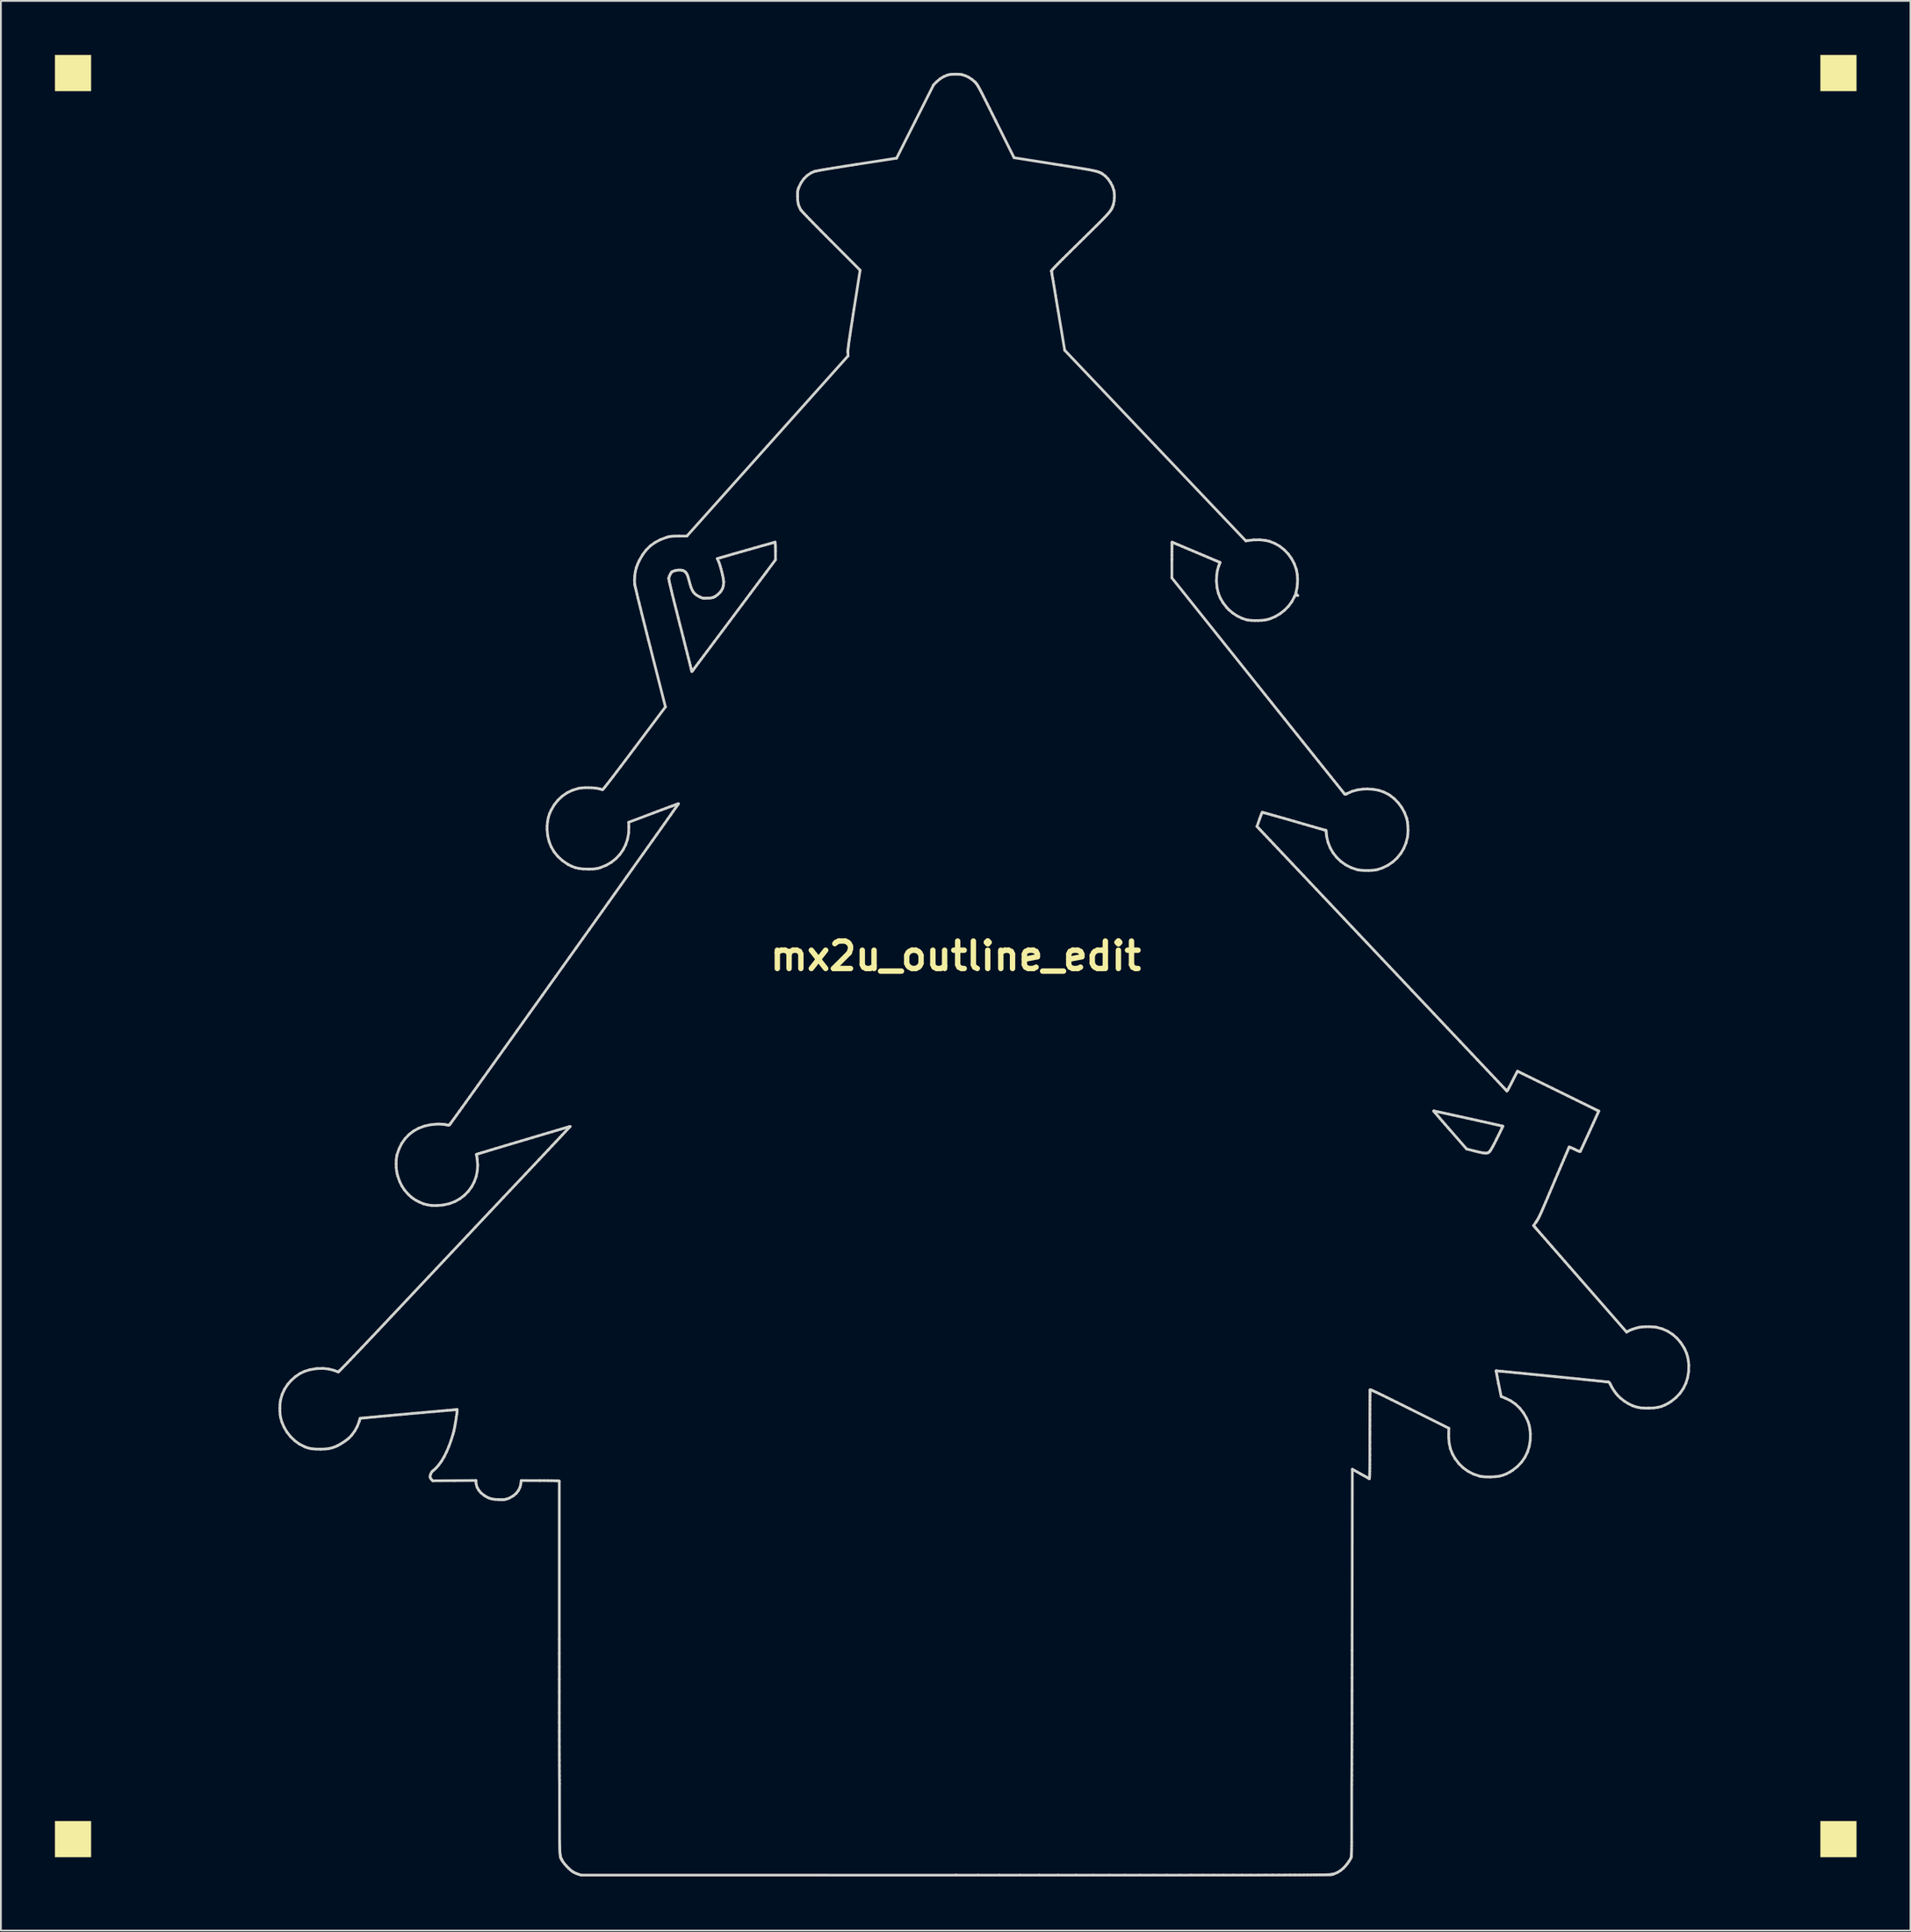
<source format=kicad_pcb>
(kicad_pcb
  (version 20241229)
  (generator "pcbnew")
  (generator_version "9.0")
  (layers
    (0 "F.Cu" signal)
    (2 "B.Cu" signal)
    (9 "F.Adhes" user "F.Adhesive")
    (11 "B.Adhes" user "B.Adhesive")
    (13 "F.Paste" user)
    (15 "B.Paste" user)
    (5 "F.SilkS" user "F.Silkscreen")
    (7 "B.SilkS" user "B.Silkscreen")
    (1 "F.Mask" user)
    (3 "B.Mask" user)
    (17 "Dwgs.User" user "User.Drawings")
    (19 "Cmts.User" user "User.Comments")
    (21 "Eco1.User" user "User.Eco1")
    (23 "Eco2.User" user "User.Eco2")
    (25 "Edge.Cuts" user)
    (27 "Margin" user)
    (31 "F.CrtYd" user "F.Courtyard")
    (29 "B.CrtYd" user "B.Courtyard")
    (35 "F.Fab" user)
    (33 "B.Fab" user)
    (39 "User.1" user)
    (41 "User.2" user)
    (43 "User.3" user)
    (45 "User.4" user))
  (footprint "mx2u_outline_edit"
    (layer "F.Cu")
    (at 50.022 50.022)
    (property "Reference" "mx2u_outline_edit" (at 0 0 0) (layer "F.SilkS") (effects (font (size 1.524 1.524) (thickness 0.3))))
    (attr through_hole)
    (fp_poly (pts (xy -48.02 -48.02) (xy -50.017 -48.02) (xy -50.017 -50.017) (xy -48.02 -50.017) (xy -48.02 -48.02)) (stroke (width 0.01) (type solid)) (fill yes) (layer "F.SilkS"))
    (fp_poly (pts (xy -48.02 50.017) (xy -50.017 50.017) (xy -50.017 48.02) (xy -48.02 48.02) (xy -48.02 50.017)) (stroke (width 0.01) (type solid)) (fill yes) (layer "F.SilkS"))
    (fp_poly (pts (xy 50.017 -48.02) (xy 48.02 -48.02) (xy 48.02 -50.017) (xy 50.017 -50.017) (xy 50.017 -48.02)) (stroke (width 0.01) (type solid)) (fill yes) (layer "F.SilkS"))
    (fp_poly (pts (xy 50.017 50.017) (xy 48.02 50.017) (xy 48.02 48.02) (xy 50.017 48.02) (xy 50.017 50.017)) (stroke (width 0.01) (type solid)) (fill yes) (layer "F.SilkS"))
    (fp_line (start -37.53 25.102) (end -37.525 24.917) (stroke (width 0.15) (type solid)) (layer "Edge.Cuts"))
    (fp_line (start -37.527 25.288) (end -37.53 25.102) (stroke (width 0.15) (type solid)) (layer "Edge.Cuts"))
    (fp_line (start -37.525 24.917) (end -37.511 24.753) (stroke (width 0.15) (type solid)) (layer "Edge.Cuts"))
    (fp_line (start -37.515 25.459) (end -37.527 25.288) (stroke (width 0.15) (type solid)) (layer "Edge.Cuts"))
    (fp_line (start -37.511 24.753) (end -37.495 24.649) (stroke (width 0.15) (type solid)) (layer "Edge.Cuts"))
    (fp_line (start -37.495 24.649) (end -37.404 24.332) (stroke (width 0.15) (type solid)) (layer "Edge.Cuts"))
    (fp_line (start -37.494 25.597) (end -37.515 25.459) (stroke (width 0.15) (type solid)) (layer "Edge.Cuts"))
    (fp_line (start -37.425 25.852) (end -37.494 25.597) (stroke (width 0.15) (type solid)) (layer "Edge.Cuts"))
    (fp_line (start -37.404 24.332) (end -37.27 24.04) (stroke (width 0.15) (type solid)) (layer "Edge.Cuts"))
    (fp_line (start -37.299 26.149) (end -37.425 25.852) (stroke (width 0.15) (type solid)) (layer "Edge.Cuts"))
    (fp_line (start -37.27 24.04) (end -37.092 23.771) (stroke (width 0.15) (type solid)) (layer "Edge.Cuts"))
    (fp_line (start -37.135 26.427) (end -37.299 26.149) (stroke (width 0.15) (type solid)) (layer "Edge.Cuts"))
    (fp_line (start -37.092 23.771) (end -36.908 23.562) (stroke (width 0.15) (type solid)) (layer "Edge.Cuts"))
    (fp_line (start -36.935 26.679) (end -37.135 26.427) (stroke (width 0.15) (type solid)) (layer "Edge.Cuts"))
    (fp_line (start -36.908 23.562) (end -36.671 23.349) (stroke (width 0.15) (type solid)) (layer "Edge.Cuts"))
    (fp_line (start -36.705 26.901) (end -36.935 26.679) (stroke (width 0.15) (type solid)) (layer "Edge.Cuts"))
    (fp_line (start -36.671 23.349) (end -36.424 23.18) (stroke (width 0.15) (type solid)) (layer "Edge.Cuts"))
    (fp_line (start -36.449 27.087) (end -36.705 26.901) (stroke (width 0.15) (type solid)) (layer "Edge.Cuts"))
    (fp_line (start -36.424 23.18) (end -36.158 23.052) (stroke (width 0.15) (type solid)) (layer "Edge.Cuts"))
    (fp_line (start -36.172 27.23) (end -36.449 27.087) (stroke (width 0.15) (type solid)) (layer "Edge.Cuts"))
    (fp_line (start -36.158 23.052) (end -35.869 22.962) (stroke (width 0.15) (type solid)) (layer "Edge.Cuts"))
    (fp_line (start -36.103 27.258) (end -36.172 27.23) (stroke (width 0.15) (type solid)) (layer "Edge.Cuts"))
    (fp_line (start -35.969 27.304) (end -36.103 27.258) (stroke (width 0.15) (type solid)) (layer "Edge.Cuts"))
    (fp_line (start -35.869 22.962) (end -35.548 22.907) (stroke (width 0.15) (type solid)) (layer "Edge.Cuts"))
    (fp_line (start -35.835 27.336) (end -35.969 27.304) (stroke (width 0.15) (type solid)) (layer "Edge.Cuts"))
    (fp_line (start -35.688 27.357) (end -35.835 27.336) (stroke (width 0.15) (type solid)) (layer "Edge.Cuts"))
    (fp_line (start -35.548 22.907) (end -35.449 22.898) (stroke (width 0.15) (type solid)) (layer "Edge.Cuts"))
    (fp_line (start -35.516 27.368) (end -35.688 27.357) (stroke (width 0.15) (type solid)) (layer "Edge.Cuts"))
    (fp_line (start -35.449 22.898) (end -35.129 22.889) (stroke (width 0.15) (type solid)) (layer "Edge.Cuts"))
    (fp_line (start -35.306 27.371) (end -35.516 27.368) (stroke (width 0.15) (type solid)) (layer "Edge.Cuts"))
    (fp_line (start -35.232 27.371) (end -35.306 27.371) (stroke (width 0.15) (type solid)) (layer "Edge.Cuts"))
    (fp_line (start -35.129 22.889) (end -34.829 22.92) (stroke (width 0.15) (type solid)) (layer "Edge.Cuts"))
    (fp_line (start -35.022 27.364) (end -35.232 27.371) (stroke (width 0.15) (type solid)) (layer "Edge.Cuts"))
    (fp_line (start -34.844 27.345) (end -35.022 27.364) (stroke (width 0.15) (type solid)) (layer "Edge.Cuts"))
    (fp_line (start -34.829 22.92) (end -34.535 22.994) (stroke (width 0.15) (type solid)) (layer "Edge.Cuts"))
    (fp_line (start -34.685 27.313) (end -34.844 27.345) (stroke (width 0.15) (type solid)) (layer "Edge.Cuts"))
    (fp_line (start -34.535 22.994) (end -34.295 23.085) (stroke (width 0.15) (type solid)) (layer "Edge.Cuts"))
    (fp_line (start -34.532 27.265) (end -34.685 27.313) (stroke (width 0.15) (type solid)) (layer "Edge.Cuts"))
    (fp_line (start -34.37 27.199) (end -34.532 27.265) (stroke (width 0.15) (type solid)) (layer "Edge.Cuts"))
    (fp_line (start -34.326 27.178) (end -34.37 27.199) (stroke (width 0.15) (type solid)) (layer "Edge.Cuts"))
    (fp_line (start -34.295 23.085) (end -34.281 23.077) (stroke (width 0.15) (type solid)) (layer "Edge.Cuts"))
    (fp_line (start -34.281 23.077) (end -34.249 23.049) (stroke (width 0.15) (type solid)) (layer "Edge.Cuts"))
    (fp_line (start -34.249 23.049) (end -34.197 23) (stroke (width 0.15) (type solid)) (layer "Edge.Cuts"))
    (fp_line (start -34.197 23) (end -34.125 22.929) (stroke (width 0.15) (type solid)) (layer "Edge.Cuts"))
    (fp_line (start -34.196 27.107) (end -34.326 27.178) (stroke (width 0.15) (type solid)) (layer "Edge.Cuts"))
    (fp_line (start -34.125 22.929) (end -34.031 22.835) (stroke (width 0.15) (type solid)) (layer "Edge.Cuts"))
    (fp_line (start -34.051 27.018) (end -34.196 27.107) (stroke (width 0.15) (type solid)) (layer "Edge.Cuts"))
    (fp_line (start -34.031 22.835) (end -33.916 22.716) (stroke (width 0.15) (type solid)) (layer "Edge.Cuts"))
    (fp_line (start -33.916 22.716) (end -33.777 22.573) (stroke (width 0.15) (type solid)) (layer "Edge.Cuts"))
    (fp_line (start -33.907 26.921) (end -34.051 27.018) (stroke (width 0.15) (type solid)) (layer "Edge.Cuts"))
    (fp_line (start -33.779 26.826) (end -33.907 26.921) (stroke (width 0.15) (type solid)) (layer "Edge.Cuts"))
    (fp_line (start -33.777 22.573) (end -33.615 22.404) (stroke (width 0.15) (type solid)) (layer "Edge.Cuts"))
    (fp_line (start -33.681 26.743) (end -33.779 26.826) (stroke (width 0.15) (type solid)) (layer "Edge.Cuts"))
    (fp_line (start -33.615 22.404) (end -33.427 22.209) (stroke (width 0.15) (type solid)) (layer "Edge.Cuts"))
    (fp_line (start -33.548 26.602) (end -33.681 26.743) (stroke (width 0.15) (type solid)) (layer "Edge.Cuts"))
    (fp_line (start -33.427 22.209) (end -33.214 21.985) (stroke (width 0.15) (type solid)) (layer "Edge.Cuts"))
    (fp_line (start -33.375 26.368) (end -33.548 26.602) (stroke (width 0.15) (type solid)) (layer "Edge.Cuts"))
    (fp_line (start -33.232 26.111) (end -33.375 26.368) (stroke (width 0.15) (type solid)) (layer "Edge.Cuts"))
    (fp_line (start -33.214 21.985) (end -32.974 21.733) (stroke (width 0.15) (type solid)) (layer "Edge.Cuts"))
    (fp_line (start -33.131 25.848) (end -33.232 26.111) (stroke (width 0.15) (type solid)) (layer "Edge.Cuts"))
    (fp_line (start -33.126 25.831) (end -33.131 25.848) (stroke (width 0.15) (type solid)) (layer "Edge.Cuts"))
    (fp_line (start -33.1 25.746) (end -33.126 25.831) (stroke (width 0.15) (type solid)) (layer "Edge.Cuts"))
    (fp_line (start -33.081 25.686) (end -33.1 25.746) (stroke (width 0.15) (type solid)) (layer "Edge.Cuts"))
    (fp_line (start -33.073 25.662) (end -33.081 25.686) (stroke (width 0.15) (type solid)) (layer "Edge.Cuts"))
    (fp_line (start -33.071 25.661) (end -33.073 25.662) (stroke (width 0.15) (type solid)) (layer "Edge.Cuts"))
    (fp_line (start -33.033 25.656) (end -33.071 25.661) (stroke (width 0.15) (type solid)) (layer "Edge.Cuts"))
    (fp_line (start -32.974 21.733) (end -32.707 21.451) (stroke (width 0.15) (type solid)) (layer "Edge.Cuts"))
    (fp_line (start -32.949 25.648) (end -33.033 25.656) (stroke (width 0.15) (type solid)) (layer "Edge.Cuts"))
    (fp_line (start -32.824 25.635) (end -32.949 25.648) (stroke (width 0.15) (type solid)) (layer "Edge.Cuts"))
    (fp_line (start -32.707 21.451) (end -32.411 21.139) (stroke (width 0.15) (type solid)) (layer "Edge.Cuts"))
    (fp_line (start -32.662 25.62) (end -32.824 25.635) (stroke (width 0.15) (type solid)) (layer "Edge.Cuts"))
    (fp_line (start -32.466 25.601) (end -32.662 25.62) (stroke (width 0.15) (type solid)) (layer "Edge.Cuts"))
    (fp_line (start -32.411 21.139) (end -32.086 20.795) (stroke (width 0.15) (type solid)) (layer "Edge.Cuts"))
    (fp_line (start -32.241 25.58) (end -32.466 25.601) (stroke (width 0.15) (type solid)) (layer "Edge.Cuts"))
    (fp_line (start -32.086 20.795) (end -31.731 20.419) (stroke (width 0.15) (type solid)) (layer "Edge.Cuts"))
    (fp_line (start -31.991 25.557) (end -32.241 25.58) (stroke (width 0.15) (type solid)) (layer "Edge.Cuts"))
    (fp_line (start -31.731 20.419) (end -31.345 20.009) (stroke (width 0.15) (type solid)) (layer "Edge.Cuts"))
    (fp_line (start -31.719 25.532) (end -31.991 25.557) (stroke (width 0.15) (type solid)) (layer "Edge.Cuts"))
    (fp_line (start -31.43 25.506) (end -31.719 25.532) (stroke (width 0.15) (type solid)) (layer "Edge.Cuts"))
    (fp_line (start -31.345 20.009) (end -30.926 19.565) (stroke (width 0.15) (type solid)) (layer "Edge.Cuts"))
    (fp_line (start -31.127 25.478) (end -31.43 25.506) (stroke (width 0.15) (type solid)) (layer "Edge.Cuts"))
    (fp_line (start -31.074 11.523) (end -31.067 11.317) (stroke (width 0.15) (type solid)) (layer "Edge.Cuts"))
    (fp_line (start -31.068 11.734) (end -31.074 11.523) (stroke (width 0.15) (type solid)) (layer "Edge.Cuts"))
    (fp_line (start -31.067 11.317) (end -31.046 11.133) (stroke (width 0.15) (type solid)) (layer "Edge.Cuts"))
    (fp_line (start -31.047 11.934) (end -31.068 11.734) (stroke (width 0.15) (type solid)) (layer "Edge.Cuts"))
    (fp_line (start -31.046 11.133) (end -31.025 11.032) (stroke (width 0.15) (type solid)) (layer "Edge.Cuts"))
    (fp_line (start -31.025 11.032) (end -30.913 10.701) (stroke (width 0.15) (type solid)) (layer "Edge.Cuts"))
    (fp_line (start -31.013 12.106) (end -31.047 11.934) (stroke (width 0.15) (type solid)) (layer "Edge.Cuts"))
    (fp_line (start -30.977 12.233) (end -31.013 12.106) (stroke (width 0.15) (type solid)) (layer "Edge.Cuts"))
    (fp_line (start -30.926 19.565) (end -30.475 19.086) (stroke (width 0.15) (type solid)) (layer "Edge.Cuts"))
    (fp_line (start -30.913 10.701) (end -30.764 10.402) (stroke (width 0.15) (type solid)) (layer "Edge.Cuts"))
    (fp_line (start -30.877 12.517) (end -30.977 12.233) (stroke (width 0.15) (type solid)) (layer "Edge.Cuts"))
    (fp_line (start -30.815 25.45) (end -31.127 25.478) (stroke (width 0.15) (type solid)) (layer "Edge.Cuts"))
    (fp_line (start -30.764 10.402) (end -30.577 10.136) (stroke (width 0.15) (type solid)) (layer "Edge.Cuts"))
    (fp_line (start -30.755 12.765) (end -30.877 12.517) (stroke (width 0.15) (type solid)) (layer "Edge.Cuts"))
    (fp_line (start -30.608 12.988) (end -30.755 12.765) (stroke (width 0.15) (type solid)) (layer "Edge.Cuts"))
    (fp_line (start -30.577 10.136) (end -30.357 9.906) (stroke (width 0.15) (type solid)) (layer "Edge.Cuts"))
    (fp_line (start -30.498 25.421) (end -30.815 25.45) (stroke (width 0.15) (type solid)) (layer "Edge.Cuts"))
    (fp_line (start -30.475 19.086) (end -30.097 18.684) (stroke (width 0.15) (type solid)) (layer "Edge.Cuts"))
    (fp_line (start -30.429 13.193) (end -30.608 12.988) (stroke (width 0.15) (type solid)) (layer "Edge.Cuts"))
    (fp_line (start -30.357 9.906) (end -30.104 9.712) (stroke (width 0.15) (type solid)) (layer "Edge.Cuts"))
    (fp_line (start -30.353 13.269) (end -30.429 13.193) (stroke (width 0.15) (type solid)) (layer "Edge.Cuts"))
    (fp_line (start -30.229 13.381) (end -30.353 13.269) (stroke (width 0.15) (type solid)) (layer "Edge.Cuts"))
    (fp_line (start -30.179 25.392) (end -30.498 25.421) (stroke (width 0.15) (type solid)) (layer "Edge.Cuts"))
    (fp_line (start -30.106 13.474) (end -30.229 13.381) (stroke (width 0.15) (type solid)) (layer "Edge.Cuts"))
    (fp_line (start -30.104 9.712) (end -29.821 9.556) (stroke (width 0.15) (type solid)) (layer "Edge.Cuts"))
    (fp_line (start -30.097 18.684) (end -29.685 18.246) (stroke (width 0.15) (type solid)) (layer "Edge.Cuts"))
    (fp_line (start -29.968 13.56) (end -30.106 13.474) (stroke (width 0.15) (type solid)) (layer "Edge.Cuts"))
    (fp_line (start -29.862 25.364) (end -30.179 25.392) (stroke (width 0.15) (type solid)) (layer "Edge.Cuts"))
    (fp_line (start -29.821 9.556) (end -29.509 9.439) (stroke (width 0.15) (type solid)) (layer "Edge.Cuts"))
    (fp_line (start -29.798 13.649) (end -29.968 13.56) (stroke (width 0.15) (type solid)) (layer "Edge.Cuts"))
    (fp_line (start -29.795 13.651) (end -29.798 13.649) (stroke (width 0.15) (type solid)) (layer "Edge.Cuts"))
    (fp_line (start -29.685 18.246) (end -29.262 17.798) (stroke (width 0.15) (type solid)) (layer "Edge.Cuts"))
    (fp_line (start -29.566 13.748) (end -29.795 13.651) (stroke (width 0.15) (type solid)) (layer "Edge.Cuts"))
    (fp_line (start -29.552 25.336) (end -29.862 25.364) (stroke (width 0.15) (type solid)) (layer "Edge.Cuts"))
    (fp_line (start -29.509 9.439) (end -29.17 9.363) (stroke (width 0.15) (type solid)) (layer "Edge.Cuts"))
    (fp_line (start -29.333 13.812) (end -29.566 13.748) (stroke (width 0.15) (type solid)) (layer "Edge.Cuts"))
    (fp_line (start -29.262 17.798) (end -28.833 17.342) (stroke (width 0.15) (type solid)) (layer "Edge.Cuts"))
    (fp_line (start -29.253 25.31) (end -29.552 25.336) (stroke (width 0.15) (type solid)) (layer "Edge.Cuts"))
    (fp_line (start -29.187 28.915) (end -29.18 28.838) (stroke (width 0.15) (type solid)) (layer "Edge.Cuts"))
    (fp_line (start -29.18 28.838) (end -29.149 28.74) (stroke (width 0.15) (type solid)) (layer "Edge.Cuts"))
    (fp_line (start -29.17 9.363) (end -28.807 9.328) (stroke (width 0.15) (type solid)) (layer "Edge.Cuts"))
    (fp_line (start -29.167 28.979) (end -29.187 28.915) (stroke (width 0.15) (type solid)) (layer "Edge.Cuts"))
    (fp_line (start -29.149 28.74) (end -29.091 28.63) (stroke (width 0.15) (type solid)) (layer "Edge.Cuts"))
    (fp_line (start -29.118 29.045) (end -29.167 28.979) (stroke (width 0.15) (type solid)) (layer "Edge.Cuts"))
    (fp_line (start -29.091 28.63) (end -29.013 28.559) (stroke (width 0.15) (type solid)) (layer "Edge.Cuts"))
    (fp_line (start -29.085 13.846) (end -29.333 13.812) (stroke (width 0.15) (type solid)) (layer "Edge.Cuts"))
    (fp_line (start -29.044 29.127) (end -29.118 29.045) (stroke (width 0.15) (type solid)) (layer "Edge.Cuts"))
    (fp_line (start -29.013 28.559) (end -28.925 28.486) (stroke (width 0.15) (type solid)) (layer "Edge.Cuts"))
    (fp_line (start -28.968 25.285) (end -29.253 25.31) (stroke (width 0.15) (type solid)) (layer "Edge.Cuts"))
    (fp_line (start -28.925 28.486) (end -28.82 28.379) (stroke (width 0.15) (type solid)) (layer "Edge.Cuts"))
    (fp_line (start -28.833 17.342) (end -28.399 16.881) (stroke (width 0.15) (type solid)) (layer "Edge.Cuts"))
    (fp_line (start -28.82 28.379) (end -28.708 28.247) (stroke (width 0.15) (type solid)) (layer "Edge.Cuts"))
    (fp_line (start -28.813 13.849) (end -29.085 13.846) (stroke (width 0.15) (type solid)) (layer "Edge.Cuts"))
    (fp_line (start -28.807 9.328) (end -28.686 9.326) (stroke (width 0.15) (type solid)) (layer "Edge.Cuts"))
    (fp_line (start -28.708 28.247) (end -28.598 28.1) (stroke (width 0.15) (type solid)) (layer "Edge.Cuts"))
    (fp_line (start -28.702 25.261) (end -28.968 25.285) (stroke (width 0.15) (type solid)) (layer "Edge.Cuts"))
    (fp_line (start -28.686 9.326) (end -28.559 9.331) (stroke (width 0.15) (type solid)) (layer "Edge.Cuts"))
    (fp_line (start -28.598 28.1) (end -28.541 28.018) (stroke (width 0.15) (type solid)) (layer "Edge.Cuts"))
    (fp_line (start -28.559 9.331) (end -28.427 9.343) (stroke (width 0.15) (type solid)) (layer "Edge.Cuts"))
    (fp_line (start -28.541 28.018) (end -28.421 27.814) (stroke (width 0.15) (type solid)) (layer "Edge.Cuts"))
    (fp_line (start -28.508 13.824) (end -28.813 13.849) (stroke (width 0.15) (type solid)) (layer "Edge.Cuts"))
    (fp_line (start -28.457 25.24) (end -28.702 25.261) (stroke (width 0.15) (type solid)) (layer "Edge.Cuts"))
    (fp_line (start -28.433 13.814) (end -28.508 13.824) (stroke (width 0.15) (type solid)) (layer "Edge.Cuts"))
    (fp_line (start -28.427 9.343) (end -28.315 9.36) (stroke (width 0.15) (type solid)) (layer "Edge.Cuts"))
    (fp_line (start -28.421 27.814) (end -28.404 27.786) (stroke (width 0.15) (type solid)) (layer "Edge.Cuts"))
    (fp_line (start -28.404 27.786) (end -28.269 27.513) (stroke (width 0.15) (type solid)) (layer "Edge.Cuts"))
    (fp_line (start -28.399 16.881) (end -27.964 16.419) (stroke (width 0.15) (type solid)) (layer "Edge.Cuts"))
    (fp_line (start -28.315 9.36) (end -28.306 9.362) (stroke (width 0.15) (type solid)) (layer "Edge.Cuts"))
    (fp_line (start -28.306 9.362) (end -28.216 9.38) (stroke (width 0.15) (type solid)) (layer "Edge.Cuts"))
    (fp_line (start -28.269 27.513) (end -28.14 27.207) (stroke (width 0.15) (type solid)) (layer "Edge.Cuts"))
    (fp_line (start -28.24 25.221) (end -28.457 25.24) (stroke (width 0.15) (type solid)) (layer "Edge.Cuts"))
    (fp_line (start -28.216 9.38) (end -28.162 9.385) (stroke (width 0.15) (type solid)) (layer "Edge.Cuts"))
    (fp_line (start -28.162 9.385) (end -28.128 9.377) (stroke (width 0.15) (type solid)) (layer "Edge.Cuts"))
    (fp_line (start -28.14 27.207) (end -28.02 26.876) (stroke (width 0.15) (type solid)) (layer "Edge.Cuts"))
    (fp_line (start -28.128 9.377) (end -28.102 9.355) (stroke (width 0.15) (type solid)) (layer "Edge.Cuts"))
    (fp_line (start -28.108 13.74) (end -28.433 13.814) (stroke (width 0.15) (type solid)) (layer "Edge.Cuts"))
    (fp_line (start -28.102 9.355) (end -28.079 9.327) (stroke (width 0.15) (type solid)) (layer "Edge.Cuts"))
    (fp_line (start -28.079 9.327) (end -28.029 9.26) (stroke (width 0.15) (type solid)) (layer "Edge.Cuts"))
    (fp_line (start -28.053 25.205) (end -28.24 25.221) (stroke (width 0.15) (type solid)) (layer "Edge.Cuts"))
    (fp_line (start -28.029 9.26) (end -27.953 9.155) (stroke (width 0.15) (type solid)) (layer "Edge.Cuts"))
    (fp_line (start -28.02 26.876) (end -27.913 26.531) (stroke (width 0.15) (type solid)) (layer "Edge.Cuts"))
    (fp_line (start -27.964 16.419) (end -27.53 15.959) (stroke (width 0.15) (type solid)) (layer "Edge.Cuts"))
    (fp_line (start -27.953 9.155) (end -27.85 9.014) (stroke (width 0.15) (type solid)) (layer "Edge.Cuts"))
    (fp_line (start -27.913 26.531) (end -27.877 26.398) (stroke (width 0.15) (type solid)) (layer "Edge.Cuts"))
    (fp_line (start -27.9 25.192) (end -28.053 25.205) (stroke (width 0.15) (type solid)) (layer "Edge.Cuts"))
    (fp_line (start -27.877 26.398) (end -27.855 26.305) (stroke (width 0.15) (type solid)) (layer "Edge.Cuts"))
    (fp_line (start -27.855 26.305) (end -27.83 26.183) (stroke (width 0.15) (type solid)) (layer "Edge.Cuts"))
    (fp_line (start -27.85 9.014) (end -27.723 8.838) (stroke (width 0.15) (type solid)) (layer "Edge.Cuts"))
    (fp_line (start -27.841 29.119) (end -29.044 29.127) (stroke (width 0.15) (type solid)) (layer "Edge.Cuts"))
    (fp_line (start -27.83 26.183) (end -27.803 26.041) (stroke (width 0.15) (type solid)) (layer "Edge.Cuts"))
    (fp_line (start -27.807 13.625) (end -28.108 13.74) (stroke (width 0.15) (type solid)) (layer "Edge.Cuts"))
    (fp_line (start -27.803 26.041) (end -27.777 25.888) (stroke (width 0.15) (type solid)) (layer "Edge.Cuts"))
    (fp_line (start -27.785 25.183) (end -27.9 25.192) (stroke (width 0.15) (type solid)) (layer "Edge.Cuts"))
    (fp_line (start -27.777 25.888) (end -27.752 25.731) (stroke (width 0.15) (type solid)) (layer "Edge.Cuts"))
    (fp_line (start -27.752 25.731) (end -27.729 25.579) (stroke (width 0.15) (type solid)) (layer "Edge.Cuts"))
    (fp_line (start -27.729 25.579) (end -27.709 25.44) (stroke (width 0.15) (type solid)) (layer "Edge.Cuts"))
    (fp_line (start -27.723 8.838) (end -27.573 8.63) (stroke (width 0.15) (type solid)) (layer "Edge.Cuts"))
    (fp_line (start -27.713 25.177) (end -27.785 25.183) (stroke (width 0.15) (type solid)) (layer "Edge.Cuts"))
    (fp_line (start -27.709 25.44) (end -27.695 25.323) (stroke (width 0.15) (type solid)) (layer "Edge.Cuts"))
    (fp_line (start -27.695 25.323) (end -27.686 25.235) (stroke (width 0.15) (type solid)) (layer "Edge.Cuts"))
    (fp_line (start -27.688 25.176) (end -27.713 25.177) (stroke (width 0.15) (type solid)) (layer "Edge.Cuts"))
    (fp_line (start -27.686 25.235) (end -27.685 25.184) (stroke (width 0.15) (type solid)) (layer "Edge.Cuts"))
    (fp_line (start -27.685 25.184) (end -27.688 25.176) (stroke (width 0.15) (type solid)) (layer "Edge.Cuts"))
    (fp_line (start -27.573 8.63) (end -27.552 8.6) (stroke (width 0.15) (type solid)) (layer "Edge.Cuts"))
    (fp_line (start -27.552 8.6) (end -27.401 8.391) (stroke (width 0.15) (type solid)) (layer "Edge.Cuts"))
    (fp_line (start -27.531 13.47) (end -27.807 13.625) (stroke (width 0.15) (type solid)) (layer "Edge.Cuts"))
    (fp_line (start -27.53 15.959) (end -27.1 15.503) (stroke (width 0.15) (type solid)) (layer "Edge.Cuts"))
    (fp_line (start -27.401 8.391) (end -27.208 8.122) (stroke (width 0.15) (type solid)) (layer "Edge.Cuts"))
    (fp_line (start -27.283 13.281) (end -27.531 13.47) (stroke (width 0.15) (type solid)) (layer "Edge.Cuts"))
    (fp_line (start -27.208 8.122) (end -26.995 7.825) (stroke (width 0.15) (type solid)) (layer "Edge.Cuts"))
    (fp_line (start -27.1 15.503) (end -26.678 15.054) (stroke (width 0.15) (type solid)) (layer "Edge.Cuts"))
    (fp_line (start -27.066 13.06) (end -27.283 13.281) (stroke (width 0.15) (type solid)) (layer "Edge.Cuts"))
    (fp_line (start -26.995 7.825) (end -26.763 7.502) (stroke (width 0.15) (type solid)) (layer "Edge.Cuts"))
    (fp_line (start -26.884 12.811) (end -27.066 13.06) (stroke (width 0.15) (type solid)) (layer "Edge.Cuts"))
    (fp_line (start -26.763 7.502) (end -26.514 7.154) (stroke (width 0.15) (type solid)) (layer "Edge.Cuts"))
    (fp_line (start -26.738 12.538) (end -26.884 12.811) (stroke (width 0.15) (type solid)) (layer "Edge.Cuts"))
    (fp_line (start -26.678 15.054) (end -26.265 14.615) (stroke (width 0.15) (type solid)) (layer "Edge.Cuts"))
    (fp_line (start -26.638 29.11) (end -27.841 29.119) (stroke (width 0.15) (type solid)) (layer "Edge.Cuts"))
    (fp_line (start -26.638 29.21) (end -26.638 29.11) (stroke (width 0.15) (type solid)) (layer "Edge.Cuts"))
    (fp_line (start -26.632 29.301) (end -26.638 29.21) (stroke (width 0.15) (type solid)) (layer "Edge.Cuts"))
    (fp_line (start -26.631 12.244) (end -26.738 12.538) (stroke (width 0.15) (type solid)) (layer "Edge.Cuts"))
    (fp_line (start -26.607 11.005) (end -26.606 11.031) (stroke (width 0.15) (type solid)) (layer "Edge.Cuts"))
    (fp_line (start -26.606 11.031) (end -26.598 11.096) (stroke (width 0.15) (type solid)) (layer "Edge.Cuts"))
    (fp_line (start -26.604 11.004) (end -26.607 11.005) (stroke (width 0.15) (type solid)) (layer "Edge.Cuts"))
    (fp_line (start -26.598 11.096) (end -26.585 11.19) (stroke (width 0.15) (type solid)) (layer "Edge.Cuts"))
    (fp_line (start -26.585 11.19) (end -26.573 11.274) (stroke (width 0.15) (type solid)) (layer "Edge.Cuts"))
    (fp_line (start -26.583 29.477) (end -26.632 29.301) (stroke (width 0.15) (type solid)) (layer "Edge.Cuts"))
    (fp_line (start -26.573 11.274) (end -26.546 11.609) (stroke (width 0.15) (type solid)) (layer "Edge.Cuts"))
    (fp_line (start -26.566 11.933) (end -26.631 12.244) (stroke (width 0.15) (type solid)) (layer "Edge.Cuts"))
    (fp_line (start -26.566 10.992) (end -26.604 11.004) (stroke (width 0.15) (type solid)) (layer "Edge.Cuts"))
    (fp_line (start -26.546 11.609) (end -26.566 11.933) (stroke (width 0.15) (type solid)) (layer "Edge.Cuts"))
    (fp_line (start -26.514 7.154) (end -26.248 6.783) (stroke (width 0.15) (type solid)) (layer "Edge.Cuts"))
    (fp_line (start -26.49 29.646) (end -26.583 29.477) (stroke (width 0.15) (type solid)) (layer "Edge.Cuts"))
    (fp_line (start -26.483 10.966) (end -26.566 10.992) (stroke (width 0.15) (type solid)) (layer "Edge.Cuts"))
    (fp_line (start -26.362 10.929) (end -26.483 10.966) (stroke (width 0.15) (type solid)) (layer "Edge.Cuts"))
    (fp_line (start -26.357 29.802) (end -26.49 29.646) (stroke (width 0.15) (type solid)) (layer "Edge.Cuts"))
    (fp_line (start -26.265 14.615) (end -25.864 14.19) (stroke (width 0.15) (type solid)) (layer "Edge.Cuts"))
    (fp_line (start -26.248 6.783) (end -25.967 6.391) (stroke (width 0.15) (type solid)) (layer "Edge.Cuts"))
    (fp_line (start -26.204 10.882) (end -26.362 10.929) (stroke (width 0.15) (type solid)) (layer "Edge.Cuts"))
    (fp_line (start -26.188 29.937) (end -26.357 29.802) (stroke (width 0.15) (type solid)) (layer "Edge.Cuts"))
    (fp_line (start -26.141 29.968) (end -26.188 29.937) (stroke (width 0.15) (type solid)) (layer "Edge.Cuts"))
    (fp_line (start -26.015 10.825) (end -26.204 10.882) (stroke (width 0.15) (type solid)) (layer "Edge.Cuts"))
    (fp_line (start -26.005 30.047) (end -26.141 29.968) (stroke (width 0.15) (type solid)) (layer "Edge.Cuts"))
    (fp_line (start -25.967 6.391) (end -25.672 5.979) (stroke (width 0.15) (type solid)) (layer "Edge.Cuts"))
    (fp_line (start -25.876 30.102) (end -26.005 30.047) (stroke (width 0.15) (type solid)) (layer "Edge.Cuts"))
    (fp_line (start -25.864 14.19) (end -25.479 13.782) (stroke (width 0.15) (type solid)) (layer "Edge.Cuts"))
    (fp_line (start -25.798 10.759) (end -26.015 10.825) (stroke (width 0.15) (type solid)) (layer "Edge.Cuts"))
    (fp_line (start -25.739 30.139) (end -25.876 30.102) (stroke (width 0.15) (type solid)) (layer "Edge.Cuts"))
    (fp_line (start -25.672 5.979) (end -25.364 5.548) (stroke (width 0.15) (type solid)) (layer "Edge.Cuts"))
    (fp_line (start -25.581 30.161) (end -25.739 30.139) (stroke (width 0.15) (type solid)) (layer "Edge.Cuts"))
    (fp_line (start -25.556 10.687) (end -25.798 10.759) (stroke (width 0.15) (type solid)) (layer "Edge.Cuts"))
    (fp_line (start -25.479 13.782) (end -25.112 13.392) (stroke (width 0.15) (type solid)) (layer "Edge.Cuts"))
    (fp_line (start -25.387 30.171) (end -25.581 30.161) (stroke (width 0.15) (type solid)) (layer "Edge.Cuts"))
    (fp_line (start -25.364 5.548) (end -25.045 5.101) (stroke (width 0.15) (type solid)) (layer "Edge.Cuts"))
    (fp_line (start -25.36 30.172) (end -25.387 30.171) (stroke (width 0.15) (type solid)) (layer "Edge.Cuts"))
    (fp_line (start -25.294 10.609) (end -25.556 10.687) (stroke (width 0.15) (type solid)) (layer "Edge.Cuts"))
    (fp_line (start -25.223 30.175) (end -25.36 30.172) (stroke (width 0.15) (type solid)) (layer "Edge.Cuts"))
    (fp_line (start -25.122 30.173) (end -25.223 30.175) (stroke (width 0.15) (type solid)) (layer "Edge.Cuts"))
    (fp_line (start -25.112 13.392) (end -24.766 13.025) (stroke (width 0.15) (type solid)) (layer "Edge.Cuts"))
    (fp_line (start -25.045 5.101) (end -24.714 4.639) (stroke (width 0.15) (type solid)) (layer "Edge.Cuts"))
    (fp_line (start -25.042 30.165) (end -25.122 30.173) (stroke (width 0.15) (type solid)) (layer "Edge.Cuts"))
    (fp_line (start -25.015 10.525) (end -25.294 10.609) (stroke (width 0.15) (type solid)) (layer "Edge.Cuts"))
    (fp_line (start -24.971 30.15) (end -25.042 30.165) (stroke (width 0.15) (type solid)) (layer "Edge.Cuts"))
    (fp_line (start -24.894 30.127) (end -24.971 30.15) (stroke (width 0.15) (type solid)) (layer "Edge.Cuts"))
    (fp_line (start -24.769 30.077) (end -24.894 30.127) (stroke (width 0.15) (type solid)) (layer "Edge.Cuts"))
    (fp_line (start -24.766 13.025) (end -24.443 12.683) (stroke (width 0.15) (type solid)) (layer "Edge.Cuts"))
    (fp_line (start -24.723 10.438) (end -25.015 10.525) (stroke (width 0.15) (type solid)) (layer "Edge.Cuts"))
    (fp_line (start -24.714 4.639) (end -24.375 4.164) (stroke (width 0.15) (type solid)) (layer "Edge.Cuts"))
    (fp_line (start -24.57 29.964) (end -24.769 30.077) (stroke (width 0.15) (type solid)) (layer "Edge.Cuts"))
    (fp_line (start -24.443 12.683) (end -24.147 12.37) (stroke (width 0.15) (type solid)) (layer "Edge.Cuts"))
    (fp_line (start -24.423 10.349) (end -24.723 10.438) (stroke (width 0.15) (type solid)) (layer "Edge.Cuts"))
    (fp_line (start -24.403 29.822) (end -24.57 29.964) (stroke (width 0.15) (type solid)) (layer "Edge.Cuts"))
    (fp_line (start -24.375 4.164) (end -24.027 3.677) (stroke (width 0.15) (type solid)) (layer "Edge.Cuts"))
    (fp_line (start -24.274 29.654) (end -24.403 29.822) (stroke (width 0.15) (type solid)) (layer "Edge.Cuts"))
    (fp_line (start -24.186 29.467) (end -24.274 29.654) (stroke (width 0.15) (type solid)) (layer "Edge.Cuts"))
    (fp_line (start -24.147 12.37) (end -23.881 12.087) (stroke (width 0.15) (type solid)) (layer "Edge.Cuts"))
    (fp_line (start -24.143 29.265) (end -24.186 29.467) (stroke (width 0.15) (type solid)) (layer "Edge.Cuts"))
    (fp_line (start -24.129 29.115) (end -24.143 29.265) (stroke (width 0.15) (type solid)) (layer "Edge.Cuts"))
    (fp_line (start -24.117 10.258) (end -24.423 10.349) (stroke (width 0.15) (type solid)) (layer "Edge.Cuts"))
    (fp_line (start -24.027 3.677) (end -23.672 3.179) (stroke (width 0.15) (type solid)) (layer "Edge.Cuts"))
    (fp_line (start -23.881 12.087) (end -23.673 11.867) (stroke (width 0.15) (type solid)) (layer "Edge.Cuts"))
    (fp_line (start -23.81 10.166) (end -24.117 10.258) (stroke (width 0.15) (type solid)) (layer "Edge.Cuts"))
    (fp_line (start -23.673 11.867) (end -23.396 11.574) (stroke (width 0.15) (type solid)) (layer "Edge.Cuts"))
    (fp_line (start -23.672 3.179) (end -23.31 2.673) (stroke (width 0.15) (type solid)) (layer "Edge.Cuts"))
    (fp_line (start -23.506 10.076) (end -23.81 10.166) (stroke (width 0.15) (type solid)) (layer "Edge.Cuts"))
    (fp_line (start -23.396 11.574) (end -23.129 11.29) (stroke (width 0.15) (type solid)) (layer "Edge.Cuts"))
    (fp_line (start -23.31 2.673) (end -22.944 2.161) (stroke (width 0.15) (type solid)) (layer "Edge.Cuts"))
    (fp_line (start -23.207 9.987) (end -23.506 10.076) (stroke (width 0.15) (type solid)) (layer "Edge.Cuts"))
    (fp_line (start -23.129 11.29) (end -22.873 11.019) (stroke (width 0.15) (type solid)) (layer "Edge.Cuts"))
    (fp_line (start -23.128 29.116) (end -24.129 29.115) (stroke (width 0.15) (type solid)) (layer "Edge.Cuts"))
    (fp_line (start -23.068 29.116) (end -23.128 29.116) (stroke (width 0.15) (type solid)) (layer "Edge.Cuts"))
    (fp_line (start -22.944 2.161) (end -22.575 1.643) (stroke (width 0.15) (type solid)) (layer "Edge.Cuts"))
    (fp_line (start -22.919 9.902) (end -23.207 9.987) (stroke (width 0.15) (type solid)) (layer "Edge.Cuts"))
    (fp_line (start -22.873 11.019) (end -22.632 10.762) (stroke (width 0.15) (type solid)) (layer "Edge.Cuts"))
    (fp_line (start -22.849 29.116) (end -23.068 29.116) (stroke (width 0.15) (type solid)) (layer "Edge.Cuts"))
    (fp_line (start -22.69 -7.04) (end -22.688 -7.216) (stroke (width 0.15) (type solid)) (layer "Edge.Cuts"))
    (fp_line (start -22.688 -7.216) (end -22.666 -7.469) (stroke (width 0.15) (type solid)) (layer "Edge.Cuts"))
    (fp_line (start -22.666 -7.469) (end -22.622 -7.694) (stroke (width 0.15) (type solid)) (layer "Edge.Cuts"))
    (fp_line (start -22.66 -6.695) (end -22.69 -7.04) (stroke (width 0.15) (type solid)) (layer "Edge.Cuts"))
    (fp_line (start -22.646 29.118) (end -22.849 29.116) (stroke (width 0.15) (type solid)) (layer "Edge.Cuts"))
    (fp_line (start -22.645 9.82) (end -22.919 9.902) (stroke (width 0.15) (type solid)) (layer "Edge.Cuts"))
    (fp_line (start -22.632 10.762) (end -22.406 10.522) (stroke (width 0.15) (type solid)) (layer "Edge.Cuts"))
    (fp_line (start -22.622 -7.694) (end -22.553 -7.908) (stroke (width 0.15) (type solid)) (layer "Edge.Cuts"))
    (fp_line (start -22.584 -6.369) (end -22.66 -6.695) (stroke (width 0.15) (type solid)) (layer "Edge.Cuts"))
    (fp_line (start -22.575 1.643) (end -22.202 1.121) (stroke (width 0.15) (type solid)) (layer "Edge.Cuts"))
    (fp_line (start -22.553 -7.908) (end -22.467 -8.1) (stroke (width 0.15) (type solid)) (layer "Edge.Cuts"))
    (fp_line (start -22.467 -8.1) (end -22.295 -8.396) (stroke (width 0.15) (type solid)) (layer "Edge.Cuts"))
    (fp_line (start -22.464 29.119) (end -22.646 29.118) (stroke (width 0.15) (type solid)) (layer "Edge.Cuts"))
    (fp_line (start -22.464 -6.065) (end -22.584 -6.369) (stroke (width 0.15) (type solid)) (layer "Edge.Cuts"))
    (fp_line (start -22.406 10.522) (end -22.198 10.301) (stroke (width 0.15) (type solid)) (layer "Edge.Cuts"))
    (fp_line (start -22.389 9.745) (end -22.645 9.82) (stroke (width 0.15) (type solid)) (layer "Edge.Cuts"))
    (fp_line (start -22.31 29.122) (end -22.464 29.119) (stroke (width 0.15) (type solid)) (layer "Edge.Cuts"))
    (fp_line (start -22.3 -5.784) (end -22.464 -6.065) (stroke (width 0.15) (type solid)) (layer "Edge.Cuts"))
    (fp_line (start -22.295 -8.396) (end -22.088 -8.656) (stroke (width 0.15) (type solid)) (layer "Edge.Cuts"))
    (fp_line (start -22.202 1.121) (end -21.829 0.597) (stroke (width 0.15) (type solid)) (layer "Edge.Cuts"))
    (fp_line (start -22.198 10.301) (end -22.01 10.101) (stroke (width 0.15) (type solid)) (layer "Edge.Cuts"))
    (fp_line (start -22.189 29.125) (end -22.31 29.122) (stroke (width 0.15) (type solid)) (layer "Edge.Cuts"))
    (fp_line (start -22.154 9.675) (end -22.389 9.745) (stroke (width 0.15) (type solid)) (layer "Edge.Cuts"))
    (fp_line (start -22.107 29.128) (end -22.189 29.125) (stroke (width 0.15) (type solid)) (layer "Edge.Cuts"))
    (fp_line (start -22.093 -5.529) (end -22.3 -5.784) (stroke (width 0.15) (type solid)) (layer "Edge.Cuts"))
    (fp_line (start -22.088 -8.656) (end -21.85 -8.878) (stroke (width 0.15) (type solid)) (layer "Edge.Cuts"))
    (fp_line (start -22.07 29.131) (end -22.107 29.128) (stroke (width 0.15) (type solid)) (layer "Edge.Cuts"))
    (fp_line (start -22.013 29.146) (end -22.07 29.131) (stroke (width 0.15) (type solid)) (layer "Edge.Cuts"))
    (fp_line (start -22.013 40.822) (end -22.013 40.162) (stroke (width 0.15) (type solid)) (layer "Edge.Cuts"))
    (fp_line (start -22.013 40.162) (end -22.013 39.457) (stroke (width 0.15) (type solid)) (layer "Edge.Cuts"))
    (fp_line (start -22.013 39.457) (end -22.013 38.704) (stroke (width 0.15) (type solid)) (layer "Edge.Cuts"))
    (fp_line (start -22.013 37.932) (end -22.013 29.146) (stroke (width 0.15) (type solid)) (layer "Edge.Cuts"))
    (fp_line (start -22.013 41.437) (end -22.013 40.822) (stroke (width 0.15) (type solid)) (layer "Edge.Cuts"))
    (fp_line (start -22.013 38.704) (end -22.013 37.932) (stroke (width 0.15) (type solid)) (layer "Edge.Cuts"))
    (fp_line (start -22.013 42.009) (end -22.013 41.437) (stroke (width 0.15) (type solid)) (layer "Edge.Cuts"))
    (fp_line (start -22.013 42.54) (end -22.013 42.009) (stroke (width 0.15) (type solid)) (layer "Edge.Cuts"))
    (fp_line (start -22.012 43.032) (end -22.013 42.54) (stroke (width 0.15) (type solid)) (layer "Edge.Cuts"))
    (fp_line (start -22.012 43.486) (end -22.012 43.032) (stroke (width 0.15) (type solid)) (layer "Edge.Cuts"))
    (fp_line (start -22.011 43.904) (end -22.012 43.486) (stroke (width 0.15) (type solid)) (layer "Edge.Cuts"))
    (fp_line (start -22.01 44.286) (end -22.011 43.904) (stroke (width 0.15) (type solid)) (layer "Edge.Cuts"))
    (fp_line (start -22.01 10.101) (end -21.845 9.924) (stroke (width 0.15) (type solid)) (layer "Edge.Cuts"))
    (fp_line (start -22.009 44.636) (end -22.01 44.286) (stroke (width 0.15) (type solid)) (layer "Edge.Cuts"))
    (fp_line (start -22.008 44.954) (end -22.009 44.636) (stroke (width 0.15) (type solid)) (layer "Edge.Cuts"))
    (fp_line (start -22.007 45.243) (end -22.008 44.954) (stroke (width 0.15) (type solid)) (layer "Edge.Cuts"))
    (fp_line (start -22.005 45.502) (end -22.007 45.243) (stroke (width 0.15) (type solid)) (layer "Edge.Cuts"))
    (fp_line (start -22.003 45.735) (end -22.005 45.502) (stroke (width 0.15) (type solid)) (layer "Edge.Cuts"))
    (fp_line (start -22 45.943) (end -22.003 45.735) (stroke (width 0.15) (type solid)) (layer "Edge.Cuts"))
    (fp_line (start -21.997 49.127) (end -22 45.943) (stroke (width 0.15) (type solid)) (layer "Edge.Cuts"))
    (fp_line (start -21.994 49.289) (end -21.997 49.127) (stroke (width 0.15) (type solid)) (layer "Edge.Cuts"))
    (fp_line (start -21.99 49.431) (end -21.994 49.289) (stroke (width 0.15) (type solid)) (layer "Edge.Cuts"))
    (fp_line (start -21.986 49.554) (end -21.99 49.431) (stroke (width 0.15) (type solid)) (layer "Edge.Cuts"))
    (fp_line (start -21.981 49.659) (end -21.986 49.554) (stroke (width 0.15) (type solid)) (layer "Edge.Cuts"))
    (fp_line (start -21.976 49.749) (end -21.981 49.659) (stroke (width 0.15) (type solid)) (layer "Edge.Cuts"))
    (fp_line (start -21.971 49.825) (end -21.976 49.749) (stroke (width 0.15) (type solid)) (layer "Edge.Cuts"))
    (fp_line (start -21.965 49.888) (end -21.971 49.825) (stroke (width 0.15) (type solid)) (layer "Edge.Cuts"))
    (fp_line (start -21.958 49.941) (end -21.965 49.888) (stroke (width 0.15) (type solid)) (layer "Edge.Cuts"))
    (fp_line (start -21.951 49.984) (end -21.958 49.941) (stroke (width 0.15) (type solid)) (layer "Edge.Cuts"))
    (fp_line (start -21.945 9.614) (end -22.154 9.675) (stroke (width 0.15) (type solid)) (layer "Edge.Cuts"))
    (fp_line (start -21.943 50.019) (end -21.951 49.984) (stroke (width 0.15) (type solid)) (layer "Edge.Cuts"))
    (fp_line (start -21.934 50.048) (end -21.943 50.019) (stroke (width 0.15) (type solid)) (layer "Edge.Cuts"))
    (fp_line (start -21.925 50.072) (end -21.934 50.048) (stroke (width 0.15) (type solid)) (layer "Edge.Cuts"))
    (fp_line (start -21.915 50.094) (end -21.925 50.072) (stroke (width 0.15) (type solid)) (layer "Edge.Cuts"))
    (fp_line (start -21.904 50.114) (end -21.915 50.094) (stroke (width 0.15) (type solid)) (layer "Edge.Cuts"))
    (fp_line (start -21.893 50.134) (end -21.904 50.114) (stroke (width 0.15) (type solid)) (layer "Edge.Cuts"))
    (fp_line (start -21.881 50.156) (end -21.893 50.134) (stroke (width 0.15) (type solid)) (layer "Edge.Cuts"))
    (fp_line (start -21.868 50.181) (end -21.881 50.156) (stroke (width 0.15) (type solid)) (layer "Edge.Cuts"))
    (fp_line (start -21.867 50.183) (end -21.868 50.181) (stroke (width 0.15) (type solid)) (layer "Edge.Cuts"))
    (fp_line (start -21.85 -8.878) (end -21.584 -9.062) (stroke (width 0.15) (type solid)) (layer "Edge.Cuts"))
    (fp_line (start -21.845 -5.302) (end -22.093 -5.529) (stroke (width 0.15) (type solid)) (layer "Edge.Cuts"))
    (fp_line (start -21.845 9.924) (end -21.703 9.772) (stroke (width 0.15) (type solid)) (layer "Edge.Cuts"))
    (fp_line (start -21.829 0.597) (end -21.455 0.073) (stroke (width 0.15) (type solid)) (layer "Edge.Cuts"))
    (fp_line (start -21.807 50.281) (end -21.867 50.183) (stroke (width 0.15) (type solid)) (layer "Edge.Cuts"))
    (fp_line (start -21.766 9.561) (end -21.945 9.614) (stroke (width 0.15) (type solid)) (layer "Edge.Cuts"))
    (fp_line (start -21.718 50.398) (end -21.807 50.281) (stroke (width 0.15) (type solid)) (layer "Edge.Cuts"))
    (fp_line (start -21.703 9.772) (end -21.587 9.648) (stroke (width 0.15) (type solid)) (layer "Edge.Cuts"))
    (fp_line (start -21.619 9.518) (end -21.766 9.561) (stroke (width 0.15) (type solid)) (layer "Edge.Cuts"))
    (fp_line (start -21.609 50.521) (end -21.718 50.398) (stroke (width 0.15) (type solid)) (layer "Edge.Cuts"))
    (fp_line (start -21.587 9.648) (end -21.5 9.553) (stroke (width 0.15) (type solid)) (layer "Edge.Cuts"))
    (fp_line (start -21.584 -9.062) (end -21.291 -9.203) (stroke (width 0.15) (type solid)) (layer "Edge.Cuts"))
    (fp_line (start -21.558 -5.105) (end -21.845 -5.302) (stroke (width 0.15) (type solid)) (layer "Edge.Cuts"))
    (fp_line (start -21.509 9.486) (end -21.619 9.518) (stroke (width 0.15) (type solid)) (layer "Edge.Cuts"))
    (fp_line (start -21.507 -5.076) (end -21.558 -5.105) (stroke (width 0.15) (type solid)) (layer "Edge.Cuts"))
    (fp_line (start -21.5 9.553) (end -21.442 9.491) (stroke (width 0.15) (type solid)) (layer "Edge.Cuts"))
    (fp_line (start -21.492 50.641) (end -21.609 50.521) (stroke (width 0.15) (type solid)) (layer "Edge.Cuts"))
    (fp_line (start -21.455 0.073) (end -21.082 -0.45) (stroke (width 0.15) (type solid)) (layer "Edge.Cuts"))
    (fp_line (start -21.442 9.491) (end -21.417 9.462) (stroke (width 0.15) (type solid)) (layer "Edge.Cuts"))
    (fp_line (start -21.44 9.466) (end -21.509 9.486) (stroke (width 0.15) (type solid)) (layer "Edge.Cuts"))
    (fp_line (start -21.417 9.462) (end -21.416 9.46) (stroke (width 0.15) (type solid)) (layer "Edge.Cuts"))
    (fp_line (start -21.416 9.46) (end -21.44 9.466) (stroke (width 0.15) (type solid)) (layer "Edge.Cuts"))
    (fp_line (start -21.377 50.745) (end -21.492 50.641) (stroke (width 0.15) (type solid)) (layer "Edge.Cuts"))
    (fp_line (start -21.313 -4.979) (end -21.507 -5.076) (stroke (width 0.15) (type solid)) (layer "Edge.Cuts"))
    (fp_line (start -21.291 -9.203) (end -20.976 -9.301) (stroke (width 0.15) (type solid)) (layer "Edge.Cuts"))
    (fp_line (start -21.275 50.821) (end -21.377 50.745) (stroke (width 0.15) (type solid)) (layer "Edge.Cuts"))
    (fp_line (start -21.204 50.862) (end -21.275 50.821) (stroke (width 0.15) (type solid)) (layer "Edge.Cuts"))
    (fp_line (start -21.12 -4.908) (end -21.313 -4.979) (stroke (width 0.15) (type solid)) (layer "Edge.Cuts"))
    (fp_line (start -21.091 50.916) (end -21.204 50.862) (stroke (width 0.15) (type solid)) (layer "Edge.Cuts"))
    (fp_line (start -21.082 -0.45) (end -20.711 -0.97) (stroke (width 0.15) (type solid)) (layer "Edge.Cuts"))
    (fp_line (start -20.98 50.959) (end -21.091 50.916) (stroke (width 0.15) (type solid)) (layer "Edge.Cuts"))
    (fp_line (start -20.976 -9.301) (end -20.89 -9.319) (stroke (width 0.15) (type solid)) (layer "Edge.Cuts"))
    (fp_line (start -20.915 -4.862) (end -21.12 -4.908) (stroke (width 0.15) (type solid)) (layer "Edge.Cuts"))
    (fp_line (start -20.89 -9.319) (end -20.752 -9.336) (stroke (width 0.15) (type solid)) (layer "Edge.Cuts"))
    (fp_line (start -20.813 51.016) (end -20.98 50.959) (stroke (width 0.15) (type solid)) (layer "Edge.Cuts"))
    (fp_line (start -20.752 -9.336) (end -20.585 -9.346) (stroke (width 0.15) (type solid)) (layer "Edge.Cuts"))
    (fp_line (start -20.711 -0.97) (end -20.343 -1.486) (stroke (width 0.15) (type solid)) (layer "Edge.Cuts"))
    (fp_line (start -20.686 -4.836) (end -20.915 -4.862) (stroke (width 0.15) (type solid)) (layer "Edge.Cuts"))
    (fp_line (start -20.585 -9.346) (end -20.401 -9.347) (stroke (width 0.15) (type solid)) (layer "Edge.Cuts"))
    (fp_line (start -20.421 -4.828) (end -20.686 -4.836) (stroke (width 0.15) (type solid)) (layer "Edge.Cuts"))
    (fp_line (start -20.401 -9.347) (end -20.214 -9.341) (stroke (width 0.15) (type solid)) (layer "Edge.Cuts"))
    (fp_line (start -20.343 -1.486) (end -19.98 -1.996) (stroke (width 0.15) (type solid)) (layer "Edge.Cuts"))
    (fp_line (start -20.327 -4.829) (end -20.421 -4.828) (stroke (width 0.15) (type solid)) (layer "Edge.Cuts"))
    (fp_line (start -20.214 -9.341) (end -20.039 -9.328) (stroke (width 0.15) (type solid)) (layer "Edge.Cuts"))
    (fp_line (start -20.17 -4.832) (end -20.327 -4.829) (stroke (width 0.15) (type solid)) (layer "Edge.Cuts"))
    (fp_line (start -20.046 -4.841) (end -20.17 -4.832) (stroke (width 0.15) (type solid)) (layer "Edge.Cuts"))
    (fp_line (start -20.039 -9.328) (end -19.89 -9.307) (stroke (width 0.15) (type solid)) (layer "Edge.Cuts"))
    (fp_line (start -19.98 -1.996) (end -19.622 -2.498) (stroke (width 0.15) (type solid)) (layer "Edge.Cuts"))
    (fp_line (start -19.944 -4.855) (end -20.046 -4.841) (stroke (width 0.15) (type solid)) (layer "Edge.Cuts"))
    (fp_line (start -19.89 -9.307) (end -19.802 -9.288) (stroke (width 0.15) (type solid)) (layer "Edge.Cuts"))
    (fp_line (start -19.852 -4.875) (end -19.944 -4.855) (stroke (width 0.15) (type solid)) (layer "Edge.Cuts"))
    (fp_line (start -19.802 -9.288) (end -19.715 -9.264) (stroke (width 0.15) (type solid)) (layer "Edge.Cuts"))
    (fp_line (start -19.728 -4.912) (end -19.852 -4.875) (stroke (width 0.15) (type solid)) (layer "Edge.Cuts"))
    (fp_line (start -19.715 -9.264) (end -19.643 -9.247) (stroke (width 0.15) (type solid)) (layer "Edge.Cuts"))
    (fp_line (start -19.643 -9.247) (end -19.608 -9.241) (stroke (width 0.15) (type solid)) (layer "Edge.Cuts"))
    (fp_line (start -19.622 -2.498) (end -19.271 -2.992) (stroke (width 0.15) (type solid)) (layer "Edge.Cuts"))
    (fp_line (start -19.608 -9.241) (end -19.585 -9.26) (stroke (width 0.15) (type solid)) (layer "Edge.Cuts"))
    (fp_line (start -19.585 -9.26) (end -19.533 -9.321) (stroke (width 0.15) (type solid)) (layer "Edge.Cuts"))
    (fp_line (start -19.533 -9.321) (end -19.451 -9.422) (stroke (width 0.15) (type solid)) (layer "Edge.Cuts"))
    (fp_line (start -19.451 -9.422) (end -19.339 -9.563) (stroke (width 0.15) (type solid)) (layer "Edge.Cuts"))
    (fp_line (start -19.414 -5.038) (end -19.728 -4.912) (stroke (width 0.15) (type solid)) (layer "Edge.Cuts"))
    (fp_line (start -19.339 -9.563) (end -19.198 -9.745) (stroke (width 0.15) (type solid)) (layer "Edge.Cuts"))
    (fp_line (start -19.271 -2.992) (end -18.928 -3.474) (stroke (width 0.15) (type solid)) (layer "Edge.Cuts"))
    (fp_line (start -19.198 -9.745) (end -19.027 -9.967) (stroke (width 0.15) (type solid)) (layer "Edge.Cuts"))
    (fp_line (start -19.128 -5.203) (end -19.414 -5.038) (stroke (width 0.15) (type solid)) (layer "Edge.Cuts"))
    (fp_line (start -19.027 -9.967) (end -18.827 -10.229) (stroke (width 0.15) (type solid)) (layer "Edge.Cuts"))
    (fp_line (start -18.928 -3.474) (end -18.593 -3.943) (stroke (width 0.15) (type solid)) (layer "Edge.Cuts"))
    (fp_line (start -18.874 -5.404) (end -19.128 -5.203) (stroke (width 0.15) (type solid)) (layer "Edge.Cuts"))
    (fp_line (start -18.827 -10.229) (end -18.598 -10.531) (stroke (width 0.15) (type solid)) (layer "Edge.Cuts"))
    (fp_line (start -18.654 -5.637) (end -18.874 -5.404) (stroke (width 0.15) (type solid)) (layer "Edge.Cuts"))
    (fp_line (start -18.598 -10.531) (end -18.34 -10.873) (stroke (width 0.15) (type solid)) (layer "Edge.Cuts"))
    (fp_line (start -18.593 -3.943) (end -18.269 -4.399) (stroke (width 0.15) (type solid)) (layer "Edge.Cuts"))
    (fp_line (start -18.47 -5.899) (end -18.654 -5.637) (stroke (width 0.15) (type solid)) (layer "Edge.Cuts"))
    (fp_line (start -18.34 -10.873) (end -18.053 -11.254) (stroke (width 0.15) (type solid)) (layer "Edge.Cuts"))
    (fp_line (start -18.326 -6.187) (end -18.47 -5.899) (stroke (width 0.15) (type solid)) (layer "Edge.Cuts"))
    (fp_line (start -18.269 -4.399) (end -17.956 -4.839) (stroke (width 0.15) (type solid)) (layer "Edge.Cuts"))
    (fp_line (start -18.222 -6.496) (end -18.326 -6.187) (stroke (width 0.15) (type solid)) (layer "Edge.Cuts"))
    (fp_line (start -18.163 -6.825) (end -18.222 -6.496) (stroke (width 0.15) (type solid)) (layer "Edge.Cuts"))
    (fp_line (start -18.159 -7.428) (end -18.151 -7.169) (stroke (width 0.15) (type solid)) (layer "Edge.Cuts"))
    (fp_line (start -18.151 -7.169) (end -18.163 -6.825) (stroke (width 0.15) (type solid)) (layer "Edge.Cuts"))
    (fp_line (start -18.053 -11.254) (end -17.842 -11.535) (stroke (width 0.15) (type solid)) (layer "Edge.Cuts"))
    (fp_line (start -17.956 -4.839) (end -17.656 -5.262) (stroke (width 0.15) (type solid)) (layer "Edge.Cuts"))
    (fp_line (start -17.842 -11.535) (end -16.119 -13.832) (stroke (width 0.15) (type solid)) (layer "Edge.Cuts"))
    (fp_line (start -17.838 -20.858) (end -17.833 -20.959) (stroke (width 0.15) (type solid)) (layer "Edge.Cuts"))
    (fp_line (start -17.833 -20.959) (end -17.826 -21.091) (stroke (width 0.15) (type solid)) (layer "Edge.Cuts"))
    (fp_line (start -17.826 -21.091) (end -17.794 -21.326) (stroke (width 0.15) (type solid)) (layer "Edge.Cuts"))
    (fp_line (start -17.826 -20.647) (end -17.838 -20.858) (stroke (width 0.15) (type solid)) (layer "Edge.Cuts"))
    (fp_line (start -17.824 -20.633) (end -17.826 -20.647) (stroke (width 0.15) (type solid)) (layer "Edge.Cuts"))
    (fp_line (start -17.81 -20.564) (end -17.824 -20.633) (stroke (width 0.15) (type solid)) (layer "Edge.Cuts"))
    (fp_line (start -17.794 -21.326) (end -17.743 -21.541) (stroke (width 0.15) (type solid)) (layer "Edge.Cuts"))
    (fp_line (start -17.784 -20.451) (end -17.81 -20.564) (stroke (width 0.15) (type solid)) (layer "Edge.Cuts"))
    (fp_line (start -17.748 -20.296) (end -17.784 -20.451) (stroke (width 0.15) (type solid)) (layer "Edge.Cuts"))
    (fp_line (start -17.743 -21.541) (end -17.741 -21.546) (stroke (width 0.15) (type solid)) (layer "Edge.Cuts"))
    (fp_line (start -17.741 -21.546) (end -17.706 -21.646) (stroke (width 0.15) (type solid)) (layer "Edge.Cuts"))
    (fp_line (start -17.706 -21.646) (end -17.655 -21.771) (stroke (width 0.15) (type solid)) (layer "Edge.Cuts"))
    (fp_line (start -17.701 -20.102) (end -17.748 -20.296) (stroke (width 0.15) (type solid)) (layer "Edge.Cuts"))
    (fp_line (start -17.656 -5.262) (end -17.369 -5.665) (stroke (width 0.15) (type solid)) (layer "Edge.Cuts"))
    (fp_line (start -17.655 -21.771) (end -17.596 -21.902) (stroke (width 0.15) (type solid)) (layer "Edge.Cuts"))
    (fp_line (start -17.646 -19.873) (end -17.701 -20.102) (stroke (width 0.15) (type solid)) (layer "Edge.Cuts"))
    (fp_line (start -17.596 -21.902) (end -17.561 -21.975) (stroke (width 0.15) (type solid)) (layer "Edge.Cuts"))
    (fp_line (start -17.582 -19.612) (end -17.646 -19.873) (stroke (width 0.15) (type solid)) (layer "Edge.Cuts"))
    (fp_line (start -17.561 -21.975) (end -17.386 -22.28) (stroke (width 0.15) (type solid)) (layer "Edge.Cuts"))
    (fp_line (start -17.51 -19.321) (end -17.582 -19.612) (stroke (width 0.15) (type solid)) (layer "Edge.Cuts"))
    (fp_line (start -17.431 -19.004) (end -17.51 -19.321) (stroke (width 0.15) (type solid)) (layer "Edge.Cuts"))
    (fp_line (start -17.386 -22.28) (end -17.187 -22.543) (stroke (width 0.15) (type solid)) (layer "Edge.Cuts"))
    (fp_line (start -17.369 -5.665) (end -17.097 -6.048) (stroke (width 0.15) (type solid)) (layer "Edge.Cuts"))
    (fp_line (start -17.346 -18.664) (end -17.431 -19.004) (stroke (width 0.15) (type solid)) (layer "Edge.Cuts"))
    (fp_line (start -17.256 -18.304) (end -17.346 -18.664) (stroke (width 0.15) (type solid)) (layer "Edge.Cuts"))
    (fp_line (start -17.187 -22.543) (end -16.96 -22.768) (stroke (width 0.15) (type solid)) (layer "Edge.Cuts"))
    (fp_line (start -17.161 -17.927) (end -17.256 -18.304) (stroke (width 0.15) (type solid)) (layer "Edge.Cuts"))
    (fp_line (start -17.097 -6.048) (end -16.84 -6.409) (stroke (width 0.15) (type solid)) (layer "Edge.Cuts"))
    (fp_line (start -17.061 -17.535) (end -17.161 -17.927) (stroke (width 0.15) (type solid)) (layer "Edge.Cuts"))
    (fp_line (start -16.96 -22.768) (end -16.701 -22.956) (stroke (width 0.15) (type solid)) (layer "Edge.Cuts"))
    (fp_line (start -16.959 -17.133) (end -17.061 -17.535) (stroke (width 0.15) (type solid)) (layer "Edge.Cuts"))
    (fp_line (start -16.84 -6.409) (end -16.601 -6.746) (stroke (width 0.15) (type solid)) (layer "Edge.Cuts"))
    (fp_line (start -16.783 -7.946) (end -18.159 -7.428) (stroke (width 0.15) (type solid)) (layer "Edge.Cuts"))
    (fp_line (start -16.701 -22.956) (end -16.406 -23.112) (stroke (width 0.15) (type solid)) (layer "Edge.Cuts"))
    (fp_line (start -16.601 -6.746) (end -16.38 -7.058) (stroke (width 0.15) (type solid)) (layer "Edge.Cuts"))
    (fp_line (start -16.567 -8.028) (end -16.783 -7.946) (stroke (width 0.15) (type solid)) (layer "Edge.Cuts"))
    (fp_line (start -16.406 -23.112) (end -16.072 -23.238) (stroke (width 0.15) (type solid)) (layer "Edge.Cuts"))
    (fp_line (start -16.38 -7.058) (end -16.178 -7.343) (stroke (width 0.15) (type solid)) (layer "Edge.Cuts"))
    (fp_line (start -16.328 -8.117) (end -16.567 -8.028) (stroke (width 0.15) (type solid)) (layer "Edge.Cuts"))
    (fp_line (start -16.178 -7.343) (end -15.997 -7.599) (stroke (width 0.15) (type solid)) (layer "Edge.Cuts"))
    (fp_line (start -16.119 -13.832) (end -16.959 -17.133) (stroke (width 0.15) (type solid)) (layer "Edge.Cuts"))
    (fp_line (start -16.108 -8.199) (end -16.328 -8.117) (stroke (width 0.15) (type solid)) (layer "Edge.Cuts"))
    (fp_line (start -16.072 -23.238) (end -16.023 -23.253) (stroke (width 0.15) (type solid)) (layer "Edge.Cuts"))
    (fp_line (start -16.023 -23.253) (end -15.947 -23.275) (stroke (width 0.15) (type solid)) (layer "Edge.Cuts"))
    (fp_line (start -15.997 -7.599) (end -15.837 -7.825) (stroke (width 0.15) (type solid)) (layer "Edge.Cuts"))
    (fp_line (start -15.947 -23.275) (end -15.872 -23.29) (stroke (width 0.15) (type solid)) (layer "Edge.Cuts"))
    (fp_line (start -15.934 -20.959) (end -15.928 -20.913) (stroke (width 0.15) (type solid)) (layer "Edge.Cuts"))
    (fp_line (start -15.934 -20.984) (end -15.934 -20.959) (stroke (width 0.15) (type solid)) (layer "Edge.Cuts"))
    (fp_line (start -15.928 -20.913) (end -15.916 -20.844) (stroke (width 0.15) (type solid)) (layer "Edge.Cuts"))
    (fp_line (start -15.923 -21.023) (end -15.934 -20.984) (stroke (width 0.15) (type solid)) (layer "Edge.Cuts"))
    (fp_line (start -15.916 -20.844) (end -15.896 -20.748) (stroke (width 0.15) (type solid)) (layer "Edge.Cuts"))
    (fp_line (start -15.91 -8.273) (end -16.108 -8.199) (stroke (width 0.15) (type solid)) (layer "Edge.Cuts"))
    (fp_line (start -15.896 -20.748) (end -15.868 -20.624) (stroke (width 0.15) (type solid)) (layer "Edge.Cuts"))
    (fp_line (start -15.89 -21.11) (end -15.923 -21.023) (stroke (width 0.15) (type solid)) (layer "Edge.Cuts"))
    (fp_line (start -15.872 -23.29) (end -15.79 -23.301) (stroke (width 0.15) (type solid)) (layer "Edge.Cuts"))
    (fp_line (start -15.868 -20.624) (end -15.832 -20.469) (stroke (width 0.15) (type solid)) (layer "Edge.Cuts"))
    (fp_line (start -15.847 -21.201) (end -15.89 -21.11) (stroke (width 0.15) (type solid)) (layer "Edge.Cuts"))
    (fp_line (start -15.837 -7.825) (end -15.701 -8.019) (stroke (width 0.15) (type solid)) (layer "Edge.Cuts"))
    (fp_line (start -15.832 -20.469) (end -15.787 -20.282) (stroke (width 0.15) (type solid)) (layer "Edge.Cuts"))
    (fp_line (start -15.803 -21.278) (end -15.847 -21.201) (stroke (width 0.15) (type solid)) (layer "Edge.Cuts"))
    (fp_line (start -15.79 -23.301) (end -15.69 -23.307) (stroke (width 0.15) (type solid)) (layer "Edge.Cuts"))
    (fp_line (start -15.787 -20.282) (end -15.732 -20.059) (stroke (width 0.15) (type solid)) (layer "Edge.Cuts"))
    (fp_line (start -15.766 -21.324) (end -15.803 -21.278) (stroke (width 0.15) (type solid)) (layer "Edge.Cuts"))
    (fp_line (start -15.738 -8.336) (end -15.91 -8.273) (stroke (width 0.15) (type solid)) (layer "Edge.Cuts"))
    (fp_line (start -15.736 -21.341) (end -15.766 -21.324) (stroke (width 0.15) (type solid)) (layer "Edge.Cuts"))
    (fp_line (start -15.732 -20.059) (end -15.668 -19.798) (stroke (width 0.15) (type solid)) (layer "Edge.Cuts"))
    (fp_line (start -15.701 -8.019) (end -15.588 -8.18) (stroke (width 0.15) (type solid)) (layer "Edge.Cuts"))
    (fp_line (start -15.69 -23.307) (end -15.56 -23.311) (stroke (width 0.15) (type solid)) (layer "Edge.Cuts"))
    (fp_line (start -15.668 -21.367) (end -15.736 -21.341) (stroke (width 0.15) (type solid)) (layer "Edge.Cuts"))
    (fp_line (start -15.668 -19.798) (end -15.592 -19.498) (stroke (width 0.15) (type solid)) (layer "Edge.Cuts"))
    (fp_line (start -15.597 -8.387) (end -15.738 -8.336) (stroke (width 0.15) (type solid)) (layer "Edge.Cuts"))
    (fp_line (start -15.592 -19.498) (end -15.506 -19.156) (stroke (width 0.15) (type solid)) (layer "Edge.Cuts"))
    (fp_line (start -15.588 -8.18) (end -15.5 -8.305) (stroke (width 0.15) (type solid)) (layer "Edge.Cuts"))
    (fp_line (start -15.583 -21.395) (end -15.668 -21.367) (stroke (width 0.15) (type solid)) (layer "Edge.Cuts"))
    (fp_line (start -15.56 -23.311) (end -15.391 -23.313) (stroke (width 0.15) (type solid)) (layer "Edge.Cuts"))
    (fp_line (start -15.544 -21.405) (end -15.583 -21.395) (stroke (width 0.15) (type solid)) (layer "Edge.Cuts"))
    (fp_line (start -15.506 -19.156) (end -15.408 -18.769) (stroke (width 0.15) (type solid)) (layer "Edge.Cuts"))
    (fp_line (start -15.5 -8.305) (end -15.439 -8.394) (stroke (width 0.15) (type solid)) (layer "Edge.Cuts"))
    (fp_line (start -15.49 -8.426) (end -15.597 -8.387) (stroke (width 0.15) (type solid)) (layer "Edge.Cuts"))
    (fp_line (start -15.439 -8.394) (end -15.405 -8.444) (stroke (width 0.15) (type solid)) (layer "Edge.Cuts"))
    (fp_line (start -15.422 -8.449) (end -15.49 -8.426) (stroke (width 0.15) (type solid)) (layer "Edge.Cuts"))
    (fp_line (start -15.408 -18.769) (end -15.305 -18.364) (stroke (width 0.15) (type solid)) (layer "Edge.Cuts"))
    (fp_line (start -15.405 -8.444) (end -15.398 -8.456) (stroke (width 0.15) (type solid)) (layer "Edge.Cuts"))
    (fp_line (start -15.398 -8.456) (end -15.422 -8.449) (stroke (width 0.15) (type solid)) (layer "Edge.Cuts"))
    (fp_line (start -15.391 -23.313) (end -15.381 -23.313) (stroke (width 0.15) (type solid)) (layer "Edge.Cuts"))
    (fp_line (start -15.391 -21.428) (end -15.544 -21.405) (stroke (width 0.15) (type solid)) (layer "Edge.Cuts"))
    (fp_line (start -15.381 -23.313) (end -14.928 -23.315) (stroke (width 0.15) (type solid)) (layer "Edge.Cuts"))
    (fp_line (start -15.305 -18.364) (end -15.216 -18.016) (stroke (width 0.15) (type solid)) (layer "Edge.Cuts"))
    (fp_line (start -15.246 -21.424) (end -15.391 -21.428) (stroke (width 0.15) (type solid)) (layer "Edge.Cuts"))
    (fp_line (start -15.216 -18.016) (end -15.131 -17.681) (stroke (width 0.15) (type solid)) (layer "Edge.Cuts"))
    (fp_line (start -15.131 -17.681) (end -15.051 -17.363) (stroke (width 0.15) (type solid)) (layer "Edge.Cuts"))
    (fp_line (start -15.122 -21.393) (end -15.246 -21.424) (stroke (width 0.15) (type solid)) (layer "Edge.Cuts"))
    (fp_line (start -15.051 -17.363) (end -14.975 -17.065) (stroke (width 0.15) (type solid)) (layer "Edge.Cuts"))
    (fp_line (start -15.031 -21.338) (end -15.122 -21.393) (stroke (width 0.15) (type solid)) (layer "Edge.Cuts"))
    (fp_line (start -14.988 -21.293) (end -15.031 -21.338) (stroke (width 0.15) (type solid)) (layer "Edge.Cuts"))
    (fp_line (start -14.975 -17.065) (end -14.906 -16.792) (stroke (width 0.15) (type solid)) (layer "Edge.Cuts"))
    (fp_line (start -14.947 -21.237) (end -14.988 -21.293) (stroke (width 0.15) (type solid)) (layer "Edge.Cuts"))
    (fp_line (start -14.928 -23.315) (end -10.453 -28.316) (stroke (width 0.15) (type solid)) (layer "Edge.Cuts"))
    (fp_line (start -14.91 -21.168) (end -14.947 -21.237) (stroke (width 0.15) (type solid)) (layer "Edge.Cuts"))
    (fp_line (start -14.906 -16.792) (end -14.843 -16.544) (stroke (width 0.15) (type solid)) (layer "Edge.Cuts"))
    (fp_line (start -14.875 -21.076) (end -14.91 -21.168) (stroke (width 0.15) (type solid)) (layer "Edge.Cuts"))
    (fp_line (start -14.843 -16.544) (end -14.788 -16.327) (stroke (width 0.15) (type solid)) (layer "Edge.Cuts"))
    (fp_line (start -14.838 -20.953) (end -14.875 -21.076) (stroke (width 0.15) (type solid)) (layer "Edge.Cuts"))
    (fp_line (start -14.794 -20.79) (end -14.838 -20.953) (stroke (width 0.15) (type solid)) (layer "Edge.Cuts"))
    (fp_line (start -14.788 -16.327) (end -14.742 -16.143) (stroke (width 0.15) (type solid)) (layer "Edge.Cuts"))
    (fp_line (start -14.754 -20.644) (end -14.794 -20.79) (stroke (width 0.15) (type solid)) (layer "Edge.Cuts"))
    (fp_line (start -14.742 -16.143) (end -14.705 -15.996) (stroke (width 0.15) (type solid)) (layer "Edge.Cuts"))
    (fp_line (start -14.705 -15.996) (end -14.679 -15.889) (stroke (width 0.15) (type solid)) (layer "Edge.Cuts"))
    (fp_line (start -14.694 -20.459) (end -14.754 -20.644) (stroke (width 0.15) (type solid)) (layer "Edge.Cuts"))
    (fp_line (start -14.679 -15.889) (end -14.663 -15.824) (stroke (width 0.15) (type solid)) (layer "Edge.Cuts"))
    (fp_line (start -14.663 -15.824) (end -14.659 -15.806) (stroke (width 0.15) (type solid)) (layer "Edge.Cuts"))
    (fp_line (start -14.659 -15.806) (end -14.646 -15.801) (stroke (width 0.15) (type solid)) (layer "Edge.Cuts"))
    (fp_line (start -14.646 -15.801) (end -14.636 -15.81) (stroke (width 0.15) (type solid)) (layer "Edge.Cuts"))
    (fp_line (start -14.636 -15.81) (end -14.618 -15.833) (stroke (width 0.15) (type solid)) (layer "Edge.Cuts"))
    (fp_line (start -14.631 -20.312) (end -14.694 -20.459) (stroke (width 0.15) (type solid)) (layer "Edge.Cuts"))
    (fp_line (start -14.618 -15.833) (end -14.572 -15.894) (stroke (width 0.15) (type solid)) (layer "Edge.Cuts"))
    (fp_line (start -14.572 -15.894) (end -14.5 -15.99) (stroke (width 0.15) (type solid)) (layer "Edge.Cuts"))
    (fp_line (start -14.559 -20.195) (end -14.631 -20.312) (stroke (width 0.15) (type solid)) (layer "Edge.Cuts"))
    (fp_line (start -14.5 -15.99) (end -14.402 -16.12) (stroke (width 0.15) (type solid)) (layer "Edge.Cuts"))
    (fp_line (start -14.474 -20.101) (end -14.559 -20.195) (stroke (width 0.15) (type solid)) (layer "Edge.Cuts"))
    (fp_line (start -14.402 -16.12) (end -14.283 -16.279) (stroke (width 0.15) (type solid)) (layer "Edge.Cuts"))
    (fp_line (start -14.37 -20.022) (end -14.474 -20.101) (stroke (width 0.15) (type solid)) (layer "Edge.Cuts"))
    (fp_line (start -14.283 -16.279) (end -14.142 -16.467) (stroke (width 0.15) (type solid)) (layer "Edge.Cuts"))
    (fp_line (start -14.242 -19.951) (end -14.37 -20.022) (stroke (width 0.15) (type solid)) (layer "Edge.Cuts"))
    (fp_line (start -14.184 -19.923) (end -14.242 -19.951) (stroke (width 0.15) (type solid)) (layer "Edge.Cuts"))
    (fp_line (start -14.142 -16.467) (end -13.982 -16.68) (stroke (width 0.15) (type solid)) (layer "Edge.Cuts"))
    (fp_line (start -14.115 -19.892) (end -14.184 -19.923) (stroke (width 0.15) (type solid)) (layer "Edge.Cuts"))
    (fp_line (start -14.055 -19.874) (end -14.115 -19.892) (stroke (width 0.15) (type solid)) (layer "Edge.Cuts"))
    (fp_line (start -13.99 -19.866) (end -14.055 -19.874) (stroke (width 0.15) (type solid)) (layer "Edge.Cuts"))
    (fp_line (start -13.982 -16.68) (end -13.805 -16.917) (stroke (width 0.15) (type solid)) (layer "Edge.Cuts"))
    (fp_line (start -13.904 -19.865) (end -13.99 -19.866) (stroke (width 0.15) (type solid)) (layer "Edge.Cuts"))
    (fp_line (start -13.805 -16.917) (end -13.613 -17.173) (stroke (width 0.15) (type solid)) (layer "Edge.Cuts"))
    (fp_line (start -13.782 -19.869) (end -13.904 -19.865) (stroke (width 0.15) (type solid)) (layer "Edge.Cuts"))
    (fp_line (start -13.667 -19.874) (end -13.782 -19.869) (stroke (width 0.15) (type solid)) (layer "Edge.Cuts"))
    (fp_line (start -13.613 -17.173) (end -13.408 -17.448) (stroke (width 0.15) (type solid)) (layer "Edge.Cuts"))
    (fp_line (start -13.573 -19.883) (end -13.667 -19.874) (stroke (width 0.15) (type solid)) (layer "Edge.Cuts"))
    (fp_line (start -13.502 -19.897) (end -13.573 -19.883) (stroke (width 0.15) (type solid)) (layer "Edge.Cuts"))
    (fp_line (start -13.441 -19.919) (end -13.502 -19.897) (stroke (width 0.15) (type solid)) (layer "Edge.Cuts"))
    (fp_line (start -13.408 -17.448) (end -13.191 -17.738) (stroke (width 0.15) (type solid)) (layer "Edge.Cuts"))
    (fp_line (start -13.374 -19.953) (end -13.441 -19.919) (stroke (width 0.15) (type solid)) (layer "Edge.Cuts"))
    (fp_line (start -13.374 -19.953) (end -13.374 -19.953) (stroke (width 0.15) (type solid)) (layer "Edge.Cuts"))
    (fp_line (start -13.287 -20.011) (end -13.374 -19.953) (stroke (width 0.15) (type solid)) (layer "Edge.Cuts"))
    (fp_line (start -13.24 -22.063) (end -13.167 -21.902) (stroke (width 0.15) (type solid)) (layer "Edge.Cuts"))
    (fp_line (start -13.191 -17.738) (end -12.965 -18.04) (stroke (width 0.15) (type solid)) (layer "Edge.Cuts"))
    (fp_line (start -13.19 -20.09) (end -13.287 -20.011) (stroke (width 0.15) (type solid)) (layer "Edge.Cuts"))
    (fp_line (start -13.167 -21.902) (end -13.126 -21.799) (stroke (width 0.15) (type solid)) (layer "Edge.Cuts"))
    (fp_line (start -13.126 -21.799) (end -13.082 -21.662) (stroke (width 0.15) (type solid)) (layer "Edge.Cuts"))
    (fp_line (start -13.103 -20.174) (end -13.19 -20.09) (stroke (width 0.15) (type solid)) (layer "Edge.Cuts"))
    (fp_line (start -13.082 -21.662) (end -13.036 -21.503) (stroke (width 0.15) (type solid)) (layer "Edge.Cuts"))
    (fp_line (start -13.071 -22.113) (end -13.24 -22.063) (stroke (width 0.15) (type solid)) (layer "Edge.Cuts"))
    (fp_line (start -13.042 -20.246) (end -13.103 -20.174) (stroke (width 0.15) (type solid)) (layer "Edge.Cuts"))
    (fp_line (start -13.037 -22.123) (end -13.071 -22.113) (stroke (width 0.15) (type solid)) (layer "Edge.Cuts"))
    (fp_line (start -13.036 -21.503) (end -12.991 -21.334) (stroke (width 0.15) (type solid)) (layer "Edge.Cuts"))
    (fp_line (start -12.991 -21.334) (end -12.951 -21.165) (stroke (width 0.15) (type solid)) (layer "Edge.Cuts"))
    (fp_line (start -12.965 -18.04) (end -12.8 -18.26) (stroke (width 0.15) (type solid)) (layer "Edge.Cuts"))
    (fp_line (start -12.951 -21.165) (end -12.918 -21.008) (stroke (width 0.15) (type solid)) (layer "Edge.Cuts"))
    (fp_line (start -12.951 -20.398) (end -13.042 -20.246) (stroke (width 0.15) (type solid)) (layer "Edge.Cuts"))
    (fp_line (start -12.918 -21.008) (end -12.895 -20.874) (stroke (width 0.15) (type solid)) (layer "Edge.Cuts"))
    (fp_line (start -12.91 -22.159) (end -13.037 -22.123) (stroke (width 0.15) (type solid)) (layer "Edge.Cuts"))
    (fp_line (start -12.899 -20.565) (end -12.951 -20.398) (stroke (width 0.15) (type solid)) (layer "Edge.Cuts"))
    (fp_line (start -12.895 -20.874) (end -12.884 -20.775) (stroke (width 0.15) (type solid)) (layer "Edge.Cuts"))
    (fp_line (start -12.884 -20.775) (end -12.884 -20.761) (stroke (width 0.15) (type solid)) (layer "Edge.Cuts"))
    (fp_line (start -12.884 -20.761) (end -12.899 -20.565) (stroke (width 0.15) (type solid)) (layer "Edge.Cuts"))
    (fp_line (start -12.8 -18.26) (end -12.557 -18.585) (stroke (width 0.15) (type solid)) (layer "Edge.Cuts"))
    (fp_line (start -12.752 -22.205) (end -12.91 -22.159) (stroke (width 0.15) (type solid)) (layer "Edge.Cuts"))
    (fp_line (start -12.568 -22.258) (end -12.752 -22.205) (stroke (width 0.15) (type solid)) (layer "Edge.Cuts"))
    (fp_line (start -12.557 -18.585) (end -12.315 -18.909) (stroke (width 0.15) (type solid)) (layer "Edge.Cuts"))
    (fp_line (start -12.363 -22.317) (end -12.568 -22.258) (stroke (width 0.15) (type solid)) (layer "Edge.Cuts"))
    (fp_line (start -12.315 -18.909) (end -12.077 -19.228) (stroke (width 0.15) (type solid)) (layer "Edge.Cuts"))
    (fp_line (start -12.142 -22.38) (end -12.363 -22.317) (stroke (width 0.15) (type solid)) (layer "Edge.Cuts"))
    (fp_line (start -12.077 -19.228) (end -11.845 -19.538) (stroke (width 0.15) (type solid)) (layer "Edge.Cuts"))
    (fp_line (start -11.909 -22.446) (end -12.142 -22.38) (stroke (width 0.15) (type solid)) (layer "Edge.Cuts"))
    (fp_line (start -11.845 -19.538) (end -11.622 -19.837) (stroke (width 0.15) (type solid)) (layer "Edge.Cuts"))
    (fp_line (start -11.67 -22.514) (end -11.909 -22.446) (stroke (width 0.15) (type solid)) (layer "Edge.Cuts"))
    (fp_line (start -11.622 -19.837) (end -11.41 -20.121) (stroke (width 0.15) (type solid)) (layer "Edge.Cuts"))
    (fp_line (start -11.43 -22.582) (end -11.67 -22.514) (stroke (width 0.15) (type solid)) (layer "Edge.Cuts"))
    (fp_line (start -11.41 -20.121) (end -11.212 -20.386) (stroke (width 0.15) (type solid)) (layer "Edge.Cuts"))
    (fp_line (start -11.212 -20.386) (end -11.03 -20.629) (stroke (width 0.15) (type solid)) (layer "Edge.Cuts"))
    (fp_line (start -11.193 -22.649) (end -11.43 -22.582) (stroke (width 0.15) (type solid)) (layer "Edge.Cuts"))
    (fp_line (start -11.03 -20.629) (end -10.868 -20.846) (stroke (width 0.15) (type solid)) (layer "Edge.Cuts"))
    (fp_line (start -10.966 -22.714) (end -11.193 -22.649) (stroke (width 0.15) (type solid)) (layer "Edge.Cuts"))
    (fp_line (start -10.868 -20.846) (end -10.727 -21.034) (stroke (width 0.15) (type solid)) (layer "Edge.Cuts"))
    (fp_line (start -10.752 -22.774) (end -10.966 -22.714) (stroke (width 0.15) (type solid)) (layer "Edge.Cuts"))
    (fp_line (start -10.727 -21.034) (end -10.611 -21.19) (stroke (width 0.15) (type solid)) (layer "Edge.Cuts"))
    (fp_line (start -10.611 -21.19) (end -10.521 -21.31) (stroke (width 0.15) (type solid)) (layer "Edge.Cuts"))
    (fp_line (start -10.556 -22.829) (end -10.752 -22.774) (stroke (width 0.15) (type solid)) (layer "Edge.Cuts"))
    (fp_line (start -10.521 -21.31) (end -10.498 -21.342) (stroke (width 0.15) (type solid)) (layer "Edge.Cuts"))
    (fp_line (start -10.498 -21.342) (end -10.008 -21.997) (stroke (width 0.15) (type solid)) (layer "Edge.Cuts"))
    (fp_line (start -10.453 -28.316) (end -5.977 -33.317) (stroke (width 0.15) (type solid)) (layer "Edge.Cuts"))
    (fp_line (start -10.385 -22.878) (end -10.556 -22.829) (stroke (width 0.15) (type solid)) (layer "Edge.Cuts"))
    (fp_line (start -10.242 -22.918) (end -10.385 -22.878) (stroke (width 0.15) (type solid)) (layer "Edge.Cuts"))
    (fp_line (start -10.132 -22.948) (end -10.242 -22.918) (stroke (width 0.15) (type solid)) (layer "Edge.Cuts"))
    (fp_line (start -10.061 -22.967) (end -10.132 -22.948) (stroke (width 0.15) (type solid)) (layer "Edge.Cuts"))
    (fp_line (start -10.034 -22.974) (end -10.061 -22.967) (stroke (width 0.15) (type solid)) (layer "Edge.Cuts"))
    (fp_line (start -10.029 -22.967) (end -10.034 -22.974) (stroke (width 0.15) (type solid)) (layer "Edge.Cuts"))
    (fp_line (start -10.02 -22.915) (end -10.029 -22.967) (stroke (width 0.15) (type solid)) (layer "Edge.Cuts"))
    (fp_line (start -10.014 -22.817) (end -10.02 -22.915) (stroke (width 0.15) (type solid)) (layer "Edge.Cuts"))
    (fp_line (start -10.01 -22.673) (end -10.014 -22.817) (stroke (width 0.15) (type solid)) (layer "Edge.Cuts"))
    (fp_line (start -10.008 -22.485) (end -10.01 -22.673) (stroke (width 0.15) (type solid)) (layer "Edge.Cuts"))
    (fp_line (start -10.008 -21.997) (end -10.008 -22.485) (stroke (width 0.15) (type solid)) (layer "Edge.Cuts"))
    (fp_line (start -8.78 -42.169) (end -8.78 -42.31) (stroke (width 0.15) (type solid)) (layer "Edge.Cuts"))
    (fp_line (start -8.78 -42.155) (end -8.78 -42.169) (stroke (width 0.15) (type solid)) (layer "Edge.Cuts"))
    (fp_line (start -8.78 -42.31) (end -8.776 -42.413) (stroke (width 0.15) (type solid)) (layer "Edge.Cuts"))
    (fp_line (start -8.776 -42.413) (end -8.767 -42.492) (stroke (width 0.15) (type solid)) (layer "Edge.Cuts"))
    (fp_line (start -8.774 -41.971) (end -8.78 -42.155) (stroke (width 0.15) (type solid)) (layer "Edge.Cuts"))
    (fp_line (start -8.767 -42.492) (end -8.752 -42.559) (stroke (width 0.15) (type solid)) (layer "Edge.Cuts"))
    (fp_line (start -8.757 -41.821) (end -8.774 -41.971) (stroke (width 0.15) (type solid)) (layer "Edge.Cuts"))
    (fp_line (start -8.752 -42.559) (end -8.729 -42.629) (stroke (width 0.15) (type solid)) (layer "Edge.Cuts"))
    (fp_line (start -8.729 -42.629) (end -8.715 -42.665) (stroke (width 0.15) (type solid)) (layer "Edge.Cuts"))
    (fp_line (start -8.725 -41.69) (end -8.757 -41.821) (stroke (width 0.15) (type solid)) (layer "Edge.Cuts"))
    (fp_line (start -8.715 -42.665) (end -8.587 -42.928) (stroke (width 0.15) (type solid)) (layer "Edge.Cuts"))
    (fp_line (start -8.675 -41.563) (end -8.725 -41.69) (stroke (width 0.15) (type solid)) (layer "Edge.Cuts"))
    (fp_line (start -8.603 -41.426) (end -8.675 -41.563) (stroke (width 0.15) (type solid)) (layer "Edge.Cuts"))
    (fp_line (start -8.602 -41.424) (end -8.603 -41.426) (stroke (width 0.15) (type solid)) (layer "Edge.Cuts"))
    (fp_line (start -8.587 -42.928) (end -8.431 -43.15) (stroke (width 0.15) (type solid)) (layer "Edge.Cuts"))
    (fp_line (start -8.569 -41.383) (end -8.602 -41.424) (stroke (width 0.15) (type solid)) (layer "Edge.Cuts"))
    (fp_line (start -8.503 -41.308) (end -8.569 -41.383) (stroke (width 0.15) (type solid)) (layer "Edge.Cuts"))
    (fp_line (start -8.431 -43.15) (end -8.244 -43.332) (stroke (width 0.15) (type solid)) (layer "Edge.Cuts"))
    (fp_line (start -8.404 -41.202) (end -8.503 -41.308) (stroke (width 0.15) (type solid)) (layer "Edge.Cuts"))
    (fp_line (start -8.273 -41.065) (end -8.404 -41.202) (stroke (width 0.15) (type solid)) (layer "Edge.Cuts"))
    (fp_line (start -8.244 -43.332) (end -8.026 -43.475) (stroke (width 0.15) (type solid)) (layer "Edge.Cuts"))
    (fp_line (start -8.113 -40.898) (end -8.273 -41.065) (stroke (width 0.15) (type solid)) (layer "Edge.Cuts"))
    (fp_line (start -8.026 -43.475) (end -7.861 -43.55) (stroke (width 0.15) (type solid)) (layer "Edge.Cuts"))
    (fp_line (start -7.925 -40.705) (end -8.113 -40.898) (stroke (width 0.15) (type solid)) (layer "Edge.Cuts"))
    (fp_line (start -7.861 -43.55) (end -7.809 -43.564) (stroke (width 0.15) (type solid)) (layer "Edge.Cuts"))
    (fp_line (start -7.809 -43.564) (end -7.711 -43.585) (stroke (width 0.15) (type solid)) (layer "Edge.Cuts"))
    (fp_line (start -7.711 -43.585) (end -7.568 -43.613) (stroke (width 0.15) (type solid)) (layer "Edge.Cuts"))
    (fp_line (start -7.71 -40.486) (end -7.925 -40.705) (stroke (width 0.15) (type solid)) (layer "Edge.Cuts"))
    (fp_line (start -7.568 -43.613) (end -7.378 -43.646) (stroke (width 0.15) (type solid)) (layer "Edge.Cuts"))
    (fp_line (start -7.47 -40.243) (end -7.71 -40.486) (stroke (width 0.15) (type solid)) (layer "Edge.Cuts"))
    (fp_line (start -7.378 -43.646) (end -7.141 -43.686) (stroke (width 0.15) (type solid)) (layer "Edge.Cuts"))
    (fp_line (start -7.207 -39.978) (end -7.47 -40.243) (stroke (width 0.15) (type solid)) (layer "Edge.Cuts"))
    (fp_line (start -7.141 -43.686) (end -6.857 -43.733) (stroke (width 0.15) (type solid)) (layer "Edge.Cuts"))
    (fp_line (start -6.922 -39.692) (end -7.207 -39.978) (stroke (width 0.15) (type solid)) (layer "Edge.Cuts"))
    (fp_line (start -6.857 -43.733) (end -6.525 -43.787) (stroke (width 0.15) (type solid)) (layer "Edge.Cuts"))
    (fp_line (start -6.525 -43.787) (end -6.145 -43.847) (stroke (width 0.15) (type solid)) (layer "Edge.Cuts"))
    (fp_line (start -6.145 -43.847) (end -5.715 -43.915) (stroke (width 0.15) (type solid)) (layer "Edge.Cuts"))
    (fp_line (start -5.986 -33.568) (end -5.983 -33.626) (stroke (width 0.15) (type solid)) (layer "Edge.Cuts"))
    (fp_line (start -5.985 -33.522) (end -5.986 -33.568) (stroke (width 0.15) (type solid)) (layer "Edge.Cuts"))
    (fp_line (start -5.983 -33.626) (end -5.977 -33.701) (stroke (width 0.15) (type solid)) (layer "Edge.Cuts"))
    (fp_line (start -5.977 -33.317) (end -5.985 -33.522) (stroke (width 0.15) (type solid)) (layer "Edge.Cuts"))
    (fp_line (start -5.977 -33.701) (end -5.966 -33.796) (stroke (width 0.15) (type solid)) (layer "Edge.Cuts"))
    (fp_line (start -5.966 -33.796) (end -5.952 -33.914) (stroke (width 0.15) (type solid)) (layer "Edge.Cuts"))
    (fp_line (start -5.952 -33.914) (end -5.933 -34.057) (stroke (width 0.15) (type solid)) (layer "Edge.Cuts"))
    (fp_line (start -5.933 -34.057) (end -5.908 -34.229) (stroke (width 0.15) (type solid)) (layer "Edge.Cuts"))
    (fp_line (start -5.908 -34.229) (end -5.878 -34.434) (stroke (width 0.15) (type solid)) (layer "Edge.Cuts"))
    (fp_line (start -5.878 -34.434) (end -5.842 -34.674) (stroke (width 0.15) (type solid)) (layer "Edge.Cuts"))
    (fp_line (start -5.842 -34.674) (end -5.799 -34.952) (stroke (width 0.15) (type solid)) (layer "Edge.Cuts"))
    (fp_line (start -5.799 -34.952) (end -5.749 -35.272) (stroke (width 0.15) (type solid)) (layer "Edge.Cuts"))
    (fp_line (start -5.749 -35.272) (end -5.692 -35.636) (stroke (width 0.15) (type solid)) (layer "Edge.Cuts"))
    (fp_line (start -5.715 -43.915) (end -5.502 -43.948) (stroke (width 0.15) (type solid)) (layer "Edge.Cuts"))
    (fp_line (start -5.692 -35.636) (end -5.651 -35.901) (stroke (width 0.15) (type solid)) (layer "Edge.Cuts"))
    (fp_line (start -5.651 -35.901) (end -5.308 -38.074) (stroke (width 0.15) (type solid)) (layer "Edge.Cuts"))
    (fp_line (start -5.502 -43.948) (end -3.282 -44.292) (stroke (width 0.15) (type solid)) (layer "Edge.Cuts"))
    (fp_line (start -5.308 -38.074) (end -6.922 -39.692) (stroke (width 0.15) (type solid)) (layer "Edge.Cuts"))
    (fp_line (start -3.282 -44.292) (end -2.256 -46.327) (stroke (width 0.15) (type solid)) (layer "Edge.Cuts"))
    (fp_line (start -2.256 -46.327) (end -1.229 -48.361) (stroke (width 0.15) (type solid)) (layer "Edge.Cuts"))
    (fp_line (start -1.229 -48.361) (end -1.051 -48.54) (stroke (width 0.15) (type solid)) (layer "Edge.Cuts"))
    (fp_line (start -1.051 -48.54) (end -0.871 -48.694) (stroke (width 0.15) (type solid)) (layer "Edge.Cuts"))
    (fp_line (start -0.871 -48.694) (end -0.671 -48.816) (stroke (width 0.15) (type solid)) (layer "Edge.Cuts"))
    (fp_line (start -0.671 -48.816) (end -0.463 -48.902) (stroke (width 0.15) (type solid)) (layer "Edge.Cuts"))
    (fp_line (start -0.463 -48.902) (end -0.349 -48.931) (stroke (width 0.15) (type solid)) (layer "Edge.Cuts"))
    (fp_line (start -0.349 -48.931) (end -0.225 -48.946) (stroke (width 0.15) (type solid)) (layer "Edge.Cuts"))
    (fp_line (start -0.225 -48.946) (end -0.073 -48.953) (stroke (width 0.15) (type solid)) (layer "Edge.Cuts"))
    (fp_line (start -0.073 -48.953) (end 0.087 -48.953) (stroke (width 0.15) (type solid)) (layer "Edge.Cuts"))
    (fp_line (start -0.013 51.018) (end -20.813 51.016) (stroke (width 0.15) (type solid)) (layer "Edge.Cuts"))
    (fp_line (start 0.019 51.018) (end -0.013 51.018) (stroke (width 0.15) (type solid)) (layer "Edge.Cuts"))
    (fp_line (start 0.087 -48.953) (end 0.237 -48.944) (stroke (width 0.15) (type solid)) (layer "Edge.Cuts"))
    (fp_line (start 0.237 -48.944) (end 0.356 -48.927) (stroke (width 0.15) (type solid)) (layer "Edge.Cuts"))
    (fp_line (start 0.356 -48.927) (end 0.357 -48.927) (stroke (width 0.15) (type solid)) (layer "Edge.Cuts"))
    (fp_line (start 0.357 -48.927) (end 0.537 -48.87) (stroke (width 0.15) (type solid)) (layer "Edge.Cuts"))
    (fp_line (start 0.537 -48.87) (end 0.726 -48.778) (stroke (width 0.15) (type solid)) (layer "Edge.Cuts"))
    (fp_line (start 0.726 -48.778) (end 0.906 -48.66) (stroke (width 0.15) (type solid)) (layer "Edge.Cuts"))
    (fp_line (start 0.906 -48.66) (end 1.061 -48.527) (stroke (width 0.15) (type solid)) (layer "Edge.Cuts"))
    (fp_line (start 1.061 -48.527) (end 1.061 -48.527) (stroke (width 0.15) (type solid)) (layer "Edge.Cuts"))
    (fp_line (start 1.061 -48.527) (end 1.09 -48.498) (stroke (width 0.15) (type solid)) (layer "Edge.Cuts"))
    (fp_line (start 1.09 -48.498) (end 1.117 -48.469) (stroke (width 0.15) (type solid)) (layer "Edge.Cuts"))
    (fp_line (start 1.117 -48.469) (end 1.143 -48.437) (stroke (width 0.15) (type solid)) (layer "Edge.Cuts"))
    (fp_line (start 1.143 -48.437) (end 1.171 -48.4) (stroke (width 0.15) (type solid)) (layer "Edge.Cuts"))
    (fp_line (start 1.171 -48.4) (end 1.202 -48.354) (stroke (width 0.15) (type solid)) (layer "Edge.Cuts"))
    (fp_line (start 1.202 -48.354) (end 1.238 -48.296) (stroke (width 0.15) (type solid)) (layer "Edge.Cuts"))
    (fp_line (start 1.238 -48.296) (end 1.279 -48.223) (stroke (width 0.15) (type solid)) (layer "Edge.Cuts"))
    (fp_line (start 1.248 51.018) (end 0.019 51.018) (stroke (width 0.15) (type solid)) (layer "Edge.Cuts"))
    (fp_line (start 1.279 -48.223) (end 1.328 -48.133) (stroke (width 0.15) (type solid)) (layer "Edge.Cuts"))
    (fp_line (start 1.328 -48.133) (end 1.387 -48.022) (stroke (width 0.15) (type solid)) (layer "Edge.Cuts"))
    (fp_line (start 1.387 -48.022) (end 1.457 -47.888) (stroke (width 0.15) (type solid)) (layer "Edge.Cuts"))
    (fp_line (start 1.457 -47.888) (end 1.539 -47.726) (stroke (width 0.15) (type solid)) (layer "Edge.Cuts"))
    (fp_line (start 1.539 -47.726) (end 1.635 -47.536) (stroke (width 0.15) (type solid)) (layer "Edge.Cuts"))
    (fp_line (start 1.635 -47.536) (end 1.748 -47.312) (stroke (width 0.15) (type solid)) (layer "Edge.Cuts"))
    (fp_line (start 1.748 -47.312) (end 1.877 -47.053) (stroke (width 0.15) (type solid)) (layer "Edge.Cuts"))
    (fp_line (start 1.877 -47.053) (end 2.026 -46.755) (stroke (width 0.15) (type solid)) (layer "Edge.Cuts"))
    (fp_line (start 2.026 -46.755) (end 2.195 -46.416) (stroke (width 0.15) (type solid)) (layer "Edge.Cuts"))
    (fp_line (start 2.195 -46.416) (end 2.233 -46.338) (stroke (width 0.15) (type solid)) (layer "Edge.Cuts"))
    (fp_line (start 2.233 -46.338) (end 3.241 -44.316) (stroke (width 0.15) (type solid)) (layer "Edge.Cuts"))
    (fp_line (start 2.429 51.018) (end 1.248 51.018) (stroke (width 0.15) (type solid)) (layer "Edge.Cuts"))
    (fp_line (start 3.241 -44.316) (end 5.468 -43.965) (stroke (width 0.15) (type solid)) (layer "Edge.Cuts"))
    (fp_line (start 3.56 51.018) (end 2.429 51.018) (stroke (width 0.15) (type solid)) (layer "Edge.Cuts"))
    (fp_line (start 4.644 51.018) (end 3.56 51.018) (stroke (width 0.15) (type solid)) (layer "Edge.Cuts"))
    (fp_line (start 5.317 -38.024) (end 5.322 -37.992) (stroke (width 0.15) (type solid)) (layer "Edge.Cuts"))
    (fp_line (start 5.317 -38.029) (end 5.317 -38.024) (stroke (width 0.15) (type solid)) (layer "Edge.Cuts"))
    (fp_line (start 5.322 -37.992) (end 5.336 -37.914) (stroke (width 0.15) (type solid)) (layer "Edge.Cuts"))
    (fp_line (start 5.327 -38.049) (end 5.317 -38.029) (stroke (width 0.15) (type solid)) (layer "Edge.Cuts"))
    (fp_line (start 5.336 -37.914) (end 5.356 -37.793) (stroke (width 0.15) (type solid)) (layer "Edge.Cuts"))
    (fp_line (start 5.353 -38.085) (end 5.327 -38.049) (stroke (width 0.15) (type solid)) (layer "Edge.Cuts"))
    (fp_line (start 5.356 -37.793) (end 5.383 -37.634) (stroke (width 0.15) (type solid)) (layer "Edge.Cuts"))
    (fp_line (start 5.383 -37.634) (end 5.416 -37.439) (stroke (width 0.15) (type solid)) (layer "Edge.Cuts"))
    (fp_line (start 5.398 -38.136) (end 5.353 -38.085) (stroke (width 0.15) (type solid)) (layer "Edge.Cuts"))
    (fp_line (start 5.416 -37.439) (end 5.454 -37.213) (stroke (width 0.15) (type solid)) (layer "Edge.Cuts"))
    (fp_line (start 5.454 -37.213) (end 5.497 -36.959) (stroke (width 0.15) (type solid)) (layer "Edge.Cuts"))
    (fp_line (start 5.461 -38.206) (end 5.398 -38.136) (stroke (width 0.15) (type solid)) (layer "Edge.Cuts"))
    (fp_line (start 5.468 -43.965) (end 5.869 -43.902) (stroke (width 0.15) (type solid)) (layer "Edge.Cuts"))
    (fp_line (start 5.497 -36.959) (end 5.543 -36.682) (stroke (width 0.15) (type solid)) (layer "Edge.Cuts"))
    (fp_line (start 5.543 -36.682) (end 5.593 -36.383) (stroke (width 0.15) (type solid)) (layer "Edge.Cuts"))
    (fp_line (start 5.547 -38.296) (end 5.461 -38.206) (stroke (width 0.15) (type solid)) (layer "Edge.Cuts"))
    (fp_line (start 5.593 -36.383) (end 5.646 -36.069) (stroke (width 0.15) (type solid)) (layer "Edge.Cuts"))
    (fp_line (start 5.646 -36.069) (end 5.691 -35.801) (stroke (width 0.15) (type solid)) (layer "Edge.Cuts"))
    (fp_line (start 5.656 -38.408) (end 5.547 -38.296) (stroke (width 0.15) (type solid)) (layer "Edge.Cuts"))
    (fp_line (start 5.682 51.018) (end 4.644 51.018) (stroke (width 0.15) (type solid)) (layer "Edge.Cuts"))
    (fp_line (start 5.691 -35.801) (end 6.053 -33.629) (stroke (width 0.15) (type solid)) (layer "Edge.Cuts"))
    (fp_line (start 5.79 -38.544) (end 5.656 -38.408) (stroke (width 0.15) (type solid)) (layer "Edge.Cuts"))
    (fp_line (start 5.869 -43.902) (end 6.223 -43.846) (stroke (width 0.15) (type solid)) (layer "Edge.Cuts"))
    (fp_line (start 5.952 -38.705) (end 5.79 -38.544) (stroke (width 0.15) (type solid)) (layer "Edge.Cuts"))
    (fp_line (start 6.053 -33.629) (end 11.082 -28.338) (stroke (width 0.15) (type solid)) (layer "Edge.Cuts"))
    (fp_line (start 6.142 -38.894) (end 5.952 -38.705) (stroke (width 0.15) (type solid)) (layer "Edge.Cuts"))
    (fp_line (start 6.223 -43.846) (end 6.534 -43.796) (stroke (width 0.15) (type solid)) (layer "Edge.Cuts"))
    (fp_line (start 6.363 -39.113) (end 6.142 -38.894) (stroke (width 0.15) (type solid)) (layer "Edge.Cuts"))
    (fp_line (start 6.534 -43.796) (end 6.805 -43.753) (stroke (width 0.15) (type solid)) (layer "Edge.Cuts"))
    (fp_line (start 6.617 -39.363) (end 6.363 -39.113) (stroke (width 0.15) (type solid)) (layer "Edge.Cuts"))
    (fp_line (start 6.675 51.018) (end 5.682 51.018) (stroke (width 0.15) (type solid)) (layer "Edge.Cuts"))
    (fp_line (start 6.805 -43.753) (end 7.039 -43.714) (stroke (width 0.15) (type solid)) (layer "Edge.Cuts"))
    (fp_line (start 6.905 -39.646) (end 6.617 -39.363) (stroke (width 0.15) (type solid)) (layer "Edge.Cuts"))
    (fp_line (start 7.039 -43.714) (end 7.24 -43.679) (stroke (width 0.15) (type solid)) (layer "Edge.Cuts"))
    (fp_line (start 7.124 -39.861) (end 6.905 -39.646) (stroke (width 0.15) (type solid)) (layer "Edge.Cuts"))
    (fp_line (start 7.24 -43.679) (end 7.41 -43.649) (stroke (width 0.15) (type solid)) (layer "Edge.Cuts"))
    (fp_line (start 7.386 -40.119) (end 7.124 -39.861) (stroke (width 0.15) (type solid)) (layer "Edge.Cuts"))
    (fp_line (start 7.41 -43.649) (end 7.553 -43.621) (stroke (width 0.15) (type solid)) (layer "Edge.Cuts"))
    (fp_line (start 7.553 -43.621) (end 7.673 -43.596) (stroke (width 0.15) (type solid)) (layer "Edge.Cuts"))
    (fp_line (start 7.617 -40.347) (end 7.386 -40.119) (stroke (width 0.15) (type solid)) (layer "Edge.Cuts"))
    (fp_line (start 7.623 51.018) (end 6.675 51.018) (stroke (width 0.15) (type solid)) (layer "Edge.Cuts"))
    (fp_line (start 7.673 -43.596) (end 7.773 -43.573) (stroke (width 0.15) (type solid)) (layer "Edge.Cuts"))
    (fp_line (start 7.773 -43.573) (end 7.855 -43.55) (stroke (width 0.15) (type solid)) (layer "Edge.Cuts"))
    (fp_line (start 7.818 -40.546) (end 7.617 -40.347) (stroke (width 0.15) (type solid)) (layer "Edge.Cuts"))
    (fp_line (start 7.855 -43.55) (end 7.924 -43.529) (stroke (width 0.15) (type solid)) (layer "Edge.Cuts"))
    (fp_line (start 7.924 -43.529) (end 7.982 -43.507) (stroke (width 0.15) (type solid)) (layer "Edge.Cuts"))
    (fp_line (start 7.982 -43.507) (end 8.033 -43.484) (stroke (width 0.15) (type solid)) (layer "Edge.Cuts"))
    (fp_line (start 7.992 -40.719) (end 7.818 -40.546) (stroke (width 0.15) (type solid)) (layer "Edge.Cuts"))
    (fp_line (start 8.033 -43.484) (end 8.081 -43.46) (stroke (width 0.15) (type solid)) (layer "Edge.Cuts"))
    (fp_line (start 8.081 -43.46) (end 8.127 -43.433) (stroke (width 0.15) (type solid)) (layer "Edge.Cuts"))
    (fp_line (start 8.127 -43.433) (end 8.128 -43.432) (stroke (width 0.15) (type solid)) (layer "Edge.Cuts"))
    (fp_line (start 8.128 -43.432) (end 8.3 -43.307) (stroke (width 0.15) (type solid)) (layer "Edge.Cuts"))
    (fp_line (start 8.14 -40.869) (end 7.992 -40.719) (stroke (width 0.15) (type solid)) (layer "Edge.Cuts"))
    (fp_line (start 8.265 -40.998) (end 8.14 -40.869) (stroke (width 0.15) (type solid)) (layer "Edge.Cuts"))
    (fp_line (start 8.3 -43.307) (end 8.458 -43.141) (stroke (width 0.15) (type solid)) (layer "Edge.Cuts"))
    (fp_line (start 8.369 -41.109) (end 8.265 -40.998) (stroke (width 0.15) (type solid)) (layer "Edge.Cuts"))
    (fp_line (start 8.455 -41.204) (end 8.369 -41.109) (stroke (width 0.15) (type solid)) (layer "Edge.Cuts"))
    (fp_line (start 8.458 -43.141) (end 8.595 -42.946) (stroke (width 0.15) (type solid)) (layer "Edge.Cuts"))
    (fp_line (start 8.524 -41.285) (end 8.455 -41.204) (stroke (width 0.15) (type solid)) (layer "Edge.Cuts"))
    (fp_line (start 8.527 51.018) (end 7.623 51.018) (stroke (width 0.15) (type solid)) (layer "Edge.Cuts"))
    (fp_line (start 8.58 -41.357) (end 8.524 -41.285) (stroke (width 0.15) (type solid)) (layer "Edge.Cuts"))
    (fp_line (start 8.595 -42.946) (end 8.706 -42.733) (stroke (width 0.15) (type solid)) (layer "Edge.Cuts"))
    (fp_line (start 8.624 -41.42) (end 8.58 -41.357) (stroke (width 0.15) (type solid)) (layer "Edge.Cuts"))
    (fp_line (start 8.658 -41.477) (end 8.624 -41.42) (stroke (width 0.15) (type solid)) (layer "Edge.Cuts"))
    (fp_line (start 8.686 -41.531) (end 8.658 -41.477) (stroke (width 0.15) (type solid)) (layer "Edge.Cuts"))
    (fp_line (start 8.706 -42.733) (end 8.781 -42.51) (stroke (width 0.15) (type solid)) (layer "Edge.Cuts"))
    (fp_line (start 8.708 -41.585) (end 8.686 -41.531) (stroke (width 0.15) (type solid)) (layer "Edge.Cuts"))
    (fp_line (start 8.728 -41.641) (end 8.708 -41.585) (stroke (width 0.15) (type solid)) (layer "Edge.Cuts"))
    (fp_line (start 8.748 -41.701) (end 8.728 -41.641) (stroke (width 0.15) (type solid)) (layer "Edge.Cuts"))
    (fp_line (start 8.753 -41.717) (end 8.748 -41.701) (stroke (width 0.15) (type solid)) (layer "Edge.Cuts"))
    (fp_line (start 8.781 -42.51) (end 8.785 -42.494) (stroke (width 0.15) (type solid)) (layer "Edge.Cuts"))
    (fp_line (start 8.785 -42.494) (end 8.811 -42.314) (stroke (width 0.15) (type solid)) (layer "Edge.Cuts"))
    (fp_line (start 8.794 -41.904) (end 8.753 -41.717) (stroke (width 0.15) (type solid)) (layer "Edge.Cuts"))
    (fp_line (start 8.811 -42.314) (end 8.814 -42.11) (stroke (width 0.15) (type solid)) (layer "Edge.Cuts"))
    (fp_line (start 8.814 -42.11) (end 8.794 -41.904) (stroke (width 0.15) (type solid)) (layer "Edge.Cuts"))
    (fp_line (start 9.39 51.018) (end 8.527 51.018) (stroke (width 0.15) (type solid)) (layer "Edge.Cuts"))
    (fp_line (start 10.211 51.018) (end 9.39 51.018) (stroke (width 0.15) (type solid)) (layer "Edge.Cuts"))
    (fp_line (start 10.992 51.018) (end 10.211 51.018) (stroke (width 0.15) (type solid)) (layer "Edge.Cuts"))
    (fp_line (start 11.082 -28.338) (end 16.112 -23.046) (stroke (width 0.15) (type solid)) (layer "Edge.Cuts"))
    (fp_line (start 11.733 51.018) (end 10.992 51.018) (stroke (width 0.15) (type solid)) (layer "Edge.Cuts"))
    (fp_line (start 12.005 -21.982) (end 12.006 -20.99) (stroke (width 0.15) (type solid)) (layer "Edge.Cuts"))
    (fp_line (start 12.005 -22.044) (end 12.005 -21.982) (stroke (width 0.15) (type solid)) (layer "Edge.Cuts"))
    (fp_line (start 12.006 -20.99) (end 16.784 -15.013) (stroke (width 0.15) (type solid)) (layer "Edge.Cuts"))
    (fp_line (start 12.006 -22.258) (end 12.005 -22.044) (stroke (width 0.15) (type solid)) (layer "Edge.Cuts"))
    (fp_line (start 12.007 -22.454) (end 12.006 -22.258) (stroke (width 0.15) (type solid)) (layer "Edge.Cuts"))
    (fp_line (start 12.009 -22.627) (end 12.007 -22.454) (stroke (width 0.15) (type solid)) (layer "Edge.Cuts"))
    (fp_line (start 12.011 -22.771) (end 12.009 -22.627) (stroke (width 0.15) (type solid)) (layer "Edge.Cuts"))
    (fp_line (start 12.013 -22.88) (end 12.011 -22.771) (stroke (width 0.15) (type solid)) (layer "Edge.Cuts"))
    (fp_line (start 12.016 -22.949) (end 12.013 -22.88) (stroke (width 0.15) (type solid)) (layer "Edge.Cuts"))
    (fp_line (start 12.019 -22.974) (end 12.016 -22.949) (stroke (width 0.15) (type solid)) (layer "Edge.Cuts"))
    (fp_line (start 12.023 -22.972) (end 12.019 -22.974) (stroke (width 0.15) (type solid)) (layer "Edge.Cuts"))
    (fp_line (start 12.062 -22.956) (end 12.023 -22.972) (stroke (width 0.15) (type solid)) (layer "Edge.Cuts"))
    (fp_line (start 12.142 -22.924) (end 12.062 -22.956) (stroke (width 0.15) (type solid)) (layer "Edge.Cuts"))
    (fp_line (start 12.255 -22.876) (end 12.142 -22.924) (stroke (width 0.15) (type solid)) (layer "Edge.Cuts"))
    (fp_line (start 12.399 -22.816) (end 12.255 -22.876) (stroke (width 0.15) (type solid)) (layer "Edge.Cuts"))
    (fp_line (start 12.437 51.018) (end 11.733 51.018) (stroke (width 0.15) (type solid)) (layer "Edge.Cuts"))
    (fp_line (start 12.567 -22.745) (end 12.399 -22.816) (stroke (width 0.15) (type solid)) (layer "Edge.Cuts"))
    (fp_line (start 12.754 -22.666) (end 12.567 -22.745) (stroke (width 0.15) (type solid)) (layer "Edge.Cuts"))
    (fp_line (start 12.956 -22.581) (end 12.754 -22.666) (stroke (width 0.15) (type solid)) (layer "Edge.Cuts"))
    (fp_line (start 13.103 51.017) (end 12.437 51.018) (stroke (width 0.15) (type solid)) (layer "Edge.Cuts"))
    (fp_line (start 13.167 -22.492) (end 12.956 -22.581) (stroke (width 0.15) (type solid)) (layer "Edge.Cuts"))
    (fp_line (start 13.382 -22.401) (end 13.167 -22.492) (stroke (width 0.15) (type solid)) (layer "Edge.Cuts"))
    (fp_line (start 13.596 -22.31) (end 13.382 -22.401) (stroke (width 0.15) (type solid)) (layer "Edge.Cuts"))
    (fp_line (start 13.733 51.017) (end 13.103 51.017) (stroke (width 0.15) (type solid)) (layer "Edge.Cuts"))
    (fp_line (start 13.805 -22.222) (end 13.596 -22.31) (stroke (width 0.15) (type solid)) (layer "Edge.Cuts"))
    (fp_line (start 14.003 -22.138) (end 13.805 -22.222) (stroke (width 0.15) (type solid)) (layer "Edge.Cuts"))
    (fp_line (start 14.185 -22.061) (end 14.003 -22.138) (stroke (width 0.15) (type solid)) (layer "Edge.Cuts"))
    (fp_line (start 14.327 51.017) (end 13.733 51.017) (stroke (width 0.15) (type solid)) (layer "Edge.Cuts"))
    (fp_line (start 14.345 -21.993) (end 14.185 -22.061) (stroke (width 0.15) (type solid)) (layer "Edge.Cuts"))
    (fp_line (start 14.48 -21.935) (end 14.345 -21.993) (stroke (width 0.15) (type solid)) (layer "Edge.Cuts"))
    (fp_line (start 14.482 -20.873) (end 14.493 -21.151) (stroke (width 0.15) (type solid)) (layer "Edge.Cuts"))
    (fp_line (start 14.483 -20.772) (end 14.482 -20.873) (stroke (width 0.15) (type solid)) (layer "Edge.Cuts"))
    (fp_line (start 14.493 -21.151) (end 14.53 -21.396) (stroke (width 0.15) (type solid)) (layer "Edge.Cuts"))
    (fp_line (start 14.513 -20.448) (end 14.483 -20.772) (stroke (width 0.15) (type solid)) (layer "Edge.Cuts"))
    (fp_line (start 14.53 -21.396) (end 14.592 -21.62) (stroke (width 0.15) (type solid)) (layer "Edge.Cuts"))
    (fp_line (start 14.583 -20.149) (end 14.513 -20.448) (stroke (width 0.15) (type solid)) (layer "Edge.Cuts"))
    (fp_line (start 14.583 -21.891) (end 14.48 -21.935) (stroke (width 0.15) (type solid)) (layer "Edge.Cuts"))
    (fp_line (start 14.592 -21.62) (end 14.62 -21.693) (stroke (width 0.15) (type solid)) (layer "Edge.Cuts"))
    (fp_line (start 14.62 -21.693) (end 14.651 -21.772) (stroke (width 0.15) (type solid)) (layer "Edge.Cuts"))
    (fp_line (start 14.651 -21.862) (end 14.583 -21.891) (stroke (width 0.15) (type solid)) (layer "Edge.Cuts"))
    (fp_line (start 14.651 -21.772) (end 14.671 -21.828) (stroke (width 0.15) (type solid)) (layer "Edge.Cuts"))
    (fp_line (start 14.671 -21.828) (end 14.677 -21.85) (stroke (width 0.15) (type solid)) (layer "Edge.Cuts"))
    (fp_line (start 14.677 -21.85) (end 14.651 -21.862) (stroke (width 0.15) (type solid)) (layer "Edge.Cuts"))
    (fp_line (start 14.695 -19.87) (end 14.583 -20.149) (stroke (width 0.15) (type solid)) (layer "Edge.Cuts"))
    (fp_line (start 14.852 -19.603) (end 14.695 -19.87) (stroke (width 0.15) (type solid)) (layer "Edge.Cuts"))
    (fp_line (start 14.888 51.017) (end 14.327 51.017) (stroke (width 0.15) (type solid)) (layer "Edge.Cuts"))
    (fp_line (start 15.056 -19.342) (end 14.852 -19.603) (stroke (width 0.15) (type solid)) (layer "Edge.Cuts"))
    (fp_line (start 15.166 -19.226) (end 15.056 -19.342) (stroke (width 0.15) (type solid)) (layer "Edge.Cuts"))
    (fp_line (start 15.387 -19.04) (end 15.166 -19.226) (stroke (width 0.15) (type solid)) (layer "Edge.Cuts"))
    (fp_line (start 15.416 51.016) (end 14.888 51.017) (stroke (width 0.15) (type solid)) (layer "Edge.Cuts"))
    (fp_line (start 15.633 -18.88) (end 15.387 -19.04) (stroke (width 0.15) (type solid)) (layer "Edge.Cuts"))
    (fp_line (start 15.892 -18.753) (end 15.633 -18.88) (stroke (width 0.15) (type solid)) (layer "Edge.Cuts"))
    (fp_line (start 15.911 51.016) (end 15.416 51.016) (stroke (width 0.15) (type solid)) (layer "Edge.Cuts"))
    (fp_line (start 16.112 -23.046) (end 16.2 -23.061) (stroke (width 0.15) (type solid)) (layer "Edge.Cuts"))
    (fp_line (start 16.151 -18.667) (end 15.892 -18.753) (stroke (width 0.15) (type solid)) (layer "Edge.Cuts"))
    (fp_line (start 16.2 -23.061) (end 16.553 -23.103) (stroke (width 0.15) (type solid)) (layer "Edge.Cuts"))
    (fp_line (start 16.255 -18.648) (end 16.151 -18.667) (stroke (width 0.15) (type solid)) (layer "Edge.Cuts"))
    (fp_line (start 16.376 51.015) (end 15.911 51.016) (stroke (width 0.15) (type solid)) (layer "Edge.Cuts"))
    (fp_line (start 16.418 -18.632) (end 16.255 -18.648) (stroke (width 0.15) (type solid)) (layer "Edge.Cuts"))
    (fp_line (start 16.553 -23.103) (end 16.89 -23.107) (stroke (width 0.15) (type solid)) (layer "Edge.Cuts"))
    (fp_line (start 16.606 -18.625) (end 16.418 -18.632) (stroke (width 0.15) (type solid)) (layer "Edge.Cuts"))
    (fp_line (start 16.73 -7.193) (end 16.841 -7.078) (stroke (width 0.15) (type solid)) (layer "Edge.Cuts"))
    (fp_line (start 16.784 -15.013) (end 17.17 -14.529) (stroke (width 0.15) (type solid)) (layer "Edge.Cuts"))
    (fp_line (start 16.802 -18.626) (end 16.606 -18.625) (stroke (width 0.15) (type solid)) (layer "Edge.Cuts"))
    (fp_line (start 16.81 51.015) (end 16.376 51.015) (stroke (width 0.15) (type solid)) (layer "Edge.Cuts"))
    (fp_line (start 16.841 -7.078) (end 16.865 -7.052) (stroke (width 0.15) (type solid)) (layer "Edge.Cuts"))
    (fp_line (start 16.865 -7.052) (end 16.923 -6.991) (stroke (width 0.15) (type solid)) (layer "Edge.Cuts"))
    (fp_line (start 16.866 -7.582) (end 16.73 -7.193) (stroke (width 0.15) (type solid)) (layer "Edge.Cuts"))
    (fp_line (start 16.89 -23.107) (end 17.205 -23.072) (stroke (width 0.15) (type solid)) (layer "Edge.Cuts"))
    (fp_line (start 16.898 -7.672) (end 16.866 -7.582) (stroke (width 0.15) (type solid)) (layer "Edge.Cuts"))
    (fp_line (start 16.923 -6.991) (end 17.013 -6.896) (stroke (width 0.15) (type solid)) (layer "Edge.Cuts"))
    (fp_line (start 16.943 -7.792) (end 16.898 -7.672) (stroke (width 0.15) (type solid)) (layer "Edge.Cuts"))
    (fp_line (start 16.981 -7.889) (end 16.943 -7.792) (stroke (width 0.15) (type solid)) (layer "Edge.Cuts"))
    (fp_line (start 16.993 -18.635) (end 16.802 -18.626) (stroke (width 0.15) (type solid)) (layer "Edge.Cuts"))
    (fp_line (start 17.01 -7.954) (end 16.981 -7.889) (stroke (width 0.15) (type solid)) (layer "Edge.Cuts"))
    (fp_line (start 17.013 -6.896) (end 17.132 -6.77) (stroke (width 0.15) (type solid)) (layer "Edge.Cuts"))
    (fp_line (start 17.026 -7.979) (end 17.01 -7.954) (stroke (width 0.15) (type solid)) (layer "Edge.Cuts"))
    (fp_line (start 17.047 -7.975) (end 17.026 -7.979) (stroke (width 0.15) (type solid)) (layer "Edge.Cuts"))
    (fp_line (start 17.113 -7.959) (end 17.047 -7.975) (stroke (width 0.15) (type solid)) (layer "Edge.Cuts"))
    (fp_line (start 17.132 -6.77) (end 17.281 -6.613) (stroke (width 0.15) (type solid)) (layer "Edge.Cuts"))
    (fp_line (start 17.165 -18.652) (end 16.993 -18.635) (stroke (width 0.15) (type solid)) (layer "Edge.Cuts"))
    (fp_line (start 17.17 -14.529) (end 17.549 -14.055) (stroke (width 0.15) (type solid)) (layer "Edge.Cuts"))
    (fp_line (start 17.205 -23.072) (end 17.425 -23.021) (stroke (width 0.15) (type solid)) (layer "Edge.Cuts"))
    (fp_line (start 17.215 51.014) (end 16.81 51.015) (stroke (width 0.15) (type solid)) (layer "Edge.Cuts"))
    (fp_line (start 17.22 -7.93) (end 17.113 -7.959) (stroke (width 0.15) (type solid)) (layer "Edge.Cuts"))
    (fp_line (start 17.281 -6.613) (end 17.457 -6.427) (stroke (width 0.15) (type solid)) (layer "Edge.Cuts"))
    (fp_line (start 17.302 -18.678) (end 17.165 -18.652) (stroke (width 0.15) (type solid)) (layer "Edge.Cuts"))
    (fp_line (start 17.365 -7.89) (end 17.22 -7.93) (stroke (width 0.15) (type solid)) (layer "Edge.Cuts"))
    (fp_line (start 17.425 -23.021) (end 17.716 -22.909) (stroke (width 0.15) (type solid)) (layer "Edge.Cuts"))
    (fp_line (start 17.457 -6.427) (end 17.658 -6.214) (stroke (width 0.15) (type solid)) (layer "Edge.Cuts"))
    (fp_line (start 17.459 -18.724) (end 17.302 -18.678) (stroke (width 0.15) (type solid)) (layer "Edge.Cuts"))
    (fp_line (start 17.543 -7.84) (end 17.365 -7.89) (stroke (width 0.15) (type solid)) (layer "Edge.Cuts"))
    (fp_line (start 17.549 -14.055) (end 17.918 -13.593) (stroke (width 0.15) (type solid)) (layer "Edge.Cuts"))
    (fp_line (start 17.593 51.014) (end 17.215 51.014) (stroke (width 0.15) (type solid)) (layer "Edge.Cuts"))
    (fp_line (start 17.658 -6.214) (end 17.885 -5.974) (stroke (width 0.15) (type solid)) (layer "Edge.Cuts"))
    (fp_line (start 17.716 -22.909) (end 17.988 -22.754) (stroke (width 0.15) (type solid)) (layer "Edge.Cuts"))
    (fp_line (start 17.746 -18.846) (end 17.459 -18.724) (stroke (width 0.15) (type solid)) (layer "Edge.Cuts"))
    (fp_line (start 17.751 -7.782) (end 17.543 -7.84) (stroke (width 0.15) (type solid)) (layer "Edge.Cuts"))
    (fp_line (start 17.885 -5.974) (end 18.134 -5.711) (stroke (width 0.15) (type solid)) (layer "Edge.Cuts"))
    (fp_line (start 17.918 -13.593) (end 18.277 -13.145) (stroke (width 0.15) (type solid)) (layer "Edge.Cuts"))
    (fp_line (start 17.943 51.013) (end 17.593 51.014) (stroke (width 0.15) (type solid)) (layer "Edge.Cuts"))
    (fp_line (start 17.985 -7.715) (end 17.751 -7.782) (stroke (width 0.15) (type solid)) (layer "Edge.Cuts"))
    (fp_line (start 17.988 -22.754) (end 18.236 -22.559) (stroke (width 0.15) (type solid)) (layer "Edge.Cuts"))
    (fp_line (start 18.017 -19.007) (end 17.746 -18.846) (stroke (width 0.15) (type solid)) (layer "Edge.Cuts"))
    (fp_line (start 18.134 -5.711) (end 18.405 -5.424) (stroke (width 0.15) (type solid)) (layer "Edge.Cuts"))
    (fp_line (start 18.236 -22.559) (end 18.457 -22.331) (stroke (width 0.15) (type solid)) (layer "Edge.Cuts"))
    (fp_line (start 18.24 -7.643) (end 17.985 -7.715) (stroke (width 0.15) (type solid)) (layer "Edge.Cuts"))
    (fp_line (start 18.264 -19.201) (end 18.017 -19.007) (stroke (width 0.15) (type solid)) (layer "Edge.Cuts"))
    (fp_line (start 18.268 51.012) (end 17.943 51.013) (stroke (width 0.15) (type solid)) (layer "Edge.Cuts"))
    (fp_line (start 18.277 -13.145) (end 18.624 -12.71) (stroke (width 0.15) (type solid)) (layer "Edge.Cuts"))
    (fp_line (start 18.405 -5.424) (end 18.696 -5.116) (stroke (width 0.15) (type solid)) (layer "Edge.Cuts"))
    (fp_line (start 18.457 -22.331) (end 18.645 -22.073) (stroke (width 0.15) (type solid)) (layer "Edge.Cuts"))
    (fp_line (start 18.482 -19.424) (end 18.264 -19.201) (stroke (width 0.15) (type solid)) (layer "Edge.Cuts"))
    (fp_line (start 18.514 -7.564) (end 18.24 -7.643) (stroke (width 0.15) (type solid)) (layer "Edge.Cuts"))
    (fp_line (start 18.568 51.011) (end 18.268 51.012) (stroke (width 0.15) (type solid)) (layer "Edge.Cuts"))
    (fp_line (start 18.624 -12.71) (end 18.959 -12.292) (stroke (width 0.15) (type solid)) (layer "Edge.Cuts"))
    (fp_line (start 18.645 -22.073) (end 18.797 -21.789) (stroke (width 0.15) (type solid)) (layer "Edge.Cuts"))
    (fp_line (start 18.664 -19.67) (end 18.482 -19.424) (stroke (width 0.15) (type solid)) (layer "Edge.Cuts"))
    (fp_line (start 18.696 -5.116) (end 19.005 -4.789) (stroke (width 0.15) (type solid)) (layer "Edge.Cuts"))
    (fp_line (start 18.797 -21.789) (end 18.907 -21.486) (stroke (width 0.15) (type solid)) (layer "Edge.Cuts"))
    (fp_line (start 18.801 -7.481) (end 18.514 -7.564) (stroke (width 0.15) (type solid)) (layer "Edge.Cuts"))
    (fp_line (start 18.803 -19.933) (end 18.664 -19.67) (stroke (width 0.15) (type solid)) (layer "Edge.Cuts"))
    (fp_line (start 18.834 -20.003) (end 18.803 -19.933) (stroke (width 0.15) (type solid)) (layer "Edge.Cuts"))
    (fp_line (start 18.843 51.011) (end 18.568 51.011) (stroke (width 0.15) (type solid)) (layer "Edge.Cuts"))
    (fp_line (start 18.86 -20.041) (end 18.834 -20.003) (stroke (width 0.15) (type solid)) (layer "Edge.Cuts"))
    (fp_line (start 18.887 -20.05) (end 18.86 -20.041) (stroke (width 0.15) (type solid)) (layer "Edge.Cuts"))
    (fp_line (start 18.893 -20.155) (end 18.907 -20.109) (stroke (width 0.15) (type solid)) (layer "Edge.Cuts"))
    (fp_line (start 18.905 -20.22) (end 18.893 -20.155) (stroke (width 0.15) (type solid)) (layer "Edge.Cuts"))
    (fp_line (start 18.907 -20.109) (end 18.936 -20.073) (stroke (width 0.15) (type solid)) (layer "Edge.Cuts"))
    (fp_line (start 18.907 -21.486) (end 18.932 -21.392) (stroke (width 0.15) (type solid)) (layer "Edge.Cuts"))
    (fp_line (start 18.926 -20.039) (end 18.887 -20.05) (stroke (width 0.15) (type solid)) (layer "Edge.Cuts"))
    (fp_line (start 18.932 -21.392) (end 18.968 -21.173) (stroke (width 0.15) (type solid)) (layer "Edge.Cuts"))
    (fp_line (start 18.936 -20.073) (end 18.992 -20.013) (stroke (width 0.15) (type solid)) (layer "Edge.Cuts"))
    (fp_line (start 18.951 -20.433) (end 18.905 -20.22) (stroke (width 0.15) (type solid)) (layer "Edge.Cuts"))
    (fp_line (start 18.959 -12.292) (end 19.279 -11.892) (stroke (width 0.15) (type solid)) (layer "Edge.Cuts"))
    (fp_line (start 18.968 -21.173) (end 18.984 -20.929) (stroke (width 0.15) (type solid)) (layer "Edge.Cuts"))
    (fp_line (start 18.978 -20.676) (end 18.951 -20.433) (stroke (width 0.15) (type solid)) (layer "Edge.Cuts"))
    (fp_line (start 18.984 -20.929) (end 18.978 -20.676) (stroke (width 0.15) (type solid)) (layer "Edge.Cuts"))
    (fp_line (start 18.992 -20.013) (end 18.926 -20.039) (stroke (width 0.15) (type solid)) (layer "Edge.Cuts"))
    (fp_line (start 19.005 -4.789) (end 19.332 -4.443) (stroke (width 0.15) (type solid)) (layer "Edge.Cuts"))
    (fp_line (start 19.05 -7.41) (end 18.801 -7.481) (stroke (width 0.15) (type solid)) (layer "Edge.Cuts"))
    (fp_line (start 19.096 51.01) (end 18.843 51.011) (stroke (width 0.15) (type solid)) (layer "Edge.Cuts"))
    (fp_line (start 19.279 -11.892) (end 19.584 -11.511) (stroke (width 0.15) (type solid)) (layer "Edge.Cuts"))
    (fp_line (start 19.325 -7.33) (end 19.05 -7.41) (stroke (width 0.15) (type solid)) (layer "Edge.Cuts"))
    (fp_line (start 19.327 51.009) (end 19.096 51.01) (stroke (width 0.15) (type solid)) (layer "Edge.Cuts"))
    (fp_line (start 19.332 -4.443) (end 19.675 -4.08) (stroke (width 0.15) (type solid)) (layer "Edge.Cuts"))
    (fp_line (start 19.538 51.008) (end 19.327 51.009) (stroke (width 0.15) (type solid)) (layer "Edge.Cuts"))
    (fp_line (start 19.582 -7.256) (end 19.325 -7.33) (stroke (width 0.15) (type solid)) (layer "Edge.Cuts"))
    (fp_line (start 19.584 -11.511) (end 19.872 -11.151) (stroke (width 0.15) (type solid)) (layer "Edge.Cuts"))
    (fp_line (start 19.675 -4.08) (end 20.033 -3.701) (stroke (width 0.15) (type solid)) (layer "Edge.Cuts"))
    (fp_line (start 19.728 51.006) (end 19.538 51.008) (stroke (width 0.15) (type solid)) (layer "Edge.Cuts"))
    (fp_line (start 19.817 -7.188) (end 19.582 -7.256) (stroke (width 0.15) (type solid)) (layer "Edge.Cuts"))
    (fp_line (start 19.872 -11.151) (end 20.142 -10.813) (stroke (width 0.15) (type solid)) (layer "Edge.Cuts"))
    (fp_line (start 19.9 51.005) (end 19.728 51.006) (stroke (width 0.15) (type solid)) (layer "Edge.Cuts"))
    (fp_line (start 20.028 -7.128) (end 19.817 -7.188) (stroke (width 0.15) (type solid)) (layer "Edge.Cuts"))
    (fp_line (start 20.033 -3.701) (end 20.404 -3.309) (stroke (width 0.15) (type solid)) (layer "Edge.Cuts"))
    (fp_line (start 20.054 51.004) (end 19.9 51.005) (stroke (width 0.15) (type solid)) (layer "Edge.Cuts"))
    (fp_line (start 20.142 -10.813) (end 20.394 -10.499) (stroke (width 0.15) (type solid)) (layer "Edge.Cuts"))
    (fp_line (start 20.191 51.002) (end 20.054 51.004) (stroke (width 0.15) (type solid)) (layer "Edge.Cuts"))
    (fp_line (start 20.209 -7.076) (end 20.028 -7.128) (stroke (width 0.15) (type solid)) (layer "Edge.Cuts"))
    (fp_line (start 20.313 51.001) (end 20.191 51.002) (stroke (width 0.15) (type solid)) (layer "Edge.Cuts"))
    (fp_line (start 20.357 -7.034) (end 20.209 -7.076) (stroke (width 0.15) (type solid)) (layer "Edge.Cuts"))
    (fp_line (start 20.394 -10.499) (end 20.625 -10.211) (stroke (width 0.15) (type solid)) (layer "Edge.Cuts"))
    (fp_line (start 20.404 -3.309) (end 20.786 -2.905) (stroke (width 0.15) (type solid)) (layer "Edge.Cuts"))
    (fp_line (start 20.42 50.999) (end 20.313 51.001) (stroke (width 0.15) (type solid)) (layer "Edge.Cuts"))
    (fp_line (start 20.467 -7.002) (end 20.357 -7.034) (stroke (width 0.15) (type solid)) (layer "Edge.Cuts"))
    (fp_line (start 20.513 50.998) (end 20.42 50.999) (stroke (width 0.15) (type solid)) (layer "Edge.Cuts"))
    (fp_line (start 20.537 -6.982) (end 20.467 -7.002) (stroke (width 0.15) (type solid)) (layer "Edge.Cuts"))
    (fp_line (start 20.563 -6.976) (end 20.537 -6.982) (stroke (width 0.15) (type solid)) (layer "Edge.Cuts"))
    (fp_line (start 20.564 -6.975) (end 20.563 -6.976) (stroke (width 0.15) (type solid)) (layer "Edge.Cuts"))
    (fp_line (start 20.57 -6.948) (end 20.564 -6.975) (stroke (width 0.15) (type solid)) (layer "Edge.Cuts"))
    (fp_line (start 20.573 -6.89) (end 20.57 -6.948) (stroke (width 0.15) (type solid)) (layer "Edge.Cuts"))
    (fp_line (start 20.573 -6.875) (end 20.573 -6.89) (stroke (width 0.15) (type solid)) (layer "Edge.Cuts"))
    (fp_line (start 20.58 -6.799) (end 20.573 -6.875) (stroke (width 0.15) (type solid)) (layer "Edge.Cuts"))
    (fp_line (start 20.593 -6.696) (end 20.58 -6.799) (stroke (width 0.15) (type solid)) (layer "Edge.Cuts"))
    (fp_line (start 20.594 50.996) (end 20.513 50.998) (stroke (width 0.15) (type solid)) (layer "Edge.Cuts"))
    (fp_line (start 20.611 -6.585) (end 20.593 -6.696) (stroke (width 0.15) (type solid)) (layer "Edge.Cuts"))
    (fp_line (start 20.625 -10.211) (end 20.834 -9.949) (stroke (width 0.15) (type solid)) (layer "Edge.Cuts"))
    (fp_line (start 20.663 50.994) (end 20.594 50.996) (stroke (width 0.15) (type solid)) (layer "Edge.Cuts"))
    (fp_line (start 20.68 -6.301) (end 20.611 -6.585) (stroke (width 0.15) (type solid)) (layer "Edge.Cuts"))
    (fp_line (start 20.722 50.992) (end 20.663 50.994) (stroke (width 0.15) (type solid)) (layer "Edge.Cuts"))
    (fp_line (start 20.771 50.99) (end 20.722 50.992) (stroke (width 0.15) (type solid)) (layer "Edge.Cuts"))
    (fp_line (start 20.786 -2.905) (end 21.178 -2.49) (stroke (width 0.15) (type solid)) (layer "Edge.Cuts"))
    (fp_line (start 20.8 -5.999) (end 20.68 -6.301) (stroke (width 0.15) (type solid)) (layer "Edge.Cuts"))
    (fp_line (start 20.812 50.988) (end 20.771 50.99) (stroke (width 0.15) (type solid)) (layer "Edge.Cuts"))
    (fp_line (start 20.834 -9.949) (end 21.021 -9.716) (stroke (width 0.15) (type solid)) (layer "Edge.Cuts"))
    (fp_line (start 20.845 50.986) (end 20.812 50.988) (stroke (width 0.15) (type solid)) (layer "Edge.Cuts"))
    (fp_line (start 20.872 50.984) (end 20.845 50.986) (stroke (width 0.15) (type solid)) (layer "Edge.Cuts"))
    (fp_line (start 20.893 50.981) (end 20.872 50.984) (stroke (width 0.15) (type solid)) (layer "Edge.Cuts"))
    (fp_line (start 20.91 50.979) (end 20.893 50.981) (stroke (width 0.15) (type solid)) (layer "Edge.Cuts"))
    (fp_line (start 20.923 50.976) (end 20.91 50.979) (stroke (width 0.15) (type solid)) (layer "Edge.Cuts"))
    (fp_line (start 20.934 50.973) (end 20.923 50.976) (stroke (width 0.15) (type solid)) (layer "Edge.Cuts"))
    (fp_line (start 20.944 50.97) (end 20.934 50.973) (stroke (width 0.15) (type solid)) (layer "Edge.Cuts"))
    (fp_line (start 20.962 -5.72) (end 20.8 -5.999) (stroke (width 0.15) (type solid)) (layer "Edge.Cuts"))
    (fp_line (start 21.014 50.947) (end 20.944 50.97) (stroke (width 0.15) (type solid)) (layer "Edge.Cuts"))
    (fp_line (start 21.021 -9.716) (end 21.184 -9.513) (stroke (width 0.15) (type solid)) (layer "Edge.Cuts"))
    (fp_line (start 21.162 -5.469) (end 20.962 -5.72) (stroke (width 0.15) (type solid)) (layer "Edge.Cuts"))
    (fp_line (start 21.178 -2.49) (end 21.579 -2.065) (stroke (width 0.15) (type solid)) (layer "Edge.Cuts"))
    (fp_line (start 21.184 -9.513) (end 21.322 -9.341) (stroke (width 0.15) (type solid)) (layer "Edge.Cuts"))
    (fp_line (start 21.2 50.868) (end 21.014 50.947) (stroke (width 0.15) (type solid)) (layer "Edge.Cuts"))
    (fp_line (start 21.322 -9.341) (end 21.433 -9.202) (stroke (width 0.15) (type solid)) (layer "Edge.Cuts"))
    (fp_line (start 21.364 50.768) (end 21.2 50.868) (stroke (width 0.15) (type solid)) (layer "Edge.Cuts"))
    (fp_line (start 21.397 -5.247) (end 21.162 -5.469) (stroke (width 0.15) (type solid)) (layer "Edge.Cuts"))
    (fp_line (start 21.433 -9.202) (end 21.517 -9.098) (stroke (width 0.15) (type solid)) (layer "Edge.Cuts"))
    (fp_line (start 21.517 -9.098) (end 21.572 -9.03) (stroke (width 0.15) (type solid)) (layer "Edge.Cuts"))
    (fp_line (start 21.524 50.635) (end 21.364 50.768) (stroke (width 0.15) (type solid)) (layer "Edge.Cuts"))
    (fp_line (start 21.572 -9.03) (end 21.596 -9) (stroke (width 0.15) (type solid)) (layer "Edge.Cuts"))
    (fp_line (start 21.579 -2.065) (end 21.988 -1.633) (stroke (width 0.15) (type solid)) (layer "Edge.Cuts"))
    (fp_line (start 21.596 -9) (end 21.597 -8.999) (stroke (width 0.15) (type solid)) (layer "Edge.Cuts"))
    (fp_line (start 21.597 -8.999) (end 21.626 -8.979) (stroke (width 0.15) (type solid)) (layer "Edge.Cuts"))
    (fp_line (start 21.626 -8.979) (end 21.662 -8.983) (stroke (width 0.15) (type solid)) (layer "Edge.Cuts"))
    (fp_line (start 21.632 50.523) (end 21.524 50.635) (stroke (width 0.15) (type solid)) (layer "Edge.Cuts"))
    (fp_line (start 21.662 -8.983) (end 21.722 -9.012) (stroke (width 0.15) (type solid)) (layer "Edge.Cuts"))
    (fp_line (start 21.663 -5.059) (end 21.397 -5.247) (stroke (width 0.15) (type solid)) (layer "Edge.Cuts"))
    (fp_line (start 21.722 -9.012) (end 21.732 -9.018) (stroke (width 0.15) (type solid)) (layer "Edge.Cuts"))
    (fp_line (start 21.732 -9.018) (end 21.999 -9.14) (stroke (width 0.15) (type solid)) (layer "Edge.Cuts"))
    (fp_line (start 21.74 50.391) (end 21.632 50.523) (stroke (width 0.15) (type solid)) (layer "Edge.Cuts"))
    (fp_line (start 21.839 50.253) (end 21.74 50.391) (stroke (width 0.15) (type solid)) (layer "Edge.Cuts"))
    (fp_line (start 21.918 50.123) (end 21.839 50.253) (stroke (width 0.15) (type solid)) (layer "Edge.Cuts"))
    (fp_line (start 21.958 -4.909) (end 21.663 -5.059) (stroke (width 0.15) (type solid)) (layer "Edge.Cuts"))
    (fp_line (start 21.968 50.013) (end 21.918 50.123) (stroke (width 0.15) (type solid)) (layer "Edge.Cuts"))
    (fp_line (start 21.97 50.007) (end 21.968 50.013) (stroke (width 0.15) (type solid)) (layer "Edge.Cuts"))
    (fp_line (start 21.973 49.982) (end 21.97 50.007) (stroke (width 0.15) (type solid)) (layer "Edge.Cuts"))
    (fp_line (start 21.975 49.938) (end 21.973 49.982) (stroke (width 0.15) (type solid)) (layer "Edge.Cuts"))
    (fp_line (start 21.978 49.874) (end 21.975 49.938) (stroke (width 0.15) (type solid)) (layer "Edge.Cuts"))
    (fp_line (start 21.98 49.789) (end 21.978 49.874) (stroke (width 0.15) (type solid)) (layer "Edge.Cuts"))
    (fp_line (start 21.983 49.681) (end 21.98 49.789) (stroke (width 0.15) (type solid)) (layer "Edge.Cuts"))
    (fp_line (start 21.985 49.549) (end 21.983 49.681) (stroke (width 0.15) (type solid)) (layer "Edge.Cuts"))
    (fp_line (start 21.987 49.391) (end 21.985 49.549) (stroke (width 0.15) (type solid)) (layer "Edge.Cuts"))
    (fp_line (start 21.988 -1.633) (end 22.402 -1.195) (stroke (width 0.15) (type solid)) (layer "Edge.Cuts"))
    (fp_line (start 21.989 49.207) (end 21.987 49.391) (stroke (width 0.15) (type solid)) (layer "Edge.Cuts"))
    (fp_line (start 21.991 45.994) (end 21.989 49.207) (stroke (width 0.15) (type solid)) (layer "Edge.Cuts"))
    (fp_line (start 21.993 45.753) (end 21.991 45.994) (stroke (width 0.15) (type solid)) (layer "Edge.Cuts"))
    (fp_line (start 21.995 45.48) (end 21.993 45.753) (stroke (width 0.15) (type solid)) (layer "Edge.Cuts"))
    (fp_line (start 21.996 45.176) (end 21.995 45.48) (stroke (width 0.15) (type solid)) (layer "Edge.Cuts"))
    (fp_line (start 21.998 44.838) (end 21.996 45.176) (stroke (width 0.15) (type solid)) (layer "Edge.Cuts"))
    (fp_line (start 21.999 -9.14) (end 22.297 -9.223) (stroke (width 0.15) (type solid)) (layer "Edge.Cuts"))
    (fp_line (start 21.999 44.466) (end 21.998 44.838) (stroke (width 0.15) (type solid)) (layer "Edge.Cuts"))
    (fp_line (start 22.001 44.057) (end 21.999 44.466) (stroke (width 0.15) (type solid)) (layer "Edge.Cuts"))
    (fp_line (start 22.002 43.612) (end 22.001 44.057) (stroke (width 0.15) (type solid)) (layer "Edge.Cuts"))
    (fp_line (start 22.003 43.127) (end 22.002 43.612) (stroke (width 0.15) (type solid)) (layer "Edge.Cuts"))
    (fp_line (start 22.005 42.603) (end 22.003 43.127) (stroke (width 0.15) (type solid)) (layer "Edge.Cuts"))
    (fp_line (start 22.006 42.037) (end 22.005 42.603) (stroke (width 0.15) (type solid)) (layer "Edge.Cuts"))
    (fp_line (start 22.007 41.429) (end 22.006 42.037) (stroke (width 0.15) (type solid)) (layer "Edge.Cuts"))
    (fp_line (start 22.008 40.777) (end 22.007 41.429) (stroke (width 0.15) (type solid)) (layer "Edge.Cuts"))
    (fp_line (start 22.01 40.08) (end 22.008 40.777) (stroke (width 0.15) (type solid)) (layer "Edge.Cuts"))
    (fp_line (start 22.011 39.336) (end 22.01 40.08) (stroke (width 0.15) (type solid)) (layer "Edge.Cuts"))
    (fp_line (start 22.012 38.544) (end 22.011 39.336) (stroke (width 0.15) (type solid)) (layer "Edge.Cuts"))
    (fp_line (start 22.013 37.703) (end 22.012 38.544) (stroke (width 0.15) (type solid)) (layer "Edge.Cuts"))
    (fp_line (start 22.026 28.486) (end 22.013 37.703) (stroke (width 0.15) (type solid)) (layer "Edge.Cuts"))
    (fp_line (start 22.279 -4.799) (end 21.958 -4.909) (stroke (width 0.15) (type solid)) (layer "Edge.Cuts"))
    (fp_line (start 22.297 -9.223) (end 22.625 -9.268) (stroke (width 0.15) (type solid)) (layer "Edge.Cuts"))
    (fp_line (start 22.383 -4.778) (end 22.279 -4.799) (stroke (width 0.15) (type solid)) (layer "Edge.Cuts"))
    (fp_line (start 22.402 -1.195) (end 22.821 -0.752) (stroke (width 0.15) (type solid)) (layer "Edge.Cuts"))
    (fp_line (start 22.481 28.74) (end 22.026 28.486) (stroke (width 0.15) (type solid)) (layer "Edge.Cuts"))
    (fp_line (start 22.515 28.759) (end 22.481 28.74) (stroke (width 0.15) (type solid)) (layer "Edge.Cuts"))
    (fp_line (start 22.546 -4.76) (end 22.383 -4.778) (stroke (width 0.15) (type solid)) (layer "Edge.Cuts"))
    (fp_line (start 22.625 -9.268) (end 22.847 -9.275) (stroke (width 0.15) (type solid)) (layer "Edge.Cuts"))
    (fp_line (start 22.651 28.834) (end 22.515 28.759) (stroke (width 0.15) (type solid)) (layer "Edge.Cuts"))
    (fp_line (start 22.732 -4.751) (end 22.546 -4.76) (stroke (width 0.15) (type solid)) (layer "Edge.Cuts"))
    (fp_line (start 22.771 28.901) (end 22.651 28.834) (stroke (width 0.15) (type solid)) (layer "Edge.Cuts"))
    (fp_line (start 22.821 -0.752) (end 23.243 -0.305) (stroke (width 0.15) (type solid)) (layer "Edge.Cuts"))
    (fp_line (start 22.847 -9.275) (end 23.181 -9.258) (stroke (width 0.15) (type solid)) (layer "Edge.Cuts"))
    (fp_line (start 22.869 28.954) (end 22.771 28.901) (stroke (width 0.15) (type solid)) (layer "Edge.Cuts"))
    (fp_line (start 22.926 -4.75) (end 22.732 -4.751) (stroke (width 0.15) (type solid)) (layer "Edge.Cuts"))
    (fp_line (start 22.937 28.991) (end 22.869 28.954) (stroke (width 0.15) (type solid)) (layer "Edge.Cuts"))
    (fp_line (start 22.967 29.007) (end 22.937 28.991) (stroke (width 0.15) (type solid)) (layer "Edge.Cuts"))
    (fp_line (start 22.968 29.007) (end 22.967 29.007) (stroke (width 0.15) (type solid)) (layer "Edge.Cuts"))
    (fp_line (start 22.974 28.997) (end 22.968 29.007) (stroke (width 0.15) (type solid)) (layer "Edge.Cuts"))
    (fp_line (start 22.978 28.967) (end 22.974 28.997) (stroke (width 0.15) (type solid)) (layer "Edge.Cuts"))
    (fp_line (start 22.982 28.914) (end 22.978 28.967) (stroke (width 0.15) (type solid)) (layer "Edge.Cuts"))
    (fp_line (start 22.986 28.836) (end 22.982 28.914) (stroke (width 0.15) (type solid)) (layer "Edge.Cuts"))
    (fp_line (start 22.989 28.729) (end 22.986 28.836) (stroke (width 0.15) (type solid)) (layer "Edge.Cuts"))
    (fp_line (start 22.992 28.592) (end 22.989 28.729) (stroke (width 0.15) (type solid)) (layer "Edge.Cuts"))
    (fp_line (start 22.994 28.422) (end 22.992 28.592) (stroke (width 0.15) (type solid)) (layer "Edge.Cuts"))
    (fp_line (start 22.996 28.216) (end 22.994 28.422) (stroke (width 0.15) (type solid)) (layer "Edge.Cuts"))
    (fp_line (start 22.997 27.972) (end 22.996 28.216) (stroke (width 0.15) (type solid)) (layer "Edge.Cuts"))
    (fp_line (start 22.998 27.688) (end 22.997 27.972) (stroke (width 0.15) (type solid)) (layer "Edge.Cuts"))
    (fp_line (start 22.999 27.361) (end 22.998 27.688) (stroke (width 0.15) (type solid)) (layer "Edge.Cuts"))
    (fp_line (start 22.999 26.988) (end 22.999 27.361) (stroke (width 0.15) (type solid)) (layer "Edge.Cuts"))
    (fp_line (start 22.999 26.567) (end 22.999 26.988) (stroke (width 0.15) (type solid)) (layer "Edge.Cuts"))
    (fp_line (start 22.999 26.418) (end 22.999 26.567) (stroke (width 0.15) (type solid)) (layer "Edge.Cuts"))
    (fp_line (start 22.999 26.075) (end 22.999 26.418) (stroke (width 0.15) (type solid)) (layer "Edge.Cuts"))
    (fp_line (start 23 25.748) (end 22.999 26.075) (stroke (width 0.15) (type solid)) (layer "Edge.Cuts"))
    (fp_line (start 23.001 25.439) (end 23 25.748) (stroke (width 0.15) (type solid)) (layer "Edge.Cuts"))
    (fp_line (start 23.002 25.154) (end 23.001 25.439) (stroke (width 0.15) (type solid)) (layer "Edge.Cuts"))
    (fp_line (start 23.003 24.894) (end 23.002 25.154) (stroke (width 0.15) (type solid)) (layer "Edge.Cuts"))
    (fp_line (start 23.004 24.663) (end 23.003 24.894) (stroke (width 0.15) (type solid)) (layer "Edge.Cuts"))
    (fp_line (start 23.006 24.466) (end 23.004 24.663) (stroke (width 0.15) (type solid)) (layer "Edge.Cuts"))
    (fp_line (start 23.008 24.305) (end 23.006 24.466) (stroke (width 0.15) (type solid)) (layer "Edge.Cuts"))
    (fp_line (start 23.01 24.184) (end 23.008 24.305) (stroke (width 0.15) (type solid)) (layer "Edge.Cuts"))
    (fp_line (start 23.012 24.107) (end 23.01 24.184) (stroke (width 0.15) (type solid)) (layer "Edge.Cuts"))
    (fp_line (start 23.014 24.077) (end 23.012 24.107) (stroke (width 0.15) (type solid)) (layer "Edge.Cuts"))
    (fp_line (start 23.021 24.075) (end 23.014 24.077) (stroke (width 0.15) (type solid)) (layer "Edge.Cuts"))
    (fp_line (start 23.047 24.08) (end 23.021 24.075) (stroke (width 0.15) (type solid)) (layer "Edge.Cuts"))
    (fp_line (start 23.094 24.098) (end 23.047 24.08) (stroke (width 0.15) (type solid)) (layer "Edge.Cuts"))
    (fp_line (start 23.115 -4.758) (end 22.926 -4.75) (stroke (width 0.15) (type solid)) (layer "Edge.Cuts"))
    (fp_line (start 23.165 24.127) (end 23.094 24.098) (stroke (width 0.15) (type solid)) (layer "Edge.Cuts"))
    (fp_line (start 23.181 -9.258) (end 23.485 -9.203) (stroke (width 0.15) (type solid)) (layer "Edge.Cuts"))
    (fp_line (start 23.243 -0.305) (end 23.666 0.143) (stroke (width 0.15) (type solid)) (layer "Edge.Cuts"))
    (fp_line (start 23.26 24.17) (end 23.165 24.127) (stroke (width 0.15) (type solid)) (layer "Edge.Cuts"))
    (fp_line (start 23.283 -4.774) (end 23.115 -4.758) (stroke (width 0.15) (type solid)) (layer "Edge.Cuts"))
    (fp_line (start 23.384 24.228) (end 23.26 24.17) (stroke (width 0.15) (type solid)) (layer "Edge.Cuts"))
    (fp_line (start 23.416 -4.799) (end 23.283 -4.774) (stroke (width 0.15) (type solid)) (layer "Edge.Cuts"))
    (fp_line (start 23.485 -9.203) (end 23.766 -9.109) (stroke (width 0.15) (type solid)) (layer "Edge.Cuts"))
    (fp_line (start 23.537 24.301) (end 23.384 24.228) (stroke (width 0.15) (type solid)) (layer "Edge.Cuts"))
    (fp_line (start 23.666 0.143) (end 24.09 0.591) (stroke (width 0.15) (type solid)) (layer "Edge.Cuts"))
    (fp_line (start 23.697 -4.892) (end 23.416 -4.799) (stroke (width 0.15) (type solid)) (layer "Edge.Cuts"))
    (fp_line (start 23.723 24.391) (end 23.537 24.301) (stroke (width 0.15) (type solid)) (layer "Edge.Cuts"))
    (fp_line (start 23.766 -9.109) (end 24.032 -8.975) (stroke (width 0.15) (type solid)) (layer "Edge.Cuts"))
    (fp_line (start 23.942 24.498) (end 23.723 24.391) (stroke (width 0.15) (type solid)) (layer "Edge.Cuts"))
    (fp_line (start 23.997 -5.038) (end 23.697 -4.892) (stroke (width 0.15) (type solid)) (layer "Edge.Cuts"))
    (fp_line (start 24.032 -8.975) (end 24.114 -8.923) (stroke (width 0.15) (type solid)) (layer "Edge.Cuts"))
    (fp_line (start 24.09 0.591) (end 24.513 1.038) (stroke (width 0.15) (type solid)) (layer "Edge.Cuts"))
    (fp_line (start 24.114 -8.923) (end 24.356 -8.735) (stroke (width 0.15) (type solid)) (layer "Edge.Cuts"))
    (fp_line (start 24.198 24.624) (end 23.942 24.498) (stroke (width 0.15) (type solid)) (layer "Edge.Cuts"))
    (fp_line (start 24.269 -5.223) (end 23.997 -5.038) (stroke (width 0.15) (type solid)) (layer "Edge.Cuts"))
    (fp_line (start 24.356 -8.735) (end 24.576 -8.508) (stroke (width 0.15) (type solid)) (layer "Edge.Cuts"))
    (fp_line (start 24.493 24.77) (end 24.198 24.624) (stroke (width 0.15) (type solid)) (layer "Edge.Cuts"))
    (fp_line (start 24.508 -5.442) (end 24.269 -5.223) (stroke (width 0.15) (type solid)) (layer "Edge.Cuts"))
    (fp_line (start 24.513 1.038) (end 24.932 1.483) (stroke (width 0.15) (type solid)) (layer "Edge.Cuts"))
    (fp_line (start 24.576 -8.508) (end 24.766 -8.25) (stroke (width 0.15) (type solid)) (layer "Edge.Cuts"))
    (fp_line (start 24.713 -5.692) (end 24.508 -5.442) (stroke (width 0.15) (type solid)) (layer "Edge.Cuts"))
    (fp_line (start 24.766 -8.25) (end 24.921 -7.97) (stroke (width 0.15) (type solid)) (layer "Edge.Cuts"))
    (fp_line (start 24.828 24.937) (end 24.493 24.77) (stroke (width 0.15) (type solid)) (layer "Edge.Cuts"))
    (fp_line (start 24.879 -5.971) (end 24.713 -5.692) (stroke (width 0.15) (type solid)) (layer "Edge.Cuts"))
    (fp_line (start 24.921 -7.97) (end 25.034 -7.675) (stroke (width 0.15) (type solid)) (layer "Edge.Cuts"))
    (fp_line (start 24.932 1.483) (end 25.348 1.923) (stroke (width 0.15) (type solid)) (layer "Edge.Cuts"))
    (fp_line (start 25.005 -6.275) (end 24.879 -5.971) (stroke (width 0.15) (type solid)) (layer "Edge.Cuts"))
    (fp_line (start 25.034 -7.675) (end 25.047 -7.633) (stroke (width 0.15) (type solid)) (layer "Edge.Cuts"))
    (fp_line (start 25.047 -7.633) (end 25.086 -7.444) (stroke (width 0.15) (type solid)) (layer "Edge.Cuts"))
    (fp_line (start 25.086 -7.444) (end 25.11 -7.225) (stroke (width 0.15) (type solid)) (layer "Edge.Cuts"))
    (fp_line (start 25.087 -6.601) (end 25.005 -6.275) (stroke (width 0.15) (type solid)) (layer "Edge.Cuts"))
    (fp_line (start 25.108 -6.769) (end 25.087 -6.601) (stroke (width 0.15) (type solid)) (layer "Edge.Cuts"))
    (fp_line (start 25.11 -7.225) (end 25.117 -6.994) (stroke (width 0.15) (type solid)) (layer "Edge.Cuts"))
    (fp_line (start 25.117 -6.994) (end 25.108 -6.769) (stroke (width 0.15) (type solid)) (layer "Edge.Cuts"))
    (fp_line (start 25.206 25.125) (end 24.828 24.937) (stroke (width 0.15) (type solid)) (layer "Edge.Cuts"))
    (fp_line (start 25.348 1.923) (end 25.758 2.357) (stroke (width 0.15) (type solid)) (layer "Edge.Cuts"))
    (fp_line (start 25.758 2.357) (end 26.162 2.783) (stroke (width 0.15) (type solid)) (layer "Edge.Cuts"))
    (fp_line (start 26.162 2.783) (end 26.556 3.201) (stroke (width 0.15) (type solid)) (layer "Edge.Cuts"))
    (fp_line (start 26.547 8.6) (end 26.562 8.62) (stroke (width 0.15) (type solid)) (layer "Edge.Cuts"))
    (fp_line (start 26.553 8.6) (end 26.547 8.6) (stroke (width 0.15) (type solid)) (layer "Edge.Cuts"))
    (fp_line (start 26.556 3.201) (end 26.942 3.609) (stroke (width 0.15) (type solid)) (layer "Edge.Cuts"))
    (fp_line (start 26.562 8.62) (end 26.606 8.675) (stroke (width 0.15) (type solid)) (layer "Edge.Cuts"))
    (fp_line (start 26.6 8.609) (end 26.553 8.6) (stroke (width 0.15) (type solid)) (layer "Edge.Cuts"))
    (fp_line (start 26.606 8.675) (end 26.678 8.761) (stroke (width 0.15) (type solid)) (layer "Edge.Cuts"))
    (fp_line (start 26.678 8.761) (end 26.775 8.875) (stroke (width 0.15) (type solid)) (layer "Edge.Cuts"))
    (fp_line (start 26.69 8.627) (end 26.6 8.609) (stroke (width 0.15) (type solid)) (layer "Edge.Cuts"))
    (fp_line (start 26.775 8.875) (end 26.892 9.012) (stroke (width 0.15) (type solid)) (layer "Edge.Cuts"))
    (fp_line (start 26.817 8.654) (end 26.69 8.627) (stroke (width 0.15) (type solid)) (layer "Edge.Cuts"))
    (fp_line (start 26.892 9.012) (end 27.029 9.171) (stroke (width 0.15) (type solid)) (layer "Edge.Cuts"))
    (fp_line (start 26.942 3.609) (end 27.315 4.005) (stroke (width 0.15) (type solid)) (layer "Edge.Cuts"))
    (fp_line (start 26.978 8.688) (end 26.817 8.654) (stroke (width 0.15) (type solid)) (layer "Edge.Cuts"))
    (fp_line (start 27.029 9.171) (end 27.181 9.346) (stroke (width 0.15) (type solid)) (layer "Edge.Cuts"))
    (fp_line (start 27.168 8.729) (end 26.978 8.688) (stroke (width 0.15) (type solid)) (layer "Edge.Cuts"))
    (fp_line (start 27.181 9.346) (end 27.346 9.535) (stroke (width 0.15) (type solid)) (layer "Edge.Cuts"))
    (fp_line (start 27.315 4.005) (end 27.677 4.387) (stroke (width 0.15) (type solid)) (layer "Edge.Cuts"))
    (fp_line (start 27.346 9.535) (end 27.453 9.658) (stroke (width 0.15) (type solid)) (layer "Edge.Cuts"))
    (fp_line (start 27.376 26.532) (end 27.384 26.211) (stroke (width 0.15) (type solid)) (layer "Edge.Cuts"))
    (fp_line (start 27.376 26.718) (end 27.376 26.532) (stroke (width 0.15) (type solid)) (layer "Edge.Cuts"))
    (fp_line (start 27.382 8.775) (end 27.168 8.729) (stroke (width 0.15) (type solid)) (layer "Edge.Cuts"))
    (fp_line (start 27.384 26.211) (end 25.206 25.125) (stroke (width 0.15) (type solid)) (layer "Edge.Cuts"))
    (fp_line (start 27.405 27.045) (end 27.376 26.718) (stroke (width 0.15) (type solid)) (layer "Edge.Cuts"))
    (fp_line (start 27.453 9.658) (end 28.37 10.707) (stroke (width 0.15) (type solid)) (layer "Edge.Cuts"))
    (fp_line (start 27.472 27.346) (end 27.405 27.045) (stroke (width 0.15) (type solid)) (layer "Edge.Cuts"))
    (fp_line (start 27.579 27.625) (end 27.472 27.346) (stroke (width 0.15) (type solid)) (layer "Edge.Cuts"))
    (fp_line (start 27.615 8.826) (end 27.382 8.775) (stroke (width 0.15) (type solid)) (layer "Edge.Cuts"))
    (fp_line (start 27.677 4.387) (end 28.024 4.754) (stroke (width 0.15) (type solid)) (layer "Edge.Cuts"))
    (fp_line (start 27.727 27.89) (end 27.579 27.625) (stroke (width 0.15) (type solid)) (layer "Edge.Cuts"))
    (fp_line (start 27.732 27.897) (end 27.727 27.89) (stroke (width 0.15) (type solid)) (layer "Edge.Cuts"))
    (fp_line (start 27.864 8.88) (end 27.615 8.826) (stroke (width 0.15) (type solid)) (layer "Edge.Cuts"))
    (fp_line (start 27.941 28.173) (end 27.732 27.897) (stroke (width 0.15) (type solid)) (layer "Edge.Cuts"))
    (fp_line (start 28.024 4.754) (end 28.355 5.105) (stroke (width 0.15) (type solid)) (layer "Edge.Cuts"))
    (fp_line (start 28.123 8.937) (end 27.864 8.88) (stroke (width 0.15) (type solid)) (layer "Edge.Cuts"))
    (fp_line (start 28.181 28.407) (end 27.941 28.173) (stroke (width 0.15) (type solid)) (layer "Edge.Cuts"))
    (fp_line (start 28.355 5.105) (end 28.67 5.438) (stroke (width 0.15) (type solid)) (layer "Edge.Cuts"))
    (fp_line (start 28.37 10.707) (end 28.812 10.821) (stroke (width 0.15) (type solid)) (layer "Edge.Cuts"))
    (fp_line (start 28.388 8.995) (end 28.123 8.937) (stroke (width 0.15) (type solid)) (layer "Edge.Cuts"))
    (fp_line (start 28.45 28.601) (end 28.181 28.407) (stroke (width 0.15) (type solid)) (layer "Edge.Cuts"))
    (fp_line (start 28.654 9.054) (end 28.388 8.995) (stroke (width 0.15) (type solid)) (layer "Edge.Cuts"))
    (fp_line (start 28.67 5.438) (end 28.966 5.752) (stroke (width 0.15) (type solid)) (layer "Edge.Cuts"))
    (fp_line (start 28.749 28.754) (end 28.45 28.601) (stroke (width 0.15) (type solid)) (layer "Edge.Cuts"))
    (fp_line (start 28.812 10.821) (end 28.966 10.859) (stroke (width 0.15) (type solid)) (layer "Edge.Cuts"))
    (fp_line (start 28.917 9.112) (end 28.654 9.054) (stroke (width 0.15) (type solid)) (layer "Edge.Cuts"))
    (fp_line (start 28.966 10.859) (end 29.114 10.893) (stroke (width 0.15) (type solid)) (layer "Edge.Cuts"))
    (fp_line (start 28.966 5.752) (end 29.243 6.044) (stroke (width 0.15) (type solid)) (layer "Edge.Cuts"))
    (fp_line (start 29.077 28.865) (end 28.749 28.754) (stroke (width 0.15) (type solid)) (layer "Edge.Cuts"))
    (fp_line (start 29.114 10.893) (end 29.245 10.919) (stroke (width 0.15) (type solid)) (layer "Edge.Cuts"))
    (fp_line (start 29.123 28.876) (end 29.077 28.865) (stroke (width 0.15) (type solid)) (layer "Edge.Cuts"))
    (fp_line (start 29.172 9.169) (end 28.917 9.112) (stroke (width 0.15) (type solid)) (layer "Edge.Cuts"))
    (fp_line (start 29.218 28.893) (end 29.123 28.876) (stroke (width 0.15) (type solid)) (layer "Edge.Cuts"))
    (fp_line (start 29.243 6.044) (end 29.498 6.315) (stroke (width 0.15) (type solid)) (layer "Edge.Cuts"))
    (fp_line (start 29.245 10.919) (end 29.347 10.935) (stroke (width 0.15) (type solid)) (layer "Edge.Cuts"))
    (fp_line (start 29.33 28.904) (end 29.218 28.893) (stroke (width 0.15) (type solid)) (layer "Edge.Cuts"))
    (fp_line (start 29.347 10.935) (end 29.399 10.94) (stroke (width 0.15) (type solid)) (layer "Edge.Cuts"))
    (fp_line (start 29.399 10.94) (end 29.487 10.939) (stroke (width 0.15) (type solid)) (layer "Edge.Cuts"))
    (fp_line (start 29.415 9.223) (end 29.172 9.169) (stroke (width 0.15) (type solid)) (layer "Edge.Cuts"))
    (fp_line (start 29.468 28.91) (end 29.33 28.904) (stroke (width 0.15) (type solid)) (layer "Edge.Cuts"))
    (fp_line (start 29.487 10.939) (end 29.548 10.925) (stroke (width 0.15) (type solid)) (layer "Edge.Cuts"))
    (fp_line (start 29.498 6.315) (end 29.731 6.561) (stroke (width 0.15) (type solid)) (layer "Edge.Cuts"))
    (fp_line (start 29.548 10.925) (end 29.602 10.891) (stroke (width 0.15) (type solid)) (layer "Edge.Cuts"))
    (fp_line (start 29.602 10.891) (end 29.633 10.864) (stroke (width 0.15) (type solid)) (layer "Edge.Cuts"))
    (fp_line (start 29.633 10.864) (end 29.669 10.826) (stroke (width 0.15) (type solid)) (layer "Edge.Cuts"))
    (fp_line (start 29.641 9.274) (end 29.415 9.223) (stroke (width 0.15) (type solid)) (layer "Edge.Cuts"))
    (fp_line (start 29.646 28.912) (end 29.468 28.91) (stroke (width 0.15) (type solid)) (layer "Edge.Cuts"))
    (fp_line (start 29.669 10.826) (end 29.712 10.764) (stroke (width 0.15) (type solid)) (layer "Edge.Cuts"))
    (fp_line (start 29.712 10.764) (end 29.766 10.675) (stroke (width 0.15) (type solid)) (layer "Edge.Cuts"))
    (fp_line (start 29.717 28.912) (end 29.646 28.912) (stroke (width 0.15) (type solid)) (layer "Edge.Cuts"))
    (fp_line (start 29.731 6.561) (end 29.939 6.781) (stroke (width 0.15) (type solid)) (layer "Edge.Cuts"))
    (fp_line (start 29.766 10.675) (end 29.834 10.554) (stroke (width 0.15) (type solid)) (layer "Edge.Cuts"))
    (fp_line (start 29.834 10.554) (end 29.916 10.397) (stroke (width 0.15) (type solid)) (layer "Edge.Cuts"))
    (fp_line (start 29.845 9.32) (end 29.641 9.274) (stroke (width 0.15) (type solid)) (layer "Edge.Cuts"))
    (fp_line (start 29.916 10.397) (end 30.017 10.199) (stroke (width 0.15) (type solid)) (layer "Edge.Cuts"))
    (fp_line (start 29.939 6.781) (end 30.122 6.975) (stroke (width 0.15) (type solid)) (layer "Edge.Cuts"))
    (fp_line (start 29.972 28.9) (end 29.717 28.912) (stroke (width 0.15) (type solid)) (layer "Edge.Cuts"))
    (fp_line (start 30.015 23.026) (end 30.017 23.053) (stroke (width 0.15) (type solid)) (layer "Edge.Cuts"))
    (fp_line (start 30.015 23.026) (end 30.015 23.026) (stroke (width 0.15) (type solid)) (layer "Edge.Cuts"))
    (fp_line (start 30.017 23.053) (end 30.028 23.122) (stroke (width 0.15) (type solid)) (layer "Edge.Cuts"))
    (fp_line (start 30.017 10.199) (end 30.057 10.12) (stroke (width 0.15) (type solid)) (layer "Edge.Cuts"))
    (fp_line (start 30.022 9.36) (end 29.845 9.32) (stroke (width 0.15) (type solid)) (layer "Edge.Cuts"))
    (fp_line (start 30.028 23.122) (end 30.047 23.229) (stroke (width 0.15) (type solid)) (layer "Edge.Cuts"))
    (fp_line (start 30.042 23.027) (end 30.015 23.026) (stroke (width 0.15) (type solid)) (layer "Edge.Cuts"))
    (fp_line (start 30.047 23.229) (end 30.073 23.366) (stroke (width 0.15) (type solid)) (layer "Edge.Cuts"))
    (fp_line (start 30.057 10.12) (end 30.141 9.952) (stroke (width 0.15) (type solid)) (layer "Edge.Cuts"))
    (fp_line (start 30.073 23.366) (end 30.104 23.528) (stroke (width 0.15) (type solid)) (layer "Edge.Cuts"))
    (fp_line (start 30.104 23.528) (end 30.14 23.707) (stroke (width 0.15) (type solid)) (layer "Edge.Cuts"))
    (fp_line (start 30.116 23.033) (end 30.042 23.027) (stroke (width 0.15) (type solid)) (layer "Edge.Cuts"))
    (fp_line (start 30.122 6.975) (end 30.278 7.14) (stroke (width 0.15) (type solid)) (layer "Edge.Cuts"))
    (fp_line (start 30.14 23.707) (end 30.147 23.742) (stroke (width 0.15) (type solid)) (layer "Edge.Cuts"))
    (fp_line (start 30.141 9.952) (end 30.216 9.798) (stroke (width 0.15) (type solid)) (layer "Edge.Cuts"))
    (fp_line (start 30.147 23.742) (end 30.29 24.447) (stroke (width 0.15) (type solid)) (layer "Edge.Cuts"))
    (fp_line (start 30.169 9.394) (end 30.022 9.36) (stroke (width 0.15) (type solid)) (layer "Edge.Cuts"))
    (fp_line (start 30.193 28.869) (end 29.972 28.9) (stroke (width 0.15) (type solid)) (layer "Edge.Cuts"))
    (fp_line (start 30.216 9.798) (end 30.28 9.665) (stroke (width 0.15) (type solid)) (layer "Edge.Cuts"))
    (fp_line (start 30.232 23.044) (end 30.116 23.033) (stroke (width 0.15) (type solid)) (layer "Edge.Cuts"))
    (fp_line (start 30.278 7.14) (end 30.406 7.276) (stroke (width 0.15) (type solid)) (layer "Edge.Cuts"))
    (fp_line (start 30.28 9.42) (end 30.169 9.394) (stroke (width 0.15) (type solid)) (layer "Edge.Cuts"))
    (fp_line (start 30.28 9.665) (end 30.331 9.559) (stroke (width 0.15) (type solid)) (layer "Edge.Cuts"))
    (fp_line (start 30.29 24.447) (end 30.518 24.538) (stroke (width 0.15) (type solid)) (layer "Edge.Cuts"))
    (fp_line (start 30.331 9.559) (end 30.364 9.484) (stroke (width 0.15) (type solid)) (layer "Edge.Cuts"))
    (fp_line (start 30.352 9.437) (end 30.28 9.42) (stroke (width 0.15) (type solid)) (layer "Edge.Cuts"))
    (fp_line (start 30.364 9.484) (end 30.378 9.448) (stroke (width 0.15) (type solid)) (layer "Edge.Cuts"))
    (fp_line (start 30.378 9.448) (end 30.378 9.445) (stroke (width 0.15) (type solid)) (layer "Edge.Cuts"))
    (fp_line (start 30.378 9.445) (end 30.352 9.437) (stroke (width 0.15) (type solid)) (layer "Edge.Cuts"))
    (fp_line (start 30.387 23.058) (end 30.232 23.044) (stroke (width 0.15) (type solid)) (layer "Edge.Cuts"))
    (fp_line (start 30.394 28.817) (end 30.193 28.869) (stroke (width 0.15) (type solid)) (layer "Edge.Cuts"))
    (fp_line (start 30.406 7.276) (end 30.504 7.379) (stroke (width 0.15) (type solid)) (layer "Edge.Cuts"))
    (fp_line (start 30.504 7.379) (end 30.57 7.45) (stroke (width 0.15) (type solid)) (layer "Edge.Cuts"))
    (fp_line (start 30.518 24.538) (end 30.818 24.685) (stroke (width 0.15) (type solid)) (layer "Edge.Cuts"))
    (fp_line (start 30.57 7.45) (end 30.604 7.486) (stroke (width 0.15) (type solid)) (layer "Edge.Cuts"))
    (fp_line (start 30.578 23.076) (end 30.387 23.058) (stroke (width 0.15) (type solid)) (layer "Edge.Cuts"))
    (fp_line (start 30.587 28.74) (end 30.394 28.817) (stroke (width 0.15) (type solid)) (layer "Edge.Cuts"))
    (fp_line (start 30.604 7.486) (end 30.608 7.491) (stroke (width 0.15) (type solid)) (layer "Edge.Cuts"))
    (fp_line (start 30.608 7.491) (end 30.625 7.475) (stroke (width 0.15) (type solid)) (layer "Edge.Cuts"))
    (fp_line (start 30.625 7.475) (end 30.66 7.42) (stroke (width 0.15) (type solid)) (layer "Edge.Cuts"))
    (fp_line (start 30.66 7.42) (end 30.71 7.331) (stroke (width 0.15) (type solid)) (layer "Edge.Cuts"))
    (fp_line (start 30.71 7.331) (end 30.774 7.215) (stroke (width 0.15) (type solid)) (layer "Edge.Cuts"))
    (fp_line (start 30.774 7.215) (end 30.846 7.075) (stroke (width 0.15) (type solid)) (layer "Edge.Cuts"))
    (fp_line (start 30.783 28.635) (end 30.587 28.74) (stroke (width 0.15) (type solid)) (layer "Edge.Cuts"))
    (fp_line (start 30.801 23.098) (end 30.578 23.076) (stroke (width 0.15) (type solid)) (layer "Edge.Cuts"))
    (fp_line (start 30.818 24.685) (end 31.088 24.872) (stroke (width 0.15) (type solid)) (layer "Edge.Cuts"))
    (fp_line (start 30.846 7.075) (end 30.908 6.954) (stroke (width 0.15) (type solid)) (layer "Edge.Cuts"))
    (fp_line (start 30.908 6.954) (end 30.985 6.8) (stroke (width 0.15) (type solid)) (layer "Edge.Cuts"))
    (fp_line (start 30.929 28.543) (end 30.783 28.635) (stroke (width 0.15) (type solid)) (layer "Edge.Cuts"))
    (fp_line (start 30.985 6.8) (end 31.056 6.662) (stroke (width 0.15) (type solid)) (layer "Edge.Cuts"))
    (fp_line (start 31.052 23.122) (end 30.801 23.098) (stroke (width 0.15) (type solid)) (layer "Edge.Cuts"))
    (fp_line (start 31.056 6.662) (end 31.115 6.547) (stroke (width 0.15) (type solid)) (layer "Edge.Cuts"))
    (fp_line (start 31.088 24.872) (end 31.326 25.098) (stroke (width 0.15) (type solid)) (layer "Edge.Cuts"))
    (fp_line (start 31.115 6.547) (end 31.161 6.46) (stroke (width 0.15) (type solid)) (layer "Edge.Cuts"))
    (fp_line (start 31.161 6.46) (end 31.191 6.407) (stroke (width 0.15) (type solid)) (layer "Edge.Cuts"))
    (fp_line (start 31.191 6.407) (end 31.2 6.394) (stroke (width 0.15) (type solid)) (layer "Edge.Cuts"))
    (fp_line (start 31.197 28.331) (end 30.929 28.543) (stroke (width 0.15) (type solid)) (layer "Edge.Cuts"))
    (fp_line (start 31.2 6.394) (end 31.223 6.405) (stroke (width 0.15) (type solid)) (layer "Edge.Cuts"))
    (fp_line (start 31.223 6.405) (end 31.288 6.436) (stroke (width 0.15) (type solid)) (layer "Edge.Cuts"))
    (fp_line (start 31.288 6.436) (end 31.391 6.486) (stroke (width 0.15) (type solid)) (layer "Edge.Cuts"))
    (fp_line (start 31.326 25.098) (end 31.531 25.361) (stroke (width 0.15) (type solid)) (layer "Edge.Cuts"))
    (fp_line (start 31.326 23.149) (end 31.052 23.122) (stroke (width 0.15) (type solid)) (layer "Edge.Cuts"))
    (fp_line (start 31.391 6.486) (end 31.528 6.553) (stroke (width 0.15) (type solid)) (layer "Edge.Cuts"))
    (fp_line (start 31.425 28.089) (end 31.197 28.331) (stroke (width 0.15) (type solid)) (layer "Edge.Cuts"))
    (fp_line (start 31.528 6.553) (end 31.696 6.635) (stroke (width 0.15) (type solid)) (layer "Edge.Cuts"))
    (fp_line (start 31.531 25.361) (end 31.692 25.64) (stroke (width 0.15) (type solid)) (layer "Edge.Cuts"))
    (fp_line (start 31.61 27.821) (end 31.425 28.089) (stroke (width 0.15) (type solid)) (layer "Edge.Cuts"))
    (fp_line (start 31.622 23.178) (end 31.326 23.149) (stroke (width 0.15) (type solid)) (layer "Edge.Cuts"))
    (fp_line (start 31.692 25.64) (end 31.788 25.859) (stroke (width 0.15) (type solid)) (layer "Edge.Cuts"))
    (fp_line (start 31.696 6.635) (end 31.89 6.73) (stroke (width 0.15) (type solid)) (layer "Edge.Cuts"))
    (fp_line (start 31.753 27.529) (end 31.61 27.821) (stroke (width 0.15) (type solid)) (layer "Edge.Cuts"))
    (fp_line (start 31.788 25.859) (end 31.854 26.073) (stroke (width 0.15) (type solid)) (layer "Edge.Cuts"))
    (fp_line (start 31.852 27.214) (end 31.753 27.529) (stroke (width 0.15) (type solid)) (layer "Edge.Cuts"))
    (fp_line (start 31.854 26.073) (end 31.894 26.301) (stroke (width 0.15) (type solid)) (layer "Edge.Cuts"))
    (fp_line (start 31.89 6.73) (end 32.107 6.836) (stroke (width 0.15) (type solid)) (layer "Edge.Cuts"))
    (fp_line (start 31.894 26.301) (end 31.912 26.525) (stroke (width 0.15) (type solid)) (layer "Edge.Cuts"))
    (fp_line (start 31.906 26.878) (end 31.852 27.214) (stroke (width 0.15) (type solid)) (layer "Edge.Cuts"))
    (fp_line (start 31.912 26.525) (end 31.906 26.878) (stroke (width 0.15) (type solid)) (layer "Edge.Cuts"))
    (fp_line (start 31.935 23.208) (end 31.622 23.178) (stroke (width 0.15) (type solid)) (layer "Edge.Cuts"))
    (fp_line (start 32.092 14.961) (end 32.152 15.032) (stroke (width 0.15) (type solid)) (layer "Edge.Cuts"))
    (fp_line (start 32.107 6.836) (end 32.344 6.952) (stroke (width 0.15) (type solid)) (layer "Edge.Cuts"))
    (fp_line (start 32.152 15.032) (end 32.175 15.058) (stroke (width 0.15) (type solid)) (layer "Edge.Cuts"))
    (fp_line (start 32.175 15.058) (end 32.229 15.121) (stroke (width 0.15) (type solid)) (layer "Edge.Cuts"))
    (fp_line (start 32.218 14.778) (end 32.092 14.961) (stroke (width 0.15) (type solid)) (layer "Edge.Cuts"))
    (fp_line (start 32.22 14.775) (end 32.218 14.778) (stroke (width 0.15) (type solid)) (layer "Edge.Cuts"))
    (fp_line (start 32.229 15.121) (end 32.314 15.218) (stroke (width 0.15) (type solid)) (layer "Edge.Cuts"))
    (fp_line (start 32.252 14.728) (end 32.22 14.775) (stroke (width 0.15) (type solid)) (layer "Edge.Cuts"))
    (fp_line (start 32.26 23.24) (end 31.935 23.208) (stroke (width 0.15) (type solid)) (layer "Edge.Cuts"))
    (fp_line (start 32.282 14.684) (end 32.252 14.728) (stroke (width 0.15) (type solid)) (layer "Edge.Cuts"))
    (fp_line (start 32.31 14.638) (end 32.282 14.684) (stroke (width 0.15) (type solid)) (layer "Edge.Cuts"))
    (fp_line (start 32.314 15.218) (end 32.425 15.346) (stroke (width 0.15) (type solid)) (layer "Edge.Cuts"))
    (fp_line (start 32.339 14.588) (end 32.31 14.638) (stroke (width 0.15) (type solid)) (layer "Edge.Cuts"))
    (fp_line (start 32.344 6.952) (end 32.596 7.075) (stroke (width 0.15) (type solid)) (layer "Edge.Cuts"))
    (fp_line (start 32.37 14.531) (end 32.339 14.588) (stroke (width 0.15) (type solid)) (layer "Edge.Cuts"))
    (fp_line (start 32.405 14.463) (end 32.37 14.531) (stroke (width 0.15) (type solid)) (layer "Edge.Cuts"))
    (fp_line (start 32.425 15.346) (end 32.563 15.504) (stroke (width 0.15) (type solid)) (layer "Edge.Cuts"))
    (fp_line (start 32.444 14.381) (end 32.405 14.463) (stroke (width 0.15) (type solid)) (layer "Edge.Cuts"))
    (fp_line (start 32.49 14.281) (end 32.444 14.381) (stroke (width 0.15) (type solid)) (layer "Edge.Cuts"))
    (fp_line (start 32.544 14.161) (end 32.49 14.281) (stroke (width 0.15) (type solid)) (layer "Edge.Cuts"))
    (fp_line (start 32.563 15.504) (end 32.725 15.689) (stroke (width 0.15) (type solid)) (layer "Edge.Cuts"))
    (fp_line (start 32.596 23.274) (end 32.26 23.24) (stroke (width 0.15) (type solid)) (layer "Edge.Cuts"))
    (fp_line (start 32.596 7.075) (end 32.86 7.204) (stroke (width 0.15) (type solid)) (layer "Edge.Cuts"))
    (fp_line (start 32.607 14.018) (end 32.544 14.161) (stroke (width 0.15) (type solid)) (layer "Edge.Cuts"))
    (fp_line (start 32.681 13.847) (end 32.607 14.018) (stroke (width 0.15) (type solid)) (layer "Edge.Cuts"))
    (fp_line (start 32.725 15.689) (end 32.908 15.899) (stroke (width 0.15) (type solid)) (layer "Edge.Cuts"))
    (fp_line (start 32.767 13.646) (end 32.681 13.847) (stroke (width 0.15) (type solid)) (layer "Edge.Cuts"))
    (fp_line (start 32.86 7.204) (end 33.132 7.338) (stroke (width 0.15) (type solid)) (layer "Edge.Cuts"))
    (fp_line (start 32.867 13.411) (end 32.767 13.646) (stroke (width 0.15) (type solid)) (layer "Edge.Cuts"))
    (fp_line (start 32.908 15.899) (end 33.112 16.132) (stroke (width 0.15) (type solid)) (layer "Edge.Cuts"))
    (fp_line (start 32.937 23.308) (end 32.596 23.274) (stroke (width 0.15) (type solid)) (layer "Edge.Cuts"))
    (fp_line (start 32.982 13.14) (end 32.867 13.411) (stroke (width 0.15) (type solid)) (layer "Edge.Cuts"))
    (fp_line (start 33.112 16.132) (end 33.334 16.387) (stroke (width 0.15) (type solid)) (layer "Edge.Cuts"))
    (fp_line (start 33.114 12.828) (end 32.982 13.14) (stroke (width 0.15) (type solid)) (layer "Edge.Cuts"))
    (fp_line (start 33.132 7.338) (end 33.408 7.473) (stroke (width 0.15) (type solid)) (layer "Edge.Cuts"))
    (fp_line (start 33.265 12.474) (end 33.114 12.828) (stroke (width 0.15) (type solid)) (layer "Edge.Cuts"))
    (fp_line (start 33.28 23.342) (end 32.937 23.308) (stroke (width 0.15) (type solid)) (layer "Edge.Cuts"))
    (fp_line (start 33.306 12.376) (end 33.265 12.474) (stroke (width 0.15) (type solid)) (layer "Edge.Cuts"))
    (fp_line (start 33.334 16.387) (end 33.573 16.66) (stroke (width 0.15) (type solid)) (layer "Edge.Cuts"))
    (fp_line (start 33.408 7.473) (end 33.685 7.609) (stroke (width 0.15) (type solid)) (layer "Edge.Cuts"))
    (fp_line (start 33.427 12.091) (end 33.306 12.376) (stroke (width 0.15) (type solid)) (layer "Edge.Cuts"))
    (fp_line (start 33.542 11.82) (end 33.427 12.091) (stroke (width 0.15) (type solid)) (layer "Edge.Cuts"))
    (fp_line (start 33.573 16.66) (end 33.826 16.95) (stroke (width 0.15) (type solid)) (layer "Edge.Cuts"))
    (fp_line (start 33.622 23.376) (end 33.28 23.342) (stroke (width 0.15) (type solid)) (layer "Edge.Cuts"))
    (fp_line (start 33.65 11.568) (end 33.542 11.82) (stroke (width 0.15) (type solid)) (layer "Edge.Cuts"))
    (fp_line (start 33.685 7.609) (end 33.959 7.743) (stroke (width 0.15) (type solid)) (layer "Edge.Cuts"))
    (fp_line (start 33.749 11.337) (end 33.65 11.568) (stroke (width 0.15) (type solid)) (layer "Edge.Cuts"))
    (fp_line (start 33.826 16.95) (end 34.092 17.254) (stroke (width 0.15) (type solid)) (layer "Edge.Cuts"))
    (fp_line (start 33.837 11.131) (end 33.749 11.337) (stroke (width 0.15) (type solid)) (layer "Edge.Cuts"))
    (fp_line (start 33.913 10.955) (end 33.837 11.131) (stroke (width 0.15) (type solid)) (layer "Edge.Cuts"))
    (fp_line (start 33.959 7.743) (end 34.225 7.874) (stroke (width 0.15) (type solid)) (layer "Edge.Cuts"))
    (fp_line (start 33.959 23.41) (end 33.622 23.376) (stroke (width 0.15) (type solid)) (layer "Edge.Cuts"))
    (fp_line (start 33.976 10.81) (end 33.913 10.955) (stroke (width 0.15) (type solid)) (layer "Edge.Cuts"))
    (fp_line (start 34.023 10.702) (end 33.976 10.81) (stroke (width 0.15) (type solid)) (layer "Edge.Cuts"))
    (fp_line (start 34.054 10.633) (end 34.023 10.702) (stroke (width 0.15) (type solid)) (layer "Edge.Cuts"))
    (fp_line (start 34.067 10.607) (end 34.054 10.633) (stroke (width 0.15) (type solid)) (layer "Edge.Cuts"))
    (fp_line (start 34.068 10.606) (end 34.067 10.607) (stroke (width 0.15) (type solid)) (layer "Edge.Cuts"))
    (fp_line (start 34.092 17.254) (end 34.369 17.571) (stroke (width 0.15) (type solid)) (layer "Edge.Cuts"))
    (fp_line (start 34.102 10.611) (end 34.068 10.606) (stroke (width 0.15) (type solid)) (layer "Edge.Cuts"))
    (fp_line (start 34.17 10.636) (end 34.102 10.611) (stroke (width 0.15) (type solid)) (layer "Edge.Cuts"))
    (fp_line (start 34.225 7.874) (end 34.482 8) (stroke (width 0.15) (type solid)) (layer "Edge.Cuts"))
    (fp_line (start 34.263 10.676) (end 34.17 10.636) (stroke (width 0.15) (type solid)) (layer "Edge.Cuts"))
    (fp_line (start 34.286 23.443) (end 33.959 23.41) (stroke (width 0.15) (type solid)) (layer "Edge.Cuts"))
    (fp_line (start 34.369 17.571) (end 34.655 17.898) (stroke (width 0.15) (type solid)) (layer "Edge.Cuts"))
    (fp_line (start 34.372 10.729) (end 34.263 10.676) (stroke (width 0.15) (type solid)) (layer "Edge.Cuts"))
    (fp_line (start 34.385 10.735) (end 34.372 10.729) (stroke (width 0.15) (type solid)) (layer "Edge.Cuts"))
    (fp_line (start 34.482 8) (end 34.723 8.119) (stroke (width 0.15) (type solid)) (layer "Edge.Cuts"))
    (fp_line (start 34.493 10.786) (end 34.385 10.735) (stroke (width 0.15) (type solid)) (layer "Edge.Cuts"))
    (fp_line (start 34.584 10.825) (end 34.493 10.786) (stroke (width 0.15) (type solid)) (layer "Edge.Cuts"))
    (fp_line (start 34.601 23.474) (end 34.286 23.443) (stroke (width 0.15) (type solid)) (layer "Edge.Cuts"))
    (fp_line (start 34.648 10.848) (end 34.584 10.825) (stroke (width 0.15) (type solid)) (layer "Edge.Cuts"))
    (fp_line (start 34.655 17.898) (end 34.734 17.988) (stroke (width 0.15) (type solid)) (layer "Edge.Cuts"))
    (fp_line (start 34.677 10.851) (end 34.648 10.848) (stroke (width 0.15) (type solid)) (layer "Edge.Cuts"))
    (fp_line (start 34.691 10.825) (end 34.677 10.851) (stroke (width 0.15) (type solid)) (layer "Edge.Cuts"))
    (fp_line (start 34.723 10.759) (end 34.691 10.825) (stroke (width 0.15) (type solid)) (layer "Edge.Cuts"))
    (fp_line (start 34.723 8.119) (end 34.947 8.229) (stroke (width 0.15) (type solid)) (layer "Edge.Cuts"))
    (fp_line (start 34.734 17.988) (end 37.256 20.873) (stroke (width 0.15) (type solid)) (layer "Edge.Cuts"))
    (fp_line (start 34.771 10.659) (end 34.723 10.759) (stroke (width 0.15) (type solid)) (layer "Edge.Cuts"))
    (fp_line (start 34.832 10.528) (end 34.771 10.659) (stroke (width 0.15) (type solid)) (layer "Edge.Cuts"))
    (fp_line (start 34.9 23.505) (end 34.601 23.474) (stroke (width 0.15) (type solid)) (layer "Edge.Cuts"))
    (fp_line (start 34.903 10.374) (end 34.832 10.528) (stroke (width 0.15) (type solid)) (layer "Edge.Cuts"))
    (fp_line (start 34.947 8.229) (end 35.149 8.328) (stroke (width 0.15) (type solid)) (layer "Edge.Cuts"))
    (fp_line (start 34.983 10.201) (end 34.903 10.374) (stroke (width 0.15) (type solid)) (layer "Edge.Cuts"))
    (fp_line (start 35.069 10.015) (end 34.983 10.201) (stroke (width 0.15) (type solid)) (layer "Edge.Cuts"))
    (fp_line (start 35.149 8.328) (end 35.326 8.415) (stroke (width 0.15) (type solid)) (layer "Edge.Cuts"))
    (fp_line (start 35.158 9.821) (end 35.069 10.015) (stroke (width 0.15) (type solid)) (layer "Edge.Cuts"))
    (fp_line (start 35.179 23.533) (end 34.9 23.505) (stroke (width 0.15) (type solid)) (layer "Edge.Cuts"))
    (fp_line (start 35.248 9.624) (end 35.158 9.821) (stroke (width 0.15) (type solid)) (layer "Edge.Cuts"))
    (fp_line (start 35.326 8.415) (end 35.473 8.488) (stroke (width 0.15) (type solid)) (layer "Edge.Cuts"))
    (fp_line (start 35.336 9.43) (end 35.248 9.624) (stroke (width 0.15) (type solid)) (layer "Edge.Cuts"))
    (fp_line (start 35.421 9.245) (end 35.336 9.43) (stroke (width 0.15) (type solid)) (layer "Edge.Cuts"))
    (fp_line (start 35.434 23.559) (end 35.179 23.533) (stroke (width 0.15) (type solid)) (layer "Edge.Cuts"))
    (fp_line (start 35.473 8.488) (end 35.588 8.545) (stroke (width 0.15) (type solid)) (layer "Edge.Cuts"))
    (fp_line (start 35.499 9.072) (end 35.421 9.245) (stroke (width 0.15) (type solid)) (layer "Edge.Cuts"))
    (fp_line (start 35.568 8.919) (end 35.499 9.072) (stroke (width 0.15) (type solid)) (layer "Edge.Cuts"))
    (fp_line (start 35.588 8.545) (end 35.665 8.583) (stroke (width 0.15) (type solid)) (layer "Edge.Cuts"))
    (fp_line (start 35.625 8.79) (end 35.568 8.919) (stroke (width 0.15) (type solid)) (layer "Edge.Cuts"))
    (fp_line (start 35.661 23.583) (end 35.434 23.559) (stroke (width 0.15) (type solid)) (layer "Edge.Cuts"))
    (fp_line (start 35.665 8.583) (end 35.702 8.602) (stroke (width 0.15) (type solid)) (layer "Edge.Cuts"))
    (fp_line (start 35.669 8.691) (end 35.625 8.79) (stroke (width 0.15) (type solid)) (layer "Edge.Cuts"))
    (fp_line (start 35.697 8.627) (end 35.669 8.691) (stroke (width 0.15) (type solid)) (layer "Edge.Cuts"))
    (fp_line (start 35.702 8.602) (end 35.705 8.604) (stroke (width 0.15) (type solid)) (layer "Edge.Cuts"))
    (fp_line (start 35.705 8.604) (end 35.697 8.627) (stroke (width 0.15) (type solid)) (layer "Edge.Cuts"))
    (fp_line (start 35.858 23.603) (end 35.661 23.583) (stroke (width 0.15) (type solid)) (layer "Edge.Cuts"))
    (fp_line (start 36.019 23.62) (end 35.858 23.603) (stroke (width 0.15) (type solid)) (layer "Edge.Cuts"))
    (fp_line (start 36.143 23.634) (end 36.019 23.62) (stroke (width 0.15) (type solid)) (layer "Edge.Cuts"))
    (fp_line (start 36.224 23.643) (end 36.143 23.634) (stroke (width 0.15) (type solid)) (layer "Edge.Cuts"))
    (fp_line (start 36.259 23.648) (end 36.224 23.643) (stroke (width 0.15) (type solid)) (layer "Edge.Cuts"))
    (fp_line (start 36.259 23.648) (end 36.259 23.648) (stroke (width 0.15) (type solid)) (layer "Edge.Cuts"))
    (fp_line (start 36.31 23.686) (end 36.259 23.648) (stroke (width 0.15) (type solid)) (layer "Edge.Cuts"))
    (fp_line (start 36.356 23.772) (end 36.31 23.686) (stroke (width 0.15) (type solid)) (layer "Edge.Cuts"))
    (fp_line (start 36.361 23.784) (end 36.356 23.772) (stroke (width 0.15) (type solid)) (layer "Edge.Cuts"))
    (fp_line (start 36.414 23.893) (end 36.361 23.784) (stroke (width 0.15) (type solid)) (layer "Edge.Cuts"))
    (fp_line (start 36.491 24.023) (end 36.414 23.893) (stroke (width 0.15) (type solid)) (layer "Edge.Cuts"))
    (fp_line (start 36.581 24.159) (end 36.491 24.023) (stroke (width 0.15) (type solid)) (layer "Edge.Cuts"))
    (fp_line (start 36.677 24.287) (end 36.581 24.159) (stroke (width 0.15) (type solid)) (layer "Edge.Cuts"))
    (fp_line (start 36.767 24.394) (end 36.677 24.287) (stroke (width 0.15) (type solid)) (layer "Edge.Cuts"))
    (fp_line (start 36.925 24.545) (end 36.767 24.394) (stroke (width 0.15) (type solid)) (layer "Edge.Cuts"))
    (fp_line (start 37.132 24.707) (end 36.925 24.545) (stroke (width 0.15) (type solid)) (layer "Edge.Cuts"))
    (fp_line (start 37.256 20.873) (end 37.337 20.825) (stroke (width 0.15) (type solid)) (layer "Edge.Cuts"))
    (fp_line (start 37.337 20.825) (end 37.448 20.769) (stroke (width 0.15) (type solid)) (layer "Edge.Cuts"))
    (fp_line (start 37.352 24.846) (end 37.132 24.707) (stroke (width 0.15) (type solid)) (layer "Edge.Cuts"))
    (fp_line (start 37.448 20.769) (end 37.592 20.712) (stroke (width 0.15) (type solid)) (layer "Edge.Cuts"))
    (fp_line (start 37.568 24.951) (end 37.352 24.846) (stroke (width 0.15) (type solid)) (layer "Edge.Cuts"))
    (fp_line (start 37.592 20.712) (end 37.75 20.66) (stroke (width 0.15) (type solid)) (layer "Edge.Cuts"))
    (fp_line (start 37.614 24.969) (end 37.568 24.951) (stroke (width 0.15) (type solid)) (layer "Edge.Cuts"))
    (fp_line (start 37.75 20.66) (end 37.904 20.619) (stroke (width 0.15) (type solid)) (layer "Edge.Cuts"))
    (fp_line (start 37.763 25.021) (end 37.614 24.969) (stroke (width 0.15) (type solid)) (layer "Edge.Cuts"))
    (fp_line (start 37.904 20.619) (end 37.957 20.608) (stroke (width 0.15) (type solid)) (layer "Edge.Cuts"))
    (fp_line (start 37.907 25.057) (end 37.763 25.021) (stroke (width 0.15) (type solid)) (layer "Edge.Cuts"))
    (fp_line (start 37.957 20.608) (end 38.108 20.588) (stroke (width 0.15) (type solid)) (layer "Edge.Cuts"))
    (fp_line (start 38.058 25.08) (end 37.907 25.057) (stroke (width 0.15) (type solid)) (layer "Edge.Cuts"))
    (fp_line (start 38.108 20.588) (end 38.291 20.577) (stroke (width 0.15) (type solid)) (layer "Edge.Cuts"))
    (fp_line (start 38.232 25.092) (end 38.058 25.08) (stroke (width 0.15) (type solid)) (layer "Edge.Cuts"))
    (fp_line (start 38.291 20.577) (end 38.488 20.574) (stroke (width 0.15) (type solid)) (layer "Edge.Cuts"))
    (fp_line (start 38.441 25.096) (end 38.232 25.092) (stroke (width 0.15) (type solid)) (layer "Edge.Cuts"))
    (fp_line (start 38.488 20.574) (end 38.681 20.581) (stroke (width 0.15) (type solid)) (layer "Edge.Cuts"))
    (fp_line (start 38.512 25.095) (end 38.441 25.096) (stroke (width 0.15) (type solid)) (layer "Edge.Cuts"))
    (fp_line (start 38.681 20.581) (end 38.852 20.597) (stroke (width 0.15) (type solid)) (layer "Edge.Cuts"))
    (fp_line (start 38.767 25.083) (end 38.512 25.095) (stroke (width 0.15) (type solid)) (layer "Edge.Cuts"))
    (fp_line (start 38.852 20.597) (end 38.927 20.609) (stroke (width 0.15) (type solid)) (layer "Edge.Cuts"))
    (fp_line (start 38.927 20.609) (end 39.242 20.694) (stroke (width 0.15) (type solid)) (layer "Edge.Cuts"))
    (fp_line (start 38.989 25.052) (end 38.767 25.083) (stroke (width 0.15) (type solid)) (layer "Edge.Cuts"))
    (fp_line (start 39.19 25) (end 38.989 25.052) (stroke (width 0.15) (type solid)) (layer "Edge.Cuts"))
    (fp_line (start 39.242 20.694) (end 39.536 20.824) (stroke (width 0.15) (type solid)) (layer "Edge.Cuts"))
    (fp_line (start 39.382 24.923) (end 39.19 25) (stroke (width 0.15) (type solid)) (layer "Edge.Cuts"))
    (fp_line (start 39.536 20.824) (end 39.807 20.997) (stroke (width 0.15) (type solid)) (layer "Edge.Cuts"))
    (fp_line (start 39.578 24.819) (end 39.382 24.923) (stroke (width 0.15) (type solid)) (layer "Edge.Cuts"))
    (fp_line (start 39.724 24.726) (end 39.578 24.819) (stroke (width 0.15) (type solid)) (layer "Edge.Cuts"))
    (fp_line (start 39.807 20.997) (end 40.051 21.21) (stroke (width 0.15) (type solid)) (layer "Edge.Cuts"))
    (fp_line (start 39.992 24.514) (end 39.724 24.726) (stroke (width 0.15) (type solid)) (layer "Edge.Cuts"))
    (fp_line (start 40.051 21.21) (end 40.265 21.46) (stroke (width 0.15) (type solid)) (layer "Edge.Cuts"))
    (fp_line (start 40.22 24.273) (end 39.992 24.514) (stroke (width 0.15) (type solid)) (layer "Edge.Cuts"))
    (fp_line (start 40.265 21.46) (end 40.446 21.744) (stroke (width 0.15) (type solid)) (layer "Edge.Cuts"))
    (fp_line (start 40.406 24.005) (end 40.22 24.273) (stroke (width 0.15) (type solid)) (layer "Edge.Cuts"))
    (fp_line (start 40.446 21.744) (end 40.487 21.824) (stroke (width 0.15) (type solid)) (layer "Edge.Cuts"))
    (fp_line (start 40.487 21.824) (end 40.583 22.043) (stroke (width 0.15) (type solid)) (layer "Edge.Cuts"))
    (fp_line (start 40.548 23.712) (end 40.406 24.005) (stroke (width 0.15) (type solid)) (layer "Edge.Cuts"))
    (fp_line (start 40.583 22.043) (end 40.649 22.257) (stroke (width 0.15) (type solid)) (layer "Edge.Cuts"))
    (fp_line (start 40.647 23.397) (end 40.548 23.712) (stroke (width 0.15) (type solid)) (layer "Edge.Cuts"))
    (fp_line (start 40.649 22.257) (end 40.69 22.484) (stroke (width 0.15) (type solid)) (layer "Edge.Cuts"))
    (fp_line (start 40.69 22.484) (end 40.708 22.708) (stroke (width 0.15) (type solid)) (layer "Edge.Cuts"))
    (fp_line (start 40.701 23.062) (end 40.647 23.397) (stroke (width 0.15) (type solid)) (layer "Edge.Cuts"))
    (fp_line (start 40.708 22.708) (end 40.701 23.062) (stroke (width 0.15) (type solid)) (layer "Edge.Cuts")))
  (gr_rect
    (start -3 -3)
    (end 103.043 104.115)
    (stroke (width 0.1) (type default))
    (fill no)
    (layer "Edge.Cuts")))
</source>
